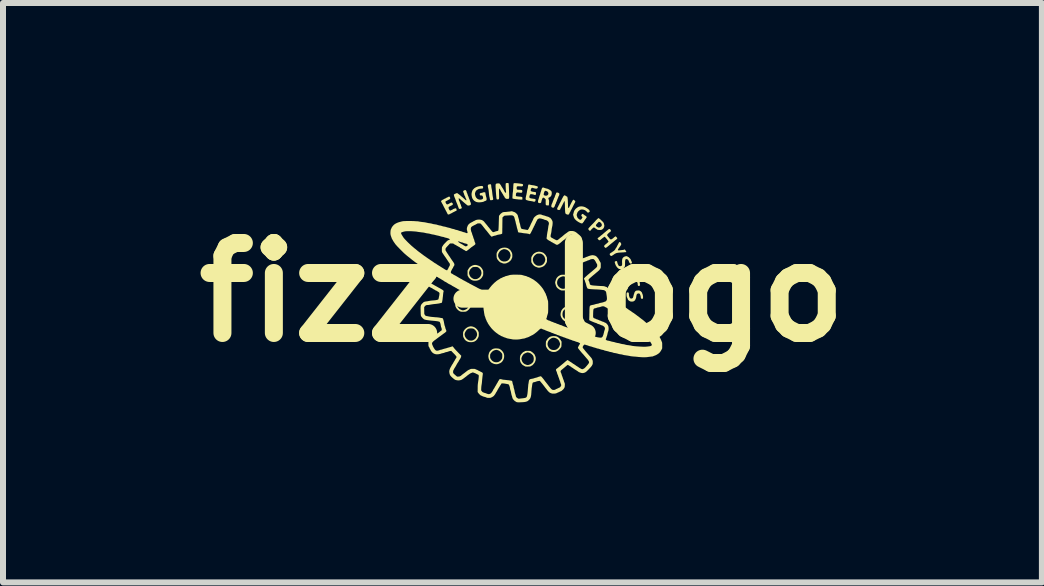
<source format=kicad_pcb>
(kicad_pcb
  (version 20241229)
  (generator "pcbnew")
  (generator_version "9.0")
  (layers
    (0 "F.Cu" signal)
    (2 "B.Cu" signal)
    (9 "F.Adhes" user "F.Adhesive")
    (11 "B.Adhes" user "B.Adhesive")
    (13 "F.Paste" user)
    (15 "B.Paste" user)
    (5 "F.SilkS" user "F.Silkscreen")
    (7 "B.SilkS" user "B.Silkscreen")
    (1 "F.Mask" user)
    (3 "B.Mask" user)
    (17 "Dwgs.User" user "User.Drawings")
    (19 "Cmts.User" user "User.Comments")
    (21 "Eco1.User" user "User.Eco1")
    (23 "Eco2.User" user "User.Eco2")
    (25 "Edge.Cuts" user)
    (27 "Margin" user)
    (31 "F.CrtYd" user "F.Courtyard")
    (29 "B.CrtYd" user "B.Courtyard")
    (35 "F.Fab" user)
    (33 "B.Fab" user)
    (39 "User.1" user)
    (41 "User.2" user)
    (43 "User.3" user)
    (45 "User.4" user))
  (footprint "fizz-logo"
    (layer "F.Cu")
    (at 5.657 1.821)
    (property "Reference" "fizz-logo" (at 0 0 0) (layer "F.SilkS") (effects (font (size 1.5 1.5) (thickness 0.3))))
    (attr board_only exclude_from_pos_files exclude_from_bom)
    (fp_poly (pts (xy -0.531 -1.8) (xy -0.525 -1.796) (xy -0.522 -1.787) (xy -0.52 -1.772) (xy -0.52 -1.768) (xy -0.518 -1.751) (xy -0.515 -1.734) (xy -0.512 -1.72) (xy -0.512 -1.72) (xy -0.51 -1.709) (xy -0.507 -1.692) (xy -0.505 -1.674) (xy -0.503 -1.657) (xy -0.501 -1.637) (xy -0.498 -1.616) (xy -0.495 -1.597) (xy -0.493 -1.585) (xy -0.489 -1.566) (xy -0.488 -1.553) (xy -0.489 -1.545) (xy -0.494 -1.54) (xy -0.499 -1.538) (xy -0.515 -1.535) (xy -0.525 -1.534) (xy -0.531 -1.534) (xy -0.535 -1.535) (xy -0.538 -1.537) (xy -0.54 -1.544) (xy -0.543 -1.554) (xy -0.545 -1.563) (xy -0.547 -1.576) (xy -0.55 -1.589) (xy -0.552 -1.595) (xy -0.553 -1.602) (xy -0.555 -1.615) (xy -0.557 -1.632) (xy -0.559 -1.651) (xy -0.56 -1.662) (xy -0.562 -1.681) (xy -0.564 -1.699) (xy -0.566 -1.714) (xy -0.568 -1.724) (xy -0.569 -1.727) (xy -0.574 -1.747) (xy -0.577 -1.764) (xy -0.577 -1.778) (xy -0.575 -1.784) (xy -0.572 -1.79) (xy -0.568 -1.794) (xy -0.559 -1.797) (xy -0.552 -1.798) (xy -0.539 -1.801)) (stroke (width 0) (type solid)) (fill yes) (layer "F.SilkS"))
    (fp_poly (pts (xy 1.866 -0.396) (xy 1.872 -0.387) (xy 1.876 -0.379) (xy 1.876 -0.376) (xy 1.873 -0.367) (xy 1.864 -0.358) (xy 1.851 -0.352) (xy 1.844 -0.35) (xy 1.834 -0.346) (xy 1.825 -0.342) (xy 1.824 -0.341) (xy 1.817 -0.337) (xy 1.807 -0.333) (xy 1.801 -0.331) (xy 1.788 -0.327) (xy 1.776 -0.321) (xy 1.772 -0.319) (xy 1.763 -0.315) (xy 1.755 -0.312) (xy 1.753 -0.312) (xy 1.746 -0.31) (xy 1.737 -0.306) (xy 1.736 -0.305) (xy 1.726 -0.3) (xy 1.713 -0.295) (xy 1.707 -0.293) (xy 1.695 -0.289) (xy 1.686 -0.285) (xy 1.683 -0.283) (xy 1.677 -0.28) (xy 1.667 -0.276) (xy 1.656 -0.272) (xy 1.648 -0.271) (xy 1.648 -0.271) (xy 1.645 -0.273) (xy 1.639 -0.279) (xy 1.637 -0.282) (xy 1.631 -0.291) (xy 1.627 -0.298) (xy 1.627 -0.299) (xy 1.627 -0.307) (xy 1.633 -0.315) (xy 1.642 -0.322) (xy 1.653 -0.326) (xy 1.665 -0.33) (xy 1.676 -0.335) (xy 1.678 -0.336) (xy 1.687 -0.34) (xy 1.7 -0.345) (xy 1.705 -0.346) (xy 1.717 -0.35) (xy 1.727 -0.355) (xy 1.73 -0.357) (xy 1.739 -0.362) (xy 1.746 -0.364) (xy 1.753 -0.365) (xy 1.763 -0.37) (xy 1.767 -0.372) (xy 1.778 -0.378) (xy 1.79 -0.382) (xy 1.793 -0.383) (xy 1.805 -0.386) (xy 1.816 -0.391) (xy 1.826 -0.397) (xy 1.838 -0.402) (xy 1.841 -0.403) (xy 1.855 -0.408)) (stroke (width 0) (type solid)) (fill yes) (layer "F.SilkS"))
    (fp_poly (pts (xy 0.59 -1.661) (xy 0.602 -1.656) (xy 0.61 -1.65) (xy 0.614 -1.645) (xy 0.615 -1.638) (xy 0.615 -1.633) (xy 0.613 -1.62) (xy 0.608 -1.609) (xy 0.607 -1.608) (xy 0.602 -1.599) (xy 0.597 -1.587) (xy 0.597 -1.584) (xy 0.592 -1.572) (xy 0.588 -1.561) (xy 0.586 -1.559) (xy 0.581 -1.547) (xy 0.578 -1.537) (xy 0.574 -1.526) (xy 0.569 -1.514) (xy 0.567 -1.509) (xy 0.562 -1.499) (xy 0.559 -1.491) (xy 0.559 -1.488) (xy 0.557 -1.482) (xy 0.553 -1.473) (xy 0.552 -1.472) (xy 0.547 -1.463) (xy 0.543 -1.45) (xy 0.54 -1.442) (xy 0.534 -1.427) (xy 0.525 -1.416) (xy 0.516 -1.409) (xy 0.511 -1.409) (xy 0.504 -1.41) (xy 0.495 -1.414) (xy 0.493 -1.415) (xy 0.486 -1.419) (xy 0.483 -1.423) (xy 0.481 -1.43) (xy 0.481 -1.439) (xy 0.484 -1.457) (xy 0.492 -1.478) (xy 0.493 -1.478) (xy 0.498 -1.49) (xy 0.502 -1.5) (xy 0.504 -1.505) (xy 0.504 -1.505) (xy 0.505 -1.511) (xy 0.509 -1.52) (xy 0.512 -1.528) (xy 0.517 -1.538) (xy 0.52 -1.546) (xy 0.521 -1.55) (xy 0.522 -1.555) (xy 0.526 -1.564) (xy 0.529 -1.569) (xy 0.535 -1.58) (xy 0.539 -1.592) (xy 0.54 -1.595) (xy 0.543 -1.607) (xy 0.548 -1.617) (xy 0.552 -1.627) (xy 0.557 -1.639) (xy 0.559 -1.645) (xy 0.562 -1.655) (xy 0.566 -1.66) (xy 0.571 -1.662) (xy 0.576 -1.663)) (stroke (width 0) (type solid)) (fill yes) (layer "F.SilkS"))
    (fp_poly (pts (xy 1.274 -1.234) (xy 1.284 -1.226) (xy 1.298 -1.215) (xy 1.314 -1.199) (xy 1.327 -1.187) (xy 1.339 -1.175) (xy 1.347 -1.166) (xy 1.352 -1.158) (xy 1.356 -1.15) (xy 1.359 -1.14) (xy 1.36 -1.134) (xy 1.363 -1.121) (xy 1.365 -1.112) (xy 1.364 -1.104) (xy 1.362 -1.094) (xy 1.361 -1.09) (xy 1.354 -1.072) (xy 1.344 -1.059) (xy 1.343 -1.058) (xy 1.332 -1.049) (xy 1.322 -1.043) (xy 1.311 -1.04) (xy 1.297 -1.038) (xy 1.288 -1.038) (xy 1.268 -1.039) (xy 1.252 -1.042) (xy 1.241 -1.047) (xy 1.237 -1.052) (xy 1.232 -1.056) (xy 1.229 -1.057) (xy 1.223 -1.059) (xy 1.216 -1.065) (xy 1.214 -1.067) (xy 1.205 -1.074) (xy 1.195 -1.079) (xy 1.194 -1.079) (xy 1.188 -1.079) (xy 1.183 -1.078) (xy 1.177 -1.074) (xy 1.169 -1.067) (xy 1.162 -1.059) (xy 1.151 -1.049) (xy 1.142 -1.039) (xy 1.136 -1.032) (xy 1.135 -1.03) (xy 1.13 -1.024) (xy 1.125 -1.023) (xy 1.118 -1.027) (xy 1.109 -1.035) (xy 1.102 -1.044) (xy 1.097 -1.053) (xy 1.097 -1.056) (xy 1.099 -1.061) (xy 1.105 -1.07) (xy 1.116 -1.083) (xy 1.132 -1.1) (xy 1.144 -1.112) (xy 1.224 -1.112) (xy 1.228 -1.103) (xy 1.237 -1.095) (xy 1.247 -1.088) (xy 1.261 -1.081) (xy 1.274 -1.078) (xy 1.286 -1.081) (xy 1.298 -1.087) (xy 1.313 -1.098) (xy 1.321 -1.11) (xy 1.323 -1.125) (xy 1.318 -1.141) (xy 1.31 -1.153) (xy 1.298 -1.165) (xy 1.286 -1.171) (xy 1.273 -1.175) (xy 1.248 -1.15) (xy 1.235 -1.135) (xy 1.226 -1.123) (xy 1.224 -1.112) (xy 1.144 -1.112) (xy 1.148 -1.117) (xy 1.164 -1.133) (xy 1.179 -1.148) (xy 1.192 -1.162) (xy 1.202 -1.173) (xy 1.209 -1.18) (xy 1.21 -1.181) (xy 1.221 -1.195) (xy 1.234 -1.208) (xy 1.246 -1.219) (xy 1.256 -1.229) (xy 1.264 -1.235) (xy 1.268 -1.236)) (stroke (width 0) (type solid)) (fill yes) (layer "F.SilkS"))
    (fp_poly (pts (xy -0.833 0.571) (xy -0.807 0.58) (xy -0.783 0.594) (xy -0.762 0.613) (xy -0.744 0.636) (xy -0.739 0.645) (xy -0.734 0.656) (xy -0.73 0.665) (xy -0.728 0.675) (xy -0.728 0.687) (xy -0.728 0.701) (xy -0.728 0.717) (xy -0.729 0.728) (xy -0.731 0.738) (xy -0.735 0.748) (xy -0.74 0.758) (xy -0.756 0.785) (xy -0.775 0.805) (xy -0.798 0.82) (xy -0.825 0.829) (xy -0.855 0.832) (xy -0.889 0.83) (xy -0.894 0.829) (xy -0.913 0.823) (xy -0.933 0.813) (xy -0.95 0.8) (xy -0.954 0.797) (xy -0.961 0.788) (xy -0.969 0.776) (xy -0.977 0.762) (xy -0.977 0.762) (xy -0.983 0.751) (xy -0.986 0.743) (xy -0.988 0.734) (xy -0.989 0.724) (xy -0.99 0.71) (xy -0.99 0.708) (xy -0.964 0.708) (xy -0.964 0.709) (xy -0.956 0.738) (xy -0.942 0.762) (xy -0.923 0.782) (xy -0.903 0.795) (xy -0.891 0.801) (xy -0.879 0.804) (xy -0.865 0.805) (xy -0.86 0.805) (xy -0.845 0.805) (xy -0.835 0.803) (xy -0.824 0.799) (xy -0.813 0.793) (xy -0.791 0.779) (xy -0.776 0.761) (xy -0.765 0.74) (xy -0.762 0.732) (xy -0.757 0.716) (xy -0.756 0.703) (xy -0.757 0.69) (xy -0.761 0.675) (xy -0.762 0.669) (xy -0.767 0.657) (xy -0.773 0.647) (xy -0.781 0.637) (xy -0.792 0.625) (xy -0.805 0.614) (xy -0.817 0.607) (xy -0.836 0.603) (xy -0.859 0.602) (xy -0.876 0.603) (xy -0.891 0.605) (xy -0.902 0.608) (xy -0.913 0.614) (xy -0.925 0.624) (xy -0.935 0.634) (xy -0.944 0.647) (xy -0.953 0.662) (xy -0.96 0.679) (xy -0.964 0.695) (xy -0.964 0.708) (xy -0.99 0.708) (xy -0.99 0.702) (xy -0.99 0.685) (xy -0.989 0.673) (xy -0.987 0.664) (xy -0.984 0.656) (xy -0.98 0.646) (xy -0.979 0.644) (xy -0.963 0.621) (xy -0.943 0.601) (xy -0.92 0.585) (xy -0.894 0.573) (xy -0.868 0.568) (xy -0.859 0.567)) (stroke (width 0) (type solid)) (fill yes) (layer "F.SilkS"))
    (fp_poly (pts (xy 1.629 -0.835) (xy 1.635 -0.828) (xy 1.635 -0.827) (xy 1.64 -0.818) (xy 1.644 -0.811) (xy 1.647 -0.807) (xy 1.647 -0.801) (xy 1.644 -0.793) (xy 1.643 -0.791) (xy 1.637 -0.779) (xy 1.629 -0.768) (xy 1.628 -0.766) (xy 1.621 -0.757) (xy 1.616 -0.75) (xy 1.616 -0.749) (xy 1.612 -0.744) (xy 1.605 -0.734) (xy 1.601 -0.728) (xy 1.593 -0.715) (xy 1.59 -0.707) (xy 1.592 -0.701) (xy 1.595 -0.699) (xy 1.602 -0.699) (xy 1.613 -0.699) (xy 1.628 -0.7) (xy 1.645 -0.702) (xy 1.661 -0.704) (xy 1.676 -0.706) (xy 1.688 -0.708) (xy 1.693 -0.71) (xy 1.705 -0.715) (xy 1.718 -0.697) (xy 1.726 -0.685) (xy 1.73 -0.677) (xy 1.73 -0.671) (xy 1.728 -0.669) (xy 1.724 -0.669) (xy 1.714 -0.668) (xy 1.699 -0.667) (xy 1.681 -0.665) (xy 1.66 -0.664) (xy 1.656 -0.664) (xy 1.626 -0.662) (xy 1.602 -0.66) (xy 1.582 -0.657) (xy 1.566 -0.653) (xy 1.552 -0.647) (xy 1.538 -0.64) (xy 1.524 -0.63) (xy 1.513 -0.622) (xy 1.502 -0.615) (xy 1.491 -0.609) (xy 1.491 -0.609) (xy 1.483 -0.605) (xy 1.478 -0.605) (xy 1.471 -0.608) (xy 1.47 -0.609) (xy 1.462 -0.616) (xy 1.456 -0.626) (xy 1.454 -0.633) (xy 1.454 -0.639) (xy 1.458 -0.644) (xy 1.463 -0.649) (xy 1.472 -0.657) (xy 1.482 -0.663) (xy 1.485 -0.664) (xy 1.493 -0.667) (xy 1.496 -0.67) (xy 1.497 -0.671) (xy 1.499 -0.674) (xy 1.506 -0.679) (xy 1.51 -0.681) (xy 1.521 -0.688) (xy 1.533 -0.699) (xy 1.543 -0.71) (xy 1.549 -0.721) (xy 1.55 -0.723) (xy 1.554 -0.732) (xy 1.559 -0.738) (xy 1.562 -0.742) (xy 1.565 -0.746) (xy 1.569 -0.753) (xy 1.574 -0.762) (xy 1.581 -0.777) (xy 1.584 -0.783) (xy 1.59 -0.794) (xy 1.596 -0.804) (xy 1.598 -0.809) (xy 1.603 -0.819) (xy 1.607 -0.827) (xy 1.611 -0.834) (xy 1.618 -0.836) (xy 1.621 -0.836)) (stroke (width 0) (type solid)) (fill yes) (layer "F.SilkS"))
    (fp_poly (pts (xy 0.767 0.231) (xy 0.783 0.232) (xy 0.795 0.234) (xy 0.807 0.238) (xy 0.821 0.244) (xy 0.833 0.251) (xy 0.847 0.26) (xy 0.859 0.269) (xy 0.869 0.278) (xy 0.875 0.285) (xy 0.876 0.288) (xy 0.878 0.292) (xy 0.883 0.299) (xy 0.884 0.301) (xy 0.891 0.313) (xy 0.895 0.33) (xy 0.898 0.35) (xy 0.898 0.371) (xy 0.896 0.392) (xy 0.892 0.411) (xy 0.886 0.426) (xy 0.884 0.429) (xy 0.879 0.438) (xy 0.876 0.444) (xy 0.876 0.445) (xy 0.873 0.45) (xy 0.866 0.458) (xy 0.855 0.467) (xy 0.842 0.475) (xy 0.829 0.483) (xy 0.817 0.489) (xy 0.811 0.491) (xy 0.801 0.493) (xy 0.786 0.494) (xy 0.768 0.494) (xy 0.751 0.494) (xy 0.736 0.493) (xy 0.725 0.492) (xy 0.712 0.486) (xy 0.696 0.477) (xy 0.681 0.465) (xy 0.668 0.452) (xy 0.668 0.452) (xy 0.66 0.44) (xy 0.651 0.426) (xy 0.644 0.412) (xy 0.639 0.398) (xy 0.636 0.387) (xy 0.635 0.375) (xy 0.635 0.367) (xy 0.667 0.367) (xy 0.669 0.388) (xy 0.672 0.401) (xy 0.675 0.41) (xy 0.681 0.419) (xy 0.69 0.43) (xy 0.691 0.43) (xy 0.712 0.45) (xy 0.734 0.463) (xy 0.756 0.469) (xy 0.779 0.469) (xy 0.803 0.462) (xy 0.807 0.46) (xy 0.828 0.448) (xy 0.844 0.434) (xy 0.857 0.417) (xy 0.862 0.406) (xy 0.871 0.384) (xy 0.873 0.362) (xy 0.869 0.341) (xy 0.861 0.323) (xy 0.848 0.302) (xy 0.831 0.284) (xy 0.812 0.272) (xy 0.797 0.267) (xy 0.767 0.264) (xy 0.742 0.267) (xy 0.719 0.275) (xy 0.699 0.29) (xy 0.683 0.306) (xy 0.674 0.323) (xy 0.669 0.344) (xy 0.667 0.367) (xy 0.635 0.367) (xy 0.635 0.361) (xy 0.64 0.331) (xy 0.649 0.305) (xy 0.665 0.282) (xy 0.676 0.27) (xy 0.687 0.26) (xy 0.697 0.253) (xy 0.705 0.248) (xy 0.706 0.248) (xy 0.715 0.245) (xy 0.726 0.239) (xy 0.728 0.238) (xy 0.735 0.234) (xy 0.744 0.232) (xy 0.757 0.231)) (stroke (width 0) (type solid)) (fill yes) (layer "F.SilkS"))
    (fp_poly (pts (xy 1.744 -0.6) (xy 1.747 -0.598) (xy 1.751 -0.595) (xy 1.759 -0.59) (xy 1.762 -0.589) (xy 1.77 -0.585) (xy 1.779 -0.576) (xy 1.789 -0.566) (xy 1.798 -0.556) (xy 1.804 -0.547) (xy 1.807 -0.541) (xy 1.808 -0.535) (xy 1.812 -0.527) (xy 1.816 -0.52) (xy 1.822 -0.504) (xy 1.824 -0.491) (xy 1.82 -0.483) (xy 1.811 -0.478) (xy 1.805 -0.478) (xy 1.794 -0.481) (xy 1.785 -0.49) (xy 1.777 -0.506) (xy 1.774 -0.514) (xy 1.767 -0.531) (xy 1.756 -0.544) (xy 1.744 -0.552) (xy 1.734 -0.553) (xy 1.726 -0.553) (xy 1.72 -0.549) (xy 1.715 -0.543) (xy 1.713 -0.533) (xy 1.711 -0.518) (xy 1.71 -0.497) (xy 1.71 -0.487) (xy 1.71 -0.469) (xy 1.709 -0.453) (xy 1.709 -0.44) (xy 1.707 -0.433) (xy 1.707 -0.432) (xy 1.703 -0.425) (xy 1.696 -0.416) (xy 1.687 -0.405) (xy 1.678 -0.396) (xy 1.672 -0.39) (xy 1.665 -0.388) (xy 1.655 -0.386) (xy 1.648 -0.386) (xy 1.634 -0.386) (xy 1.622 -0.387) (xy 1.614 -0.388) (xy 1.604 -0.392) (xy 1.593 -0.401) (xy 1.581 -0.412) (xy 1.571 -0.424) (xy 1.566 -0.431) (xy 1.562 -0.439) (xy 1.558 -0.443) (xy 1.558 -0.443) (xy 1.556 -0.447) (xy 1.552 -0.456) (xy 1.548 -0.468) (xy 1.545 -0.476) (xy 1.54 -0.492) (xy 1.538 -0.502) (xy 1.539 -0.509) (xy 1.544 -0.514) (xy 1.552 -0.517) (xy 1.558 -0.519) (xy 1.567 -0.52) (xy 1.573 -0.519) (xy 1.577 -0.513) (xy 1.58 -0.501) (xy 1.582 -0.493) (xy 1.586 -0.478) (xy 1.591 -0.465) (xy 1.595 -0.459) (xy 1.6 -0.45) (xy 1.603 -0.444) (xy 1.603 -0.443) (xy 1.607 -0.439) (xy 1.614 -0.437) (xy 1.625 -0.435) (xy 1.636 -0.435) (xy 1.643 -0.437) (xy 1.651 -0.441) (xy 1.657 -0.447) (xy 1.66 -0.456) (xy 1.661 -0.469) (xy 1.661 -0.487) (xy 1.66 -0.497) (xy 1.66 -0.524) (xy 1.662 -0.546) (xy 1.667 -0.564) (xy 1.676 -0.577) (xy 1.689 -0.588) (xy 1.7 -0.594) (xy 1.712 -0.598) (xy 1.724 -0.601) (xy 1.736 -0.602)) (stroke (width 0) (type solid)) (fill yes) (layer "F.SilkS"))
    (fp_poly (pts (xy -0.412 0.937) (xy -0.397 0.939) (xy -0.385 0.942) (xy -0.375 0.947) (xy -0.366 0.953) (xy -0.342 0.973) (xy -0.324 0.996) (xy -0.311 1.022) (xy -0.305 1.05) (xy -0.305 1.069) (xy -0.307 1.091) (xy -0.313 1.112) (xy -0.321 1.13) (xy -0.329 1.143) (xy -0.335 1.15) (xy -0.338 1.155) (xy -0.338 1.156) (xy -0.342 1.16) (xy -0.35 1.167) (xy -0.36 1.174) (xy -0.369 1.18) (xy -0.376 1.183) (xy -0.385 1.186) (xy -0.395 1.191) (xy -0.397 1.192) (xy -0.41 1.196) (xy -0.428 1.199) (xy -0.448 1.198) (xy -0.466 1.195) (xy -0.481 1.19) (xy -0.483 1.19) (xy -0.492 1.185) (xy -0.5 1.182) (xy -0.502 1.181) (xy -0.508 1.179) (xy -0.517 1.172) (xy -0.528 1.162) (xy -0.538 1.151) (xy -0.547 1.14) (xy -0.547 1.139) (xy -0.556 1.122) (xy -0.563 1.103) (xy -0.565 1.094) (xy -0.567 1.079) (xy -0.568 1.068) (xy -0.568 1.064) (xy -0.539 1.064) (xy -0.539 1.066) (xy -0.539 1.08) (xy -0.538 1.091) (xy -0.535 1.099) (xy -0.529 1.11) (xy -0.526 1.115) (xy -0.509 1.137) (xy -0.489 1.153) (xy -0.465 1.163) (xy -0.439 1.167) (xy -0.411 1.164) (xy -0.408 1.164) (xy -0.389 1.156) (xy -0.37 1.143) (xy -0.354 1.126) (xy -0.349 1.119) (xy -0.344 1.11) (xy -0.34 1.103) (xy -0.338 1.096) (xy -0.337 1.086) (xy -0.336 1.072) (xy -0.336 1.065) (xy -0.336 1.049) (xy -0.337 1.038) (xy -0.338 1.03) (xy -0.341 1.023) (xy -0.346 1.016) (xy -0.346 1.015) (xy -0.363 0.995) (xy -0.382 0.979) (xy -0.404 0.967) (xy -0.426 0.961) (xy -0.436 0.96) (xy -0.459 0.964) (xy -0.482 0.973) (xy -0.503 0.988) (xy -0.521 1.008) (xy -0.53 1.021) (xy -0.535 1.03) (xy -0.538 1.039) (xy -0.539 1.049) (xy -0.539 1.064) (xy -0.568 1.064) (xy -0.568 1.058) (xy -0.566 1.045) (xy -0.564 1.037) (xy -0.558 1.014) (xy -0.55 0.995) (xy -0.537 0.978) (xy -0.52 0.962) (xy -0.502 0.949) (xy -0.484 0.941) (xy -0.461 0.936) (xy -0.434 0.935)) (stroke (width 0) (type solid)) (fill yes) (layer "F.SilkS"))
    (fp_poly (pts (xy -0.268 -0.742) (xy -0.241 -0.733) (xy -0.218 -0.717) (xy -0.197 -0.696) (xy -0.181 -0.669) (xy -0.181 -0.669) (xy -0.175 -0.656) (xy -0.172 -0.646) (xy -0.17 -0.636) (xy -0.169 -0.623) (xy -0.169 -0.612) (xy -0.169 -0.596) (xy -0.17 -0.585) (xy -0.173 -0.575) (xy -0.176 -0.567) (xy -0.178 -0.565) (xy -0.182 -0.555) (xy -0.186 -0.547) (xy -0.186 -0.545) (xy -0.189 -0.54) (xy -0.196 -0.532) (xy -0.205 -0.522) (xy -0.216 -0.513) (xy -0.228 -0.504) (xy -0.237 -0.497) (xy -0.243 -0.495) (xy -0.254 -0.491) (xy -0.263 -0.486) (xy -0.265 -0.485) (xy -0.273 -0.482) (xy -0.286 -0.48) (xy -0.301 -0.479) (xy -0.315 -0.479) (xy -0.322 -0.481) (xy -0.333 -0.484) (xy -0.343 -0.489) (xy -0.353 -0.493) (xy -0.362 -0.496) (xy -0.37 -0.5) (xy -0.381 -0.508) (xy -0.393 -0.52) (xy -0.404 -0.532) (xy -0.415 -0.545) (xy -0.419 -0.552) (xy -0.423 -0.56) (xy -0.426 -0.567) (xy -0.428 -0.575) (xy -0.43 -0.586) (xy -0.43 -0.601) (xy -0.431 -0.61) (xy -0.431 -0.614) (xy -0.406 -0.614) (xy -0.404 -0.596) (xy -0.398 -0.58) (xy -0.384 -0.555) (xy -0.367 -0.535) (xy -0.346 -0.522) (xy -0.322 -0.514) (xy -0.295 -0.513) (xy -0.273 -0.516) (xy -0.252 -0.524) (xy -0.233 -0.537) (xy -0.218 -0.556) (xy -0.206 -0.579) (xy -0.203 -0.589) (xy -0.2 -0.602) (xy -0.198 -0.611) (xy -0.198 -0.62) (xy -0.2 -0.63) (xy -0.202 -0.636) (xy -0.206 -0.65) (xy -0.21 -0.662) (xy -0.214 -0.669) (xy -0.229 -0.687) (xy -0.248 -0.702) (xy -0.271 -0.713) (xy -0.294 -0.718) (xy -0.295 -0.718) (xy -0.307 -0.719) (xy -0.317 -0.718) (xy -0.327 -0.714) (xy -0.341 -0.709) (xy -0.361 -0.697) (xy -0.377 -0.683) (xy -0.39 -0.663) (xy -0.398 -0.649) (xy -0.404 -0.63) (xy -0.406 -0.614) (xy -0.431 -0.614) (xy -0.431 -0.627) (xy -0.431 -0.639) (xy -0.43 -0.648) (xy -0.428 -0.656) (xy -0.425 -0.664) (xy -0.421 -0.672) (xy -0.405 -0.698) (xy -0.386 -0.717) (xy -0.364 -0.731) (xy -0.337 -0.74) (xy -0.33 -0.742) (xy -0.297 -0.745)) (stroke (width 0) (type solid)) (fill yes) (layer "F.SilkS"))
    (fp_poly (pts (xy 0.542 0.731) (xy 0.558 0.733) (xy 0.57 0.736) (xy 0.581 0.741) (xy 0.587 0.745) (xy 0.608 0.76) (xy 0.624 0.777) (xy 0.638 0.798) (xy 0.64 0.801) (xy 0.652 0.823) (xy 0.651 0.865) (xy 0.65 0.883) (xy 0.65 0.896) (xy 0.648 0.905) (xy 0.646 0.912) (xy 0.643 0.918) (xy 0.641 0.92) (xy 0.621 0.947) (xy 0.598 0.968) (xy 0.574 0.983) (xy 0.56 0.989) (xy 0.549 0.993) (xy 0.537 0.994) (xy 0.522 0.995) (xy 0.506 0.994) (xy 0.493 0.992) (xy 0.482 0.989) (xy 0.478 0.986) (xy 0.467 0.982) (xy 0.459 0.978) (xy 0.456 0.978) (xy 0.451 0.975) (xy 0.442 0.969) (xy 0.433 0.96) (xy 0.422 0.949) (xy 0.414 0.939) (xy 0.408 0.931) (xy 0.407 0.929) (xy 0.399 0.915) (xy 0.394 0.904) (xy 0.391 0.894) (xy 0.39 0.883) (xy 0.39 0.869) (xy 0.39 0.862) (xy 0.418 0.862) (xy 0.42 0.879) (xy 0.424 0.893) (xy 0.435 0.916) (xy 0.45 0.935) (xy 0.469 0.95) (xy 0.49 0.959) (xy 0.491 0.959) (xy 0.511 0.962) (xy 0.534 0.962) (xy 0.556 0.958) (xy 0.559 0.957) (xy 0.567 0.953) (xy 0.578 0.945) (xy 0.59 0.936) (xy 0.591 0.935) (xy 0.602 0.923) (xy 0.611 0.911) (xy 0.617 0.897) (xy 0.619 0.892) (xy 0.624 0.877) (xy 0.627 0.866) (xy 0.627 0.857) (xy 0.624 0.846) (xy 0.619 0.832) (xy 0.619 0.831) (xy 0.609 0.809) (xy 0.596 0.791) (xy 0.58 0.778) (xy 0.564 0.769) (xy 0.541 0.76) (xy 0.521 0.757) (xy 0.5 0.759) (xy 0.481 0.767) (xy 0.458 0.782) (xy 0.44 0.8) (xy 0.427 0.822) (xy 0.426 0.826) (xy 0.42 0.845) (xy 0.418 0.862) (xy 0.39 0.862) (xy 0.39 0.855) (xy 0.391 0.836) (xy 0.392 0.823) (xy 0.394 0.815) (xy 0.397 0.81) (xy 0.397 0.81) (xy 0.402 0.803) (xy 0.408 0.793) (xy 0.41 0.789) (xy 0.42 0.775) (xy 0.436 0.759) (xy 0.455 0.745) (xy 0.457 0.744) (xy 0.473 0.737) (xy 0.494 0.732) (xy 0.518 0.73)) (stroke (width 0) (type solid)) (fill yes) (layer "F.SilkS"))
    (fp_poly (pts (xy -0.11 -1.818) (xy -0.092 -1.817) (xy -0.073 -1.815) (xy -0.053 -1.813) (xy -0.034 -1.81) (xy -0.018 -1.808) (xy -0.006 -1.805) (xy 0.001 -1.803) (xy 0.008 -1.798) (xy 0.01 -1.792) (xy 0.01 -1.785) (xy 0.008 -1.777) (xy 0.004 -1.771) (xy -0.002 -1.767) (xy -0.013 -1.765) (xy -0.029 -1.765) (xy -0.049 -1.766) (xy -0.068 -1.767) (xy -0.081 -1.766) (xy -0.089 -1.764) (xy -0.094 -1.759) (xy -0.096 -1.752) (xy -0.097 -1.74) (xy -0.097 -1.735) (xy -0.096 -1.723) (xy -0.093 -1.715) (xy -0.087 -1.711) (xy -0.076 -1.709) (xy -0.061 -1.708) (xy -0.046 -1.708) (xy -0.031 -1.707) (xy -0.023 -1.706) (xy -0.012 -1.704) (xy -0.007 -1.701) (xy -0.004 -1.696) (xy -0.003 -1.694) (xy -0.002 -1.681) (xy -0.004 -1.669) (xy -0.01 -1.661) (xy -0.012 -1.66) (xy -0.02 -1.659) (xy -0.035 -1.659) (xy -0.051 -1.661) (xy -0.067 -1.663) (xy -0.078 -1.664) (xy -0.085 -1.664) (xy -0.091 -1.662) (xy -0.093 -1.661) (xy -0.099 -1.658) (xy -0.103 -1.653) (xy -0.106 -1.647) (xy -0.108 -1.636) (xy -0.109 -1.627) (xy -0.11 -1.614) (xy -0.109 -1.606) (xy -0.106 -1.603) (xy -0.101 -1.601) (xy -0.091 -1.599) (xy -0.076 -1.597) (xy -0.059 -1.595) (xy -0.055 -1.595) (xy -0.034 -1.593) (xy -0.019 -1.591) (xy -0.01 -1.588) (xy -0.004 -1.584) (xy -0.001 -1.578) (xy -0.000402 -1.57) (xy -0.001 -1.562) (xy -0.002 -1.545) (xy -0.022 -1.544) (xy -0.033 -1.545) (xy -0.048 -1.546) (xy -0.068 -1.547) (xy -0.089 -1.55) (xy -0.103 -1.551) (xy -0.126 -1.554) (xy -0.142 -1.557) (xy -0.154 -1.559) (xy -0.161 -1.561) (xy -0.165 -1.563) (xy -0.166 -1.564) (xy -0.167 -1.57) (xy -0.167 -1.581) (xy -0.166 -1.596) (xy -0.165 -1.615) (xy -0.164 -1.635) (xy -0.162 -1.655) (xy -0.159 -1.674) (xy -0.158 -1.681) (xy -0.157 -1.693) (xy -0.156 -1.709) (xy -0.154 -1.729) (xy -0.153 -1.75) (xy -0.153 -1.757) (xy -0.152 -1.776) (xy -0.151 -1.792) (xy -0.149 -1.805) (xy -0.148 -1.813) (xy -0.147 -1.815) (xy -0.142 -1.817) (xy -0.131 -1.819) (xy -0.124 -1.819)) (stroke (width 0) (type solid)) (fill yes) (layer "F.SilkS"))
    (fp_poly (pts (xy 0.7 -0.292) (xy 0.712 -0.292) (xy 0.72 -0.29) (xy 0.726 -0.288) (xy 0.73 -0.285) (xy 0.74 -0.28) (xy 0.748 -0.276) (xy 0.755 -0.272) (xy 0.764 -0.264) (xy 0.775 -0.255) (xy 0.785 -0.244) (xy 0.793 -0.235) (xy 0.795 -0.232) (xy 0.799 -0.222) (xy 0.804 -0.208) (xy 0.808 -0.192) (xy 0.811 -0.176) (xy 0.813 -0.162) (xy 0.813 -0.154) (xy 0.806 -0.123) (xy 0.795 -0.096) (xy 0.78 -0.075) (xy 0.77 -0.064) (xy 0.761 -0.055) (xy 0.753 -0.05) (xy 0.753 -0.05) (xy 0.742 -0.044) (xy 0.732 -0.038) (xy 0.726 -0.035) (xy 0.717 -0.032) (xy 0.705 -0.031) (xy 0.688 -0.03) (xy 0.686 -0.03) (xy 0.671 -0.03) (xy 0.657 -0.03) (xy 0.648 -0.031) (xy 0.645 -0.031) (xy 0.615 -0.046) (xy 0.589 -0.065) (xy 0.582 -0.071) (xy 0.573 -0.082) (xy 0.566 -0.092) (xy 0.561 -0.102) (xy 0.556 -0.117) (xy 0.554 -0.122) (xy 0.55 -0.137) (xy 0.547 -0.149) (xy 0.545 -0.158) (xy 0.545 -0.16) (xy 0.577 -0.16) (xy 0.578 -0.145) (xy 0.584 -0.123) (xy 0.596 -0.103) (xy 0.612 -0.085) (xy 0.632 -0.071) (xy 0.644 -0.065) (xy 0.664 -0.059) (xy 0.682 -0.058) (xy 0.701 -0.061) (xy 0.711 -0.064) (xy 0.736 -0.076) (xy 0.757 -0.093) (xy 0.767 -0.106) (xy 0.777 -0.127) (xy 0.782 -0.151) (xy 0.782 -0.175) (xy 0.776 -0.198) (xy 0.769 -0.213) (xy 0.756 -0.23) (xy 0.743 -0.243) (xy 0.727 -0.252) (xy 0.712 -0.258) (xy 0.697 -0.264) (xy 0.686 -0.266) (xy 0.677 -0.266) (xy 0.665 -0.264) (xy 0.651 -0.259) (xy 0.649 -0.259) (xy 0.624 -0.247) (xy 0.604 -0.231) (xy 0.589 -0.21) (xy 0.58 -0.187) (xy 0.577 -0.16) (xy 0.545 -0.16) (xy 0.545 -0.16) (xy 0.546 -0.169) (xy 0.549 -0.183) (xy 0.554 -0.198) (xy 0.559 -0.214) (xy 0.565 -0.227) (xy 0.569 -0.236) (xy 0.57 -0.237) (xy 0.584 -0.254) (xy 0.598 -0.267) (xy 0.614 -0.277) (xy 0.621 -0.281) (xy 0.631 -0.286) (xy 0.639 -0.289) (xy 0.647 -0.291) (xy 0.658 -0.292) (xy 0.672 -0.292) (xy 0.682 -0.292)) (stroke (width 0) (type solid)) (fill yes) (layer "F.SilkS"))
    (fp_poly (pts (xy 1.842 -0.269) (xy 1.853 -0.268) (xy 1.861 -0.265) (xy 1.868 -0.262) (xy 1.869 -0.261) (xy 1.878 -0.256) (xy 1.886 -0.254) (xy 1.887 -0.253) (xy 1.892 -0.251) (xy 1.901 -0.245) (xy 1.91 -0.236) (xy 1.92 -0.226) (xy 1.929 -0.216) (xy 1.935 -0.208) (xy 1.936 -0.205) (xy 1.94 -0.196) (xy 1.946 -0.189) (xy 1.95 -0.182) (xy 1.953 -0.171) (xy 1.955 -0.155) (xy 1.955 -0.154) (xy 1.957 -0.141) (xy 1.958 -0.129) (xy 1.96 -0.123) (xy 1.96 -0.122) (xy 1.959 -0.116) (xy 1.954 -0.11) (xy 1.945 -0.106) (xy 1.937 -0.105) (xy 1.929 -0.107) (xy 1.924 -0.114) (xy 1.921 -0.125) (xy 1.921 -0.137) (xy 1.92 -0.148) (xy 1.917 -0.158) (xy 1.912 -0.168) (xy 1.908 -0.174) (xy 1.898 -0.186) (xy 1.885 -0.199) (xy 1.878 -0.205) (xy 1.868 -0.211) (xy 1.86 -0.215) (xy 1.852 -0.217) (xy 1.84 -0.217) (xy 1.834 -0.217) (xy 1.819 -0.217) (xy 1.807 -0.215) (xy 1.795 -0.211) (xy 1.788 -0.207) (xy 1.775 -0.2) (xy 1.762 -0.191) (xy 1.752 -0.182) (xy 1.746 -0.174) (xy 1.745 -0.17) (xy 1.743 -0.165) (xy 1.739 -0.159) (xy 1.735 -0.152) (xy 1.733 -0.139) (xy 1.732 -0.125) (xy 1.733 -0.111) (xy 1.735 -0.099) (xy 1.739 -0.092) (xy 1.744 -0.085) (xy 1.749 -0.075) (xy 1.75 -0.071) (xy 1.755 -0.057) (xy 1.744 -0.049) (xy 1.734 -0.042) (xy 1.728 -0.038) (xy 1.724 -0.038) (xy 1.721 -0.04) (xy 1.718 -0.046) (xy 1.717 -0.048) (xy 1.715 -0.054) (xy 1.711 -0.062) (xy 1.709 -0.065) (xy 1.702 -0.079) (xy 1.697 -0.098) (xy 1.694 -0.12) (xy 1.693 -0.142) (xy 1.693 -0.156) (xy 1.695 -0.172) (xy 1.697 -0.186) (xy 1.7 -0.198) (xy 1.702 -0.203) (xy 1.708 -0.211) (xy 1.715 -0.219) (xy 1.722 -0.227) (xy 1.727 -0.232) (xy 1.729 -0.233) (xy 1.733 -0.235) (xy 1.739 -0.241) (xy 1.74 -0.241) (xy 1.748 -0.247) (xy 1.759 -0.253) (xy 1.762 -0.253) (xy 1.774 -0.257) (xy 1.784 -0.262) (xy 1.786 -0.263) (xy 1.793 -0.266) (xy 1.803 -0.268) (xy 1.818 -0.269) (xy 1.826 -0.269)) (stroke (width 0) (type solid)) (fill yes) (layer "F.SilkS"))
    (fp_poly (pts (xy 1.953 -0.028) (xy 1.969 -0.019) (xy 1.976 -0.012) (xy 1.984 -0.005) (xy 1.989 0.001) (xy 1.99 0.003) (xy 1.991 0.007) (xy 1.994 0.015) (xy 1.998 0.024) (xy 2.005 0.043) (xy 2.009 0.064) (xy 2.01 0.085) (xy 2.009 0.096) (xy 2.007 0.104) (xy 2.003 0.108) (xy 1.996 0.109) (xy 1.993 0.109) (xy 1.982 0.107) (xy 1.976 0.102) (xy 1.973 0.091) (xy 1.972 0.082) (xy 1.971 0.07) (xy 1.968 0.057) (xy 1.963 0.043) (xy 1.958 0.031) (xy 1.953 0.024) (xy 1.952 0.023) (xy 1.943 0.02) (xy 1.932 0.019) (xy 1.921 0.022) (xy 1.915 0.025) (xy 1.908 0.032) (xy 1.903 0.041) (xy 1.9 0.053) (xy 1.897 0.07) (xy 1.897 0.071) (xy 1.895 0.086) (xy 1.891 0.1) (xy 1.887 0.11) (xy 1.882 0.119) (xy 1.88 0.126) (xy 1.879 0.128) (xy 1.877 0.132) (xy 1.87 0.138) (xy 1.866 0.142) (xy 1.856 0.149) (xy 1.845 0.153) (xy 1.832 0.155) (xy 1.817 0.155) (xy 1.802 0.154) (xy 1.798 0.152) (xy 1.784 0.146) (xy 1.771 0.137) (xy 1.76 0.125) (xy 1.754 0.113) (xy 1.753 0.111) (xy 1.75 0.1) (xy 1.744 0.089) (xy 1.744 0.089) (xy 1.74 0.079) (xy 1.737 0.066) (xy 1.735 0.048) (xy 1.735 0.047) (xy 1.735 0.028) (xy 1.736 0.015) (xy 1.739 0.007) (xy 1.745 0.003) (xy 1.753 0.002) (xy 1.753 0.002) (xy 1.763 0.003) (xy 1.769 0.008) (xy 1.773 0.017) (xy 1.774 0.032) (xy 1.774 0.036) (xy 1.776 0.059) (xy 1.783 0.079) (xy 1.788 0.091) (xy 1.792 0.097) (xy 1.798 0.101) (xy 1.805 0.103) (xy 1.815 0.105) (xy 1.825 0.103) (xy 1.831 0.1) (xy 1.837 0.096) (xy 1.841 0.091) (xy 1.844 0.084) (xy 1.847 0.073) (xy 1.849 0.067) (xy 1.852 0.053) (xy 1.855 0.041) (xy 1.858 0.033) (xy 1.858 0.033) (xy 1.861 0.024) (xy 1.865 0.012) (xy 1.865 0.01) (xy 1.87 -0.002) (xy 1.878 -0.013) (xy 1.879 -0.015) (xy 1.886 -0.022) (xy 1.894 -0.026) (xy 1.906 -0.029) (xy 1.91 -0.029) (xy 1.933 -0.031)) (stroke (width 0) (type solid)) (fill yes) (layer "F.SilkS"))
    (fp_poly (pts (xy -0.972 0.063) (xy -0.961 0.064) (xy -0.951 0.067) (xy -0.941 0.071) (xy -0.933 0.075) (xy -0.908 0.091) (xy -0.887 0.111) (xy -0.869 0.137) (xy -0.869 0.138) (xy -0.863 0.148) (xy -0.86 0.156) (xy -0.858 0.164) (xy -0.857 0.174) (xy -0.857 0.189) (xy -0.857 0.195) (xy -0.858 0.216) (xy -0.859 0.23) (xy -0.862 0.239) (xy -0.862 0.24) (xy -0.867 0.249) (xy -0.873 0.26) (xy -0.875 0.264) (xy -0.89 0.284) (xy -0.91 0.302) (xy -0.926 0.314) (xy -0.934 0.318) (xy -0.941 0.321) (xy -0.949 0.323) (xy -0.96 0.324) (xy -0.976 0.324) (xy -0.981 0.325) (xy -0.997 0.325) (xy -1.012 0.324) (xy -1.023 0.324) (xy -1.028 0.323) (xy -1.047 0.315) (xy -1.067 0.302) (xy -1.085 0.285) (xy -1.101 0.266) (xy -1.106 0.258) (xy -1.111 0.247) (xy -1.115 0.239) (xy -1.117 0.232) (xy -1.119 0.223) (xy -1.119 0.21) (xy -1.119 0.195) (xy -1.093 0.195) (xy -1.09 0.211) (xy -1.084 0.229) (xy -1.079 0.241) (xy -1.071 0.254) (xy -1.061 0.266) (xy -1.052 0.276) (xy -1.044 0.283) (xy -1.04 0.285) (xy -1.035 0.286) (xy -1.027 0.29) (xy -1.026 0.29) (xy -1.01 0.298) (xy -0.996 0.301) (xy -0.981 0.3) (xy -0.964 0.295) (xy -0.954 0.291) (xy -0.93 0.279) (xy -0.913 0.264) (xy -0.899 0.245) (xy -0.892 0.228) (xy -0.886 0.212) (xy -0.884 0.2) (xy -0.884 0.189) (xy -0.887 0.177) (xy -0.891 0.165) (xy -0.901 0.142) (xy -0.917 0.123) (xy -0.936 0.107) (xy -0.957 0.098) (xy -0.958 0.097) (xy -0.974 0.093) (xy -0.987 0.092) (xy -0.999 0.093) (xy -1.014 0.096) (xy -1.017 0.097) (xy -1.039 0.107) (xy -1.059 0.122) (xy -1.075 0.141) (xy -1.084 0.16) (xy -1.091 0.179) (xy -1.093 0.195) (xy -1.119 0.195) (xy -1.119 0.195) (xy -1.119 0.178) (xy -1.118 0.165) (xy -1.117 0.157) (xy -1.115 0.149) (xy -1.111 0.142) (xy -1.108 0.136) (xy -1.089 0.11) (xy -1.066 0.088) (xy -1.041 0.074) (xy -1.03 0.068) (xy -1.02 0.065) (xy -1.009 0.063) (xy -0.996 0.063) (xy -0.988 0.063)) (stroke (width 0) (type solid)) (fill yes) (layer "F.SilkS"))
    (fp_poly (pts (xy -0.773 -0.455) (xy -0.753 -0.45) (xy -0.741 -0.446) (xy -0.724 -0.44) (xy -0.712 -0.433) (xy -0.701 -0.426) (xy -0.693 -0.418) (xy -0.682 -0.405) (xy -0.671 -0.39) (xy -0.665 -0.378) (xy -0.659 -0.367) (xy -0.656 -0.358) (xy -0.654 -0.348) (xy -0.654 -0.336) (xy -0.654 -0.321) (xy -0.654 -0.304) (xy -0.655 -0.293) (xy -0.656 -0.284) (xy -0.66 -0.276) (xy -0.664 -0.267) (xy -0.677 -0.245) (xy -0.69 -0.23) (xy -0.704 -0.217) (xy -0.712 -0.212) (xy -0.734 -0.201) (xy -0.76 -0.194) (xy -0.788 -0.192) (xy -0.814 -0.194) (xy -0.834 -0.199) (xy -0.852 -0.207) (xy -0.857 -0.21) (xy -0.866 -0.217) (xy -0.876 -0.226) (xy -0.886 -0.235) (xy -0.893 -0.242) (xy -0.896 -0.247) (xy -0.897 -0.248) (xy -0.898 -0.253) (xy -0.903 -0.261) (xy -0.906 -0.265) (xy -0.91 -0.271) (xy -0.913 -0.277) (xy -0.914 -0.284) (xy -0.915 -0.293) (xy -0.915 -0.307) (xy -0.915 -0.32) (xy -0.915 -0.336) (xy -0.889 -0.336) (xy -0.889 -0.314) (xy -0.883 -0.29) (xy -0.881 -0.286) (xy -0.87 -0.264) (xy -0.855 -0.247) (xy -0.834 -0.233) (xy -0.829 -0.23) (xy -0.816 -0.223) (xy -0.804 -0.22) (xy -0.79 -0.219) (xy -0.785 -0.219) (xy -0.77 -0.22) (xy -0.759 -0.222) (xy -0.747 -0.227) (xy -0.741 -0.23) (xy -0.718 -0.246) (xy -0.701 -0.265) (xy -0.69 -0.288) (xy -0.688 -0.295) (xy -0.684 -0.31) (xy -0.683 -0.322) (xy -0.684 -0.333) (xy -0.687 -0.347) (xy -0.689 -0.356) (xy -0.694 -0.369) (xy -0.7 -0.379) (xy -0.709 -0.39) (xy -0.716 -0.397) (xy -0.729 -0.408) (xy -0.74 -0.416) (xy -0.752 -0.42) (xy -0.767 -0.422) (xy -0.786 -0.422) (xy -0.793 -0.422) (xy -0.809 -0.421) (xy -0.82 -0.42) (xy -0.828 -0.418) (xy -0.834 -0.414) (xy -0.838 -0.412) (xy -0.847 -0.404) (xy -0.857 -0.395) (xy -0.866 -0.385) (xy -0.873 -0.377) (xy -0.876 -0.373) (xy -0.876 -0.372) (xy -0.877 -0.367) (xy -0.881 -0.359) (xy -0.883 -0.355) (xy -0.889 -0.336) (xy -0.915 -0.336) (xy -0.915 -0.362) (xy -0.902 -0.385) (xy -0.885 -0.411) (xy -0.863 -0.43) (xy -0.837 -0.445) (xy -0.828 -0.448) (xy -0.808 -0.454) (xy -0.79 -0.456)) (stroke (width 0) (type solid)) (fill yes) (layer "F.SilkS"))
    (fp_poly (pts (xy 0.287 -0.676) (xy 0.305 -0.673) (xy 0.319 -0.669) (xy 0.334 -0.664) (xy 0.346 -0.659) (xy 0.355 -0.652) (xy 0.367 -0.642) (xy 0.368 -0.64) (xy 0.378 -0.63) (xy 0.386 -0.62) (xy 0.391 -0.613) (xy 0.391 -0.612) (xy 0.395 -0.603) (xy 0.401 -0.594) (xy 0.401 -0.593) (xy 0.405 -0.588) (xy 0.407 -0.581) (xy 0.408 -0.573) (xy 0.409 -0.56) (xy 0.409 -0.545) (xy 0.409 -0.528) (xy 0.408 -0.516) (xy 0.407 -0.507) (xy 0.404 -0.499) (xy 0.4 -0.491) (xy 0.398 -0.487) (xy 0.383 -0.464) (xy 0.367 -0.445) (xy 0.349 -0.432) (xy 0.328 -0.422) (xy 0.309 -0.416) (xy 0.293 -0.412) (xy 0.281 -0.41) (xy 0.271 -0.41) (xy 0.261 -0.411) (xy 0.247 -0.415) (xy 0.241 -0.417) (xy 0.215 -0.427) (xy 0.193 -0.441) (xy 0.175 -0.459) (xy 0.159 -0.482) (xy 0.159 -0.483) (xy 0.153 -0.492) (xy 0.15 -0.499) (xy 0.148 -0.507) (xy 0.147 -0.517) (xy 0.147 -0.53) (xy 0.147 -0.541) (xy 0.173 -0.541) (xy 0.176 -0.521) (xy 0.179 -0.514) (xy 0.184 -0.504) (xy 0.186 -0.497) (xy 0.186 -0.495) (xy 0.189 -0.489) (xy 0.196 -0.481) (xy 0.206 -0.471) (xy 0.217 -0.461) (xy 0.228 -0.453) (xy 0.245 -0.445) (xy 0.265 -0.442) (xy 0.287 -0.442) (xy 0.309 -0.446) (xy 0.326 -0.454) (xy 0.347 -0.469) (xy 0.363 -0.489) (xy 0.374 -0.513) (xy 0.376 -0.52) (xy 0.379 -0.533) (xy 0.381 -0.542) (xy 0.38 -0.55) (xy 0.378 -0.56) (xy 0.375 -0.571) (xy 0.368 -0.592) (xy 0.357 -0.608) (xy 0.343 -0.623) (xy 0.327 -0.634) (xy 0.317 -0.639) (xy 0.31 -0.642) (xy 0.301 -0.644) (xy 0.289 -0.645) (xy 0.278 -0.645) (xy 0.262 -0.645) (xy 0.251 -0.644) (xy 0.243 -0.641) (xy 0.234 -0.638) (xy 0.229 -0.635) (xy 0.21 -0.62) (xy 0.194 -0.603) (xy 0.182 -0.583) (xy 0.175 -0.562) (xy 0.173 -0.541) (xy 0.147 -0.541) (xy 0.147 -0.543) (xy 0.147 -0.56) (xy 0.147 -0.572) (xy 0.149 -0.581) (xy 0.151 -0.589) (xy 0.155 -0.597) (xy 0.16 -0.606) (xy 0.177 -0.631) (xy 0.198 -0.65) (xy 0.223 -0.664) (xy 0.237 -0.669) (xy 0.256 -0.674) (xy 0.272 -0.677)) (stroke (width 0) (type solid)) (fill yes) (layer "F.SilkS"))
    (fp_poly (pts (xy -0.667 -1.77) (xy -0.66 -1.765) (xy -0.656 -1.758) (xy -0.655 -1.748) (xy -0.656 -1.74) (xy -0.658 -1.734) (xy -0.664 -1.73) (xy -0.674 -1.728) (xy -0.69 -1.727) (xy -0.692 -1.727) (xy -0.709 -1.725) (xy -0.722 -1.723) (xy -0.733 -1.719) (xy -0.741 -1.715) (xy -0.759 -1.704) (xy -0.771 -1.694) (xy -0.779 -1.682) (xy -0.786 -1.666) (xy -0.786 -1.664) (xy -0.79 -1.652) (xy -0.791 -1.644) (xy -0.791 -1.636) (xy -0.789 -1.625) (xy -0.787 -1.615) (xy -0.78 -1.593) (xy -0.77 -1.576) (xy -0.755 -1.561) (xy -0.747 -1.555) (xy -0.732 -1.548) (xy -0.716 -1.544) (xy -0.699 -1.543) (xy -0.683 -1.546) (xy -0.669 -1.551) (xy -0.66 -1.56) (xy -0.657 -1.565) (xy -0.656 -1.578) (xy -0.659 -1.592) (xy -0.666 -1.605) (xy -0.667 -1.607) (xy -0.674 -1.612) (xy -0.681 -1.614) (xy -0.689 -1.613) (xy -0.699 -1.613) (xy -0.705 -1.616) (xy -0.709 -1.623) (xy -0.712 -1.633) (xy -0.712 -1.643) (xy -0.706 -1.649) (xy -0.695 -1.654) (xy -0.687 -1.655) (xy -0.675 -1.658) (xy -0.664 -1.661) (xy -0.661 -1.662) (xy -0.652 -1.666) (xy -0.641 -1.667) (xy -0.63 -1.667) (xy -0.622 -1.665) (xy -0.62 -1.663) (xy -0.618 -1.657) (xy -0.617 -1.647) (xy -0.615 -1.638) (xy -0.613 -1.624) (xy -0.609 -1.607) (xy -0.605 -1.592) (xy -0.599 -1.572) (xy -0.597 -1.554) (xy -0.598 -1.541) (xy -0.601 -1.532) (xy -0.602 -1.532) (xy -0.608 -1.527) (xy -0.618 -1.523) (xy -0.62 -1.522) (xy -0.632 -1.518) (xy -0.643 -1.512) (xy -0.643 -1.512) (xy -0.652 -1.508) (xy -0.665 -1.505) (xy -0.682 -1.502) (xy -0.699 -1.5) (xy -0.715 -1.499) (xy -0.724 -1.499) (xy -0.735 -1.499) (xy -0.748 -1.501) (xy -0.756 -1.502) (xy -0.773 -1.507) (xy -0.79 -1.516) (xy -0.806 -1.527) (xy -0.818 -1.54) (xy -0.82 -1.542) (xy -0.826 -1.552) (xy -0.831 -1.559) (xy -0.835 -1.566) (xy -0.839 -1.578) (xy -0.843 -1.593) (xy -0.846 -1.609) (xy -0.848 -1.624) (xy -0.848 -1.634) (xy -0.847 -1.652) (xy -0.842 -1.672) (xy -0.836 -1.691) (xy -0.828 -1.706) (xy -0.825 -1.71) (xy -0.803 -1.733) (xy -0.778 -1.749) (xy -0.749 -1.761) (xy -0.717 -1.768) (xy -0.694 -1.771) (xy -0.678 -1.772)) (stroke (width 0) (type solid)) (fill yes) (layer "F.SilkS"))
    (fp_poly (pts (xy 0.115 -1.795) (xy 0.119 -1.794) (xy 0.129 -1.792) (xy 0.136 -1.79) (xy 0.138 -1.79) (xy 0.143 -1.788) (xy 0.152 -1.787) (xy 0.165 -1.785) (xy 0.17 -1.784) (xy 0.188 -1.782) (xy 0.206 -1.778) (xy 0.223 -1.773) (xy 0.238 -1.769) (xy 0.249 -1.764) (xy 0.256 -1.76) (xy 0.257 -1.758) (xy 0.257 -1.752) (xy 0.254 -1.743) (xy 0.254 -1.742) (xy 0.248 -1.733) (xy 0.239 -1.728) (xy 0.227 -1.727) (xy 0.21 -1.729) (xy 0.187 -1.735) (xy 0.18 -1.737) (xy 0.167 -1.741) (xy 0.158 -1.741) (xy 0.152 -1.737) (xy 0.146 -1.729) (xy 0.142 -1.719) (xy 0.137 -1.705) (xy 0.137 -1.694) (xy 0.143 -1.686) (xy 0.154 -1.68) (xy 0.171 -1.676) (xy 0.182 -1.674) (xy 0.199 -1.672) (xy 0.211 -1.67) (xy 0.219 -1.668) (xy 0.223 -1.665) (xy 0.225 -1.662) (xy 0.226 -1.659) (xy 0.226 -1.651) (xy 0.225 -1.64) (xy 0.222 -1.63) (xy 0.219 -1.622) (xy 0.217 -1.621) (xy 0.212 -1.62) (xy 0.203 -1.622) (xy 0.199 -1.624) (xy 0.185 -1.628) (xy 0.169 -1.632) (xy 0.154 -1.634) (xy 0.141 -1.634) (xy 0.132 -1.633) (xy 0.131 -1.633) (xy 0.126 -1.627) (xy 0.122 -1.617) (xy 0.118 -1.605) (xy 0.115 -1.593) (xy 0.115 -1.584) (xy 0.115 -1.582) (xy 0.119 -1.576) (xy 0.126 -1.57) (xy 0.137 -1.566) (xy 0.154 -1.563) (xy 0.173 -1.56) (xy 0.188 -1.558) (xy 0.202 -1.556) (xy 0.211 -1.554) (xy 0.214 -1.553) (xy 0.217 -1.548) (xy 0.219 -1.538) (xy 0.217 -1.528) (xy 0.214 -1.519) (xy 0.212 -1.516) (xy 0.203 -1.51) (xy 0.19 -1.509) (xy 0.176 -1.513) (xy 0.169 -1.515) (xy 0.157 -1.517) (xy 0.142 -1.52) (xy 0.133 -1.521) (xy 0.107 -1.525) (xy 0.086 -1.531) (xy 0.069 -1.536) (xy 0.058 -1.542) (xy 0.058 -1.543) (xy 0.054 -1.549) (xy 0.053 -1.562) (xy 0.055 -1.578) (xy 0.059 -1.598) (xy 0.062 -1.612) (xy 0.066 -1.626) (xy 0.069 -1.644) (xy 0.073 -1.662) (xy 0.074 -1.671) (xy 0.077 -1.688) (xy 0.08 -1.703) (xy 0.083 -1.716) (xy 0.084 -1.721) (xy 0.087 -1.731) (xy 0.09 -1.746) (xy 0.091 -1.759) (xy 0.093 -1.772) (xy 0.096 -1.783) (xy 0.098 -1.79) (xy 0.102 -1.794) (xy 0.107 -1.796)) (stroke (width 0) (type solid)) (fill yes) (layer "F.SilkS"))
    (fp_poly (pts (xy 1.015 -1.428) (xy 1.04 -1.42) (xy 1.05 -1.415) (xy 1.077 -1.399) (xy 1.097 -1.385) (xy 1.111 -1.372) (xy 1.119 -1.36) (xy 1.121 -1.35) (xy 1.12 -1.343) (xy 1.116 -1.338) (xy 1.107 -1.333) (xy 1.106 -1.332) (xy 1.09 -1.325) (xy 1.075 -1.34) (xy 1.059 -1.355) (xy 1.046 -1.365) (xy 1.034 -1.371) (xy 1.02 -1.376) (xy 1.02 -1.376) (xy 0.996 -1.38) (xy 0.976 -1.379) (xy 0.958 -1.372) (xy 0.941 -1.359) (xy 0.935 -1.354) (xy 0.924 -1.342) (xy 0.917 -1.331) (xy 0.912 -1.317) (xy 0.91 -1.312) (xy 0.903 -1.288) (xy 0.91 -1.264) (xy 0.915 -1.25) (xy 0.92 -1.24) (xy 0.928 -1.232) (xy 0.936 -1.224) (xy 0.947 -1.215) (xy 0.955 -1.211) (xy 0.962 -1.209) (xy 0.966 -1.209) (xy 0.974 -1.211) (xy 0.98 -1.216) (xy 0.987 -1.225) (xy 0.989 -1.228) (xy 0.995 -1.238) (xy 0.999 -1.246) (xy 1 -1.25) (xy 0.998 -1.255) (xy 0.991 -1.262) (xy 0.99 -1.264) (xy 0.983 -1.27) (xy 0.981 -1.275) (xy 0.982 -1.283) (xy 0.983 -1.284) (xy 0.987 -1.294) (xy 0.991 -1.302) (xy 0.992 -1.302) (xy 0.995 -1.306) (xy 0.999 -1.306) (xy 1.006 -1.304) (xy 1.012 -1.301) (xy 1.021 -1.296) (xy 1.027 -1.292) (xy 1.028 -1.291) (xy 1.03 -1.288) (xy 1.037 -1.283) (xy 1.041 -1.281) (xy 1.052 -1.274) (xy 1.062 -1.266) (xy 1.063 -1.265) (xy 1.073 -1.254) (xy 1.065 -1.241) (xy 1.059 -1.232) (xy 1.054 -1.224) (xy 1.053 -1.222) (xy 1.045 -1.213) (xy 1.036 -1.2) (xy 1.027 -1.186) (xy 1.024 -1.18) (xy 1.019 -1.172) (xy 1.015 -1.168) (xy 1.015 -1.167) (xy 1.011 -1.165) (xy 1.007 -1.158) (xy 1.006 -1.157) (xy 1 -1.15) (xy 0.992 -1.147) (xy 0.98 -1.149) (xy 0.972 -1.151) (xy 0.954 -1.16) (xy 0.935 -1.17) (xy 0.915 -1.183) (xy 0.899 -1.195) (xy 0.889 -1.204) (xy 0.874 -1.22) (xy 0.864 -1.234) (xy 0.857 -1.249) (xy 0.852 -1.265) (xy 0.844 -1.292) (xy 0.852 -1.323) (xy 0.856 -1.338) (xy 0.86 -1.351) (xy 0.864 -1.36) (xy 0.865 -1.362) (xy 0.872 -1.371) (xy 0.876 -1.378) (xy 0.884 -1.388) (xy 0.897 -1.4) (xy 0.915 -1.413) (xy 0.922 -1.418) (xy 0.941 -1.427) (xy 0.964 -1.431) (xy 0.99 -1.432)) (stroke (width 0) (type solid)) (fill yes) (layer "F.SilkS"))
    (fp_poly (pts (xy 0.104 0.976) (xy 0.116 0.977) (xy 0.125 0.978) (xy 0.133 0.98) (xy 0.141 0.984) (xy 0.147 0.988) (xy 0.16 0.996) (xy 0.173 1.007) (xy 0.186 1.019) (xy 0.197 1.031) (xy 0.204 1.04) (xy 0.205 1.044) (xy 0.208 1.052) (xy 0.213 1.062) (xy 0.215 1.067) (xy 0.221 1.088) (xy 0.222 1.112) (xy 0.218 1.137) (xy 0.21 1.159) (xy 0.203 1.173) (xy 0.192 1.188) (xy 0.181 1.201) (xy 0.17 1.213) (xy 0.16 1.22) (xy 0.157 1.221) (xy 0.149 1.225) (xy 0.141 1.23) (xy 0.135 1.234) (xy 0.128 1.236) (xy 0.117 1.237) (xy 0.101 1.238) (xy 0.096 1.238) (xy 0.08 1.239) (xy 0.065 1.238) (xy 0.054 1.237) (xy 0.049 1.237) (xy 0.039 1.232) (xy 0.029 1.226) (xy 0.022 1.221) (xy 0.016 1.219) (xy 0.015 1.219) (xy 0.01 1.216) (xy 0.002 1.21) (xy -0.007 1.201) (xy -0.016 1.19) (xy -0.024 1.18) (xy -0.027 1.175) (xy -0.035 1.157) (xy -0.041 1.134) (xy -0.042 1.109) (xy -0.017 1.109) (xy -0.014 1.128) (xy -0.007 1.148) (xy 0.004 1.167) (xy 0.018 1.183) (xy 0.034 1.195) (xy 0.043 1.2) (xy 0.056 1.204) (xy 0.068 1.209) (xy 0.07 1.21) (xy 0.082 1.212) (xy 0.095 1.212) (xy 0.11 1.208) (xy 0.127 1.202) (xy 0.144 1.193) (xy 0.161 1.179) (xy 0.164 1.176) (xy 0.174 1.165) (xy 0.18 1.156) (xy 0.183 1.147) (xy 0.186 1.135) (xy 0.186 1.133) (xy 0.189 1.111) (xy 0.187 1.089) (xy 0.183 1.07) (xy 0.176 1.055) (xy 0.175 1.053) (xy 0.157 1.033) (xy 0.137 1.018) (xy 0.118 1.009) (xy 0.106 1.006) (xy 0.095 1.003) (xy 0.089 1.002) (xy 0.079 1.003) (xy 0.065 1.008) (xy 0.05 1.014) (xy 0.036 1.021) (xy 0.024 1.027) (xy 0.021 1.03) (xy 0.008 1.044) (xy -0.003 1.062) (xy -0.012 1.082) (xy -0.017 1.101) (xy -0.017 1.109) (xy -0.042 1.109) (xy -0.042 1.108) (xy -0.041 1.085) (xy -0.038 1.069) (xy -0.036 1.058) (xy -0.031 1.047) (xy -0.024 1.036) (xy -0.024 1.036) (xy -0.01 1.019) (xy 0.003 1.005) (xy 0.015 0.996) (xy 0.021 0.993) (xy 0.03 0.989) (xy 0.039 0.983) (xy 0.039 0.983) (xy 0.044 0.98) (xy 0.05 0.978) (xy 0.059 0.977) (xy 0.071 0.976) (xy 0.087 0.976)) (stroke (width 0) (type solid)) (fill yes) (layer "F.SilkS"))
    (fp_poly (pts (xy 0.368 -1.739) (xy 0.383 -1.734) (xy 0.396 -1.73) (xy 0.407 -1.728) (xy 0.408 -1.728) (xy 0.421 -1.724) (xy 0.438 -1.716) (xy 0.454 -1.707) (xy 0.469 -1.697) (xy 0.473 -1.693) (xy 0.481 -1.685) (xy 0.485 -1.677) (xy 0.488 -1.666) (xy 0.488 -1.663) (xy 0.488 -1.638) (xy 0.483 -1.617) (xy 0.473 -1.6) (xy 0.468 -1.595) (xy 0.458 -1.587) (xy 0.448 -1.581) (xy 0.444 -1.579) (xy 0.436 -1.575) (xy 0.432 -1.569) (xy 0.433 -1.56) (xy 0.437 -1.547) (xy 0.438 -1.545) (xy 0.441 -1.536) (xy 0.443 -1.529) (xy 0.444 -1.52) (xy 0.444 -1.509) (xy 0.443 -1.494) (xy 0.443 -1.487) (xy 0.44 -1.448) (xy 0.422 -1.448) (xy 0.411 -1.448) (xy 0.401 -1.449) (xy 0.398 -1.45) (xy 0.393 -1.453) (xy 0.39 -1.457) (xy 0.388 -1.464) (xy 0.387 -1.474) (xy 0.387 -1.49) (xy 0.387 -1.505) (xy 0.388 -1.545) (xy 0.376 -1.559) (xy 0.364 -1.571) (xy 0.352 -1.577) (xy 0.342 -1.576) (xy 0.337 -1.571) (xy 0.331 -1.562) (xy 0.326 -1.549) (xy 0.321 -1.534) (xy 0.317 -1.52) (xy 0.315 -1.508) (xy 0.312 -1.498) (xy 0.31 -1.495) (xy 0.303 -1.488) (xy 0.291 -1.485) (xy 0.277 -1.487) (xy 0.274 -1.488) (xy 0.266 -1.492) (xy 0.261 -1.496) (xy 0.26 -1.503) (xy 0.259 -1.509) (xy 0.26 -1.523) (xy 0.263 -1.538) (xy 0.264 -1.54) (xy 0.268 -1.551) (xy 0.272 -1.565) (xy 0.277 -1.581) (xy 0.278 -1.584) (xy 0.282 -1.599) (xy 0.286 -1.613) (xy 0.29 -1.622) (xy 0.291 -1.624) (xy 0.294 -1.632) (xy 0.354 -1.632) (xy 0.355 -1.623) (xy 0.355 -1.622) (xy 0.361 -1.618) (xy 0.371 -1.613) (xy 0.383 -1.61) (xy 0.395 -1.609) (xy 0.402 -1.611) (xy 0.412 -1.614) (xy 0.414 -1.615) (xy 0.424 -1.624) (xy 0.431 -1.636) (xy 0.432 -1.65) (xy 0.428 -1.664) (xy 0.419 -1.676) (xy 0.417 -1.678) (xy 0.406 -1.684) (xy 0.395 -1.689) (xy 0.384 -1.691) (xy 0.376 -1.69) (xy 0.376 -1.69) (xy 0.37 -1.683) (xy 0.364 -1.672) (xy 0.359 -1.658) (xy 0.356 -1.644) (xy 0.354 -1.632) (xy 0.294 -1.632) (xy 0.295 -1.634) (xy 0.297 -1.643) (xy 0.298 -1.65) (xy 0.301 -1.661) (xy 0.305 -1.672) (xy 0.31 -1.687) (xy 0.315 -1.704) (xy 0.318 -1.713) (xy 0.322 -1.727) (xy 0.327 -1.737) (xy 0.332 -1.741) (xy 0.342 -1.748)) (stroke (width 0) (type solid)) (fill yes) (layer "F.SilkS"))
    (fp_poly (pts (xy 1.455 -1.053) (xy 1.463 -1.047) (xy 1.469 -1.04) (xy 1.47 -1.038) (xy 1.474 -1.03) (xy 1.474 -1.024) (xy 1.471 -1.017) (xy 1.471 -1.016) (xy 1.466 -1.008) (xy 1.46 -1.004) (xy 1.459 -1.004) (xy 1.453 -1) (xy 1.443 -0.993) (xy 1.433 -0.983) (xy 1.423 -0.973) (xy 1.416 -0.964) (xy 1.411 -0.957) (xy 1.41 -0.955) (xy 1.413 -0.947) (xy 1.419 -0.937) (xy 1.428 -0.925) (xy 1.439 -0.912) (xy 1.443 -0.908) (xy 1.449 -0.902) (xy 1.452 -0.896) (xy 1.452 -0.896) (xy 1.455 -0.89) (xy 1.462 -0.885) (xy 1.471 -0.882) (xy 1.476 -0.881) (xy 1.486 -0.884) (xy 1.499 -0.892) (xy 1.516 -0.905) (xy 1.524 -0.913) (xy 1.534 -0.921) (xy 1.544 -0.927) (xy 1.555 -0.933) (xy 1.566 -0.92) (xy 1.575 -0.91) (xy 1.58 -0.903) (xy 1.58 -0.897) (xy 1.577 -0.892) (xy 1.572 -0.887) (xy 1.564 -0.879) (xy 1.557 -0.873) (xy 1.555 -0.872) (xy 1.549 -0.868) (xy 1.54 -0.861) (xy 1.532 -0.854) (xy 1.52 -0.844) (xy 1.507 -0.833) (xy 1.5 -0.828) (xy 1.456 -0.792) (xy 1.452 -0.788) (xy 1.429 -0.769) (xy 1.412 -0.755) (xy 1.399 -0.746) (xy 1.391 -0.741) (xy 1.388 -0.74) (xy 1.382 -0.741) (xy 1.379 -0.743) (xy 1.373 -0.748) (xy 1.366 -0.756) (xy 1.366 -0.757) (xy 1.361 -0.765) (xy 1.362 -0.773) (xy 1.367 -0.782) (xy 1.377 -0.792) (xy 1.388 -0.801) (xy 1.403 -0.813) (xy 1.416 -0.825) (xy 1.427 -0.834) (xy 1.433 -0.841) (xy 1.434 -0.844) (xy 1.432 -0.849) (xy 1.427 -0.858) (xy 1.419 -0.87) (xy 1.409 -0.883) (xy 1.399 -0.895) (xy 1.389 -0.907) (xy 1.389 -0.907) (xy 1.37 -0.927) (xy 1.355 -0.917) (xy 1.345 -0.91) (xy 1.336 -0.903) (xy 1.333 -0.901) (xy 1.315 -0.886) (xy 1.302 -0.875) (xy 1.292 -0.869) (xy 1.283 -0.867) (xy 1.277 -0.868) (xy 1.27 -0.873) (xy 1.263 -0.881) (xy 1.255 -0.891) (xy 1.252 -0.897) (xy 1.254 -0.902) (xy 1.259 -0.906) (xy 1.267 -0.911) (xy 1.272 -0.916) (xy 1.277 -0.921) (xy 1.28 -0.922) (xy 1.285 -0.925) (xy 1.292 -0.93) (xy 1.294 -0.932) (xy 1.302 -0.94) (xy 1.313 -0.949) (xy 1.317 -0.952) (xy 1.328 -0.96) (xy 1.339 -0.97) (xy 1.342 -0.972) (xy 1.356 -0.985) (xy 1.373 -0.999) (xy 1.391 -1.014) (xy 1.402 -1.023) (xy 1.414 -1.032) (xy 1.425 -1.042) (xy 1.435 -1.049) (xy 1.441 -1.054) (xy 1.443 -1.056) (xy 1.447 -1.056)) (stroke (width 0) (type solid)) (fill yes) (layer "F.SilkS"))
    (fp_poly (pts (xy -0.244 -1.821) (xy -0.235 -1.819) (xy -0.231 -1.816) (xy -0.23 -1.812) (xy -0.229 -1.802) (xy -0.228 -1.787) (xy -0.227 -1.767) (xy -0.226 -1.743) (xy -0.225 -1.717) (xy -0.224 -1.69) (xy -0.223 -1.656) (xy -0.222 -1.628) (xy -0.221 -1.606) (xy -0.221 -1.59) (xy -0.222 -1.577) (xy -0.224 -1.568) (xy -0.226 -1.562) (xy -0.23 -1.559) (xy -0.235 -1.557) (xy -0.241 -1.557) (xy -0.249 -1.557) (xy -0.254 -1.557) (xy -0.266 -1.557) (xy -0.274 -1.559) (xy -0.28 -1.563) (xy -0.287 -1.57) (xy -0.288 -1.571) (xy -0.295 -1.579) (xy -0.299 -1.586) (xy -0.3 -1.589) (xy -0.302 -1.595) (xy -0.306 -1.599) (xy -0.311 -1.605) (xy -0.316 -1.614) (xy -0.317 -1.617) (xy -0.322 -1.627) (xy -0.327 -1.634) (xy -0.329 -1.636) (xy -0.333 -1.641) (xy -0.334 -1.645) (xy -0.336 -1.65) (xy -0.341 -1.658) (xy -0.342 -1.659) (xy -0.353 -1.674) (xy -0.365 -1.697) (xy -0.373 -1.713) (xy -0.378 -1.722) (xy -0.382 -1.728) (xy -0.384 -1.728) (xy -0.387 -1.726) (xy -0.389 -1.721) (xy -0.39 -1.713) (xy -0.391 -1.7) (xy -0.391 -1.682) (xy -0.39 -1.659) (xy -0.39 -1.639) (xy -0.389 -1.612) (xy -0.389 -1.591) (xy -0.389 -1.575) (xy -0.39 -1.564) (xy -0.392 -1.556) (xy -0.395 -1.552) (xy -0.398 -1.549) (xy -0.405 -1.547) (xy -0.415 -1.547) (xy -0.424 -1.548) (xy -0.426 -1.549) (xy -0.43 -1.554) (xy -0.432 -1.559) (xy -0.433 -1.565) (xy -0.435 -1.577) (xy -0.436 -1.594) (xy -0.438 -1.614) (xy -0.44 -1.637) (xy -0.442 -1.662) (xy -0.444 -1.686) (xy -0.445 -1.71) (xy -0.446 -1.732) (xy -0.447 -1.74) (xy -0.448 -1.764) (xy -0.448 -1.782) (xy -0.447 -1.794) (xy -0.444 -1.803) (xy -0.44 -1.808) (xy -0.434 -1.811) (xy -0.425 -1.813) (xy -0.423 -1.813) (xy -0.406 -1.815) (xy -0.395 -1.815) (xy -0.387 -1.814) (xy -0.38 -1.81) (xy -0.374 -1.802) (xy -0.369 -1.796) (xy -0.362 -1.787) (xy -0.357 -1.779) (xy -0.355 -1.775) (xy -0.355 -1.775) (xy -0.354 -1.773) (xy -0.351 -1.767) (xy -0.346 -1.759) (xy -0.337 -1.745) (xy -0.332 -1.738) (xy -0.32 -1.719) (xy -0.308 -1.697) (xy -0.299 -1.679) (xy -0.292 -1.667) (xy -0.286 -1.661) (xy -0.281 -1.66) (xy -0.277 -1.659) (xy -0.274 -1.66) (xy -0.273 -1.665) (xy -0.273 -1.674) (xy -0.275 -1.687) (xy -0.276 -1.694) (xy -0.277 -1.706) (xy -0.278 -1.723) (xy -0.279 -1.742) (xy -0.28 -1.762) (xy -0.28 -1.765) (xy -0.28 -1.784) (xy -0.28 -1.798) (xy -0.279 -1.807) (xy -0.278 -1.813) (xy -0.276 -1.816) (xy -0.274 -1.818) (xy -0.267 -1.82) (xy -0.256 -1.821)) (stroke (width 0) (type solid)) (fill yes) (layer "F.SilkS"))
    (fp_poly (pts (xy 0.709 -1.614) (xy 0.717 -1.61) (xy 0.721 -1.607) (xy 0.729 -1.601) (xy 0.735 -1.598) (xy 0.736 -1.598) (xy 0.742 -1.596) (xy 0.746 -1.592) (xy 0.749 -1.585) (xy 0.752 -1.573) (xy 0.754 -1.555) (xy 0.756 -1.533) (xy 0.757 -1.508) (xy 0.758 -1.481) (xy 0.759 -1.458) (xy 0.759 -1.441) (xy 0.76 -1.427) (xy 0.761 -1.416) (xy 0.762 -1.412) (xy 0.768 -1.406) (xy 0.773 -1.406) (xy 0.778 -1.413) (xy 0.781 -1.421) (xy 0.786 -1.434) (xy 0.794 -1.449) (xy 0.802 -1.466) (xy 0.811 -1.484) (xy 0.82 -1.501) (xy 0.828 -1.516) (xy 0.835 -1.527) (xy 0.839 -1.534) (xy 0.84 -1.535) (xy 0.848 -1.544) (xy 0.86 -1.537) (xy 0.869 -1.53) (xy 0.877 -1.522) (xy 0.877 -1.522) (xy 0.88 -1.516) (xy 0.881 -1.512) (xy 0.879 -1.505) (xy 0.876 -1.498) (xy 0.871 -1.487) (xy 0.865 -1.477) (xy 0.864 -1.474) (xy 0.858 -1.464) (xy 0.854 -1.456) (xy 0.84 -1.427) (xy 0.828 -1.403) (xy 0.819 -1.386) (xy 0.813 -1.374) (xy 0.809 -1.367) (xy 0.807 -1.366) (xy 0.804 -1.361) (xy 0.802 -1.354) (xy 0.798 -1.344) (xy 0.792 -1.334) (xy 0.791 -1.333) (xy 0.785 -1.323) (xy 0.781 -1.313) (xy 0.781 -1.312) (xy 0.776 -1.301) (xy 0.766 -1.295) (xy 0.753 -1.294) (xy 0.738 -1.299) (xy 0.73 -1.302) (xy 0.724 -1.306) (xy 0.72 -1.31) (xy 0.716 -1.316) (xy 0.714 -1.325) (xy 0.712 -1.337) (xy 0.711 -1.353) (xy 0.71 -1.374) (xy 0.709 -1.401) (xy 0.708 -1.418) (xy 0.708 -1.443) (xy 0.707 -1.465) (xy 0.706 -1.485) (xy 0.705 -1.501) (xy 0.704 -1.511) (xy 0.703 -1.516) (xy 0.703 -1.516) (xy 0.699 -1.518) (xy 0.695 -1.514) (xy 0.69 -1.505) (xy 0.689 -1.503) (xy 0.685 -1.491) (xy 0.678 -1.48) (xy 0.677 -1.478) (xy 0.672 -1.469) (xy 0.669 -1.462) (xy 0.669 -1.46) (xy 0.666 -1.453) (xy 0.664 -1.45) (xy 0.66 -1.445) (xy 0.655 -1.435) (xy 0.653 -1.43) (xy 0.647 -1.417) (xy 0.641 -1.405) (xy 0.639 -1.402) (xy 0.634 -1.394) (xy 0.631 -1.387) (xy 0.631 -1.386) (xy 0.628 -1.378) (xy 0.62 -1.373) (xy 0.608 -1.371) (xy 0.594 -1.373) (xy 0.59 -1.374) (xy 0.583 -1.378) (xy 0.58 -1.382) (xy 0.579 -1.391) (xy 0.579 -1.393) (xy 0.581 -1.406) (xy 0.586 -1.414) (xy 0.592 -1.422) (xy 0.595 -1.429) (xy 0.598 -1.438) (xy 0.604 -1.449) (xy 0.605 -1.45) (xy 0.611 -1.46) (xy 0.615 -1.47) (xy 0.616 -1.471) (xy 0.618 -1.479) (xy 0.621 -1.483) (xy 0.623 -1.486) (xy 0.628 -1.495) (xy 0.635 -1.508) (xy 0.643 -1.524) (xy 0.65 -1.539) (xy 0.663 -1.564) (xy 0.674 -1.584) (xy 0.682 -1.599) (xy 0.69 -1.608) (xy 0.696 -1.614) (xy 0.703 -1.616)) (stroke (width 0) (type solid)) (fill yes) (layer "F.SilkS"))
    (fp_poly (pts (xy -0.95 -1.703) (xy -0.942 -1.698) (xy -0.935 -1.688) (xy -0.931 -1.677) (xy -0.931 -1.674) (xy -0.929 -1.666) (xy -0.925 -1.656) (xy -0.924 -1.656) (xy -0.92 -1.646) (xy -0.915 -1.633) (xy -0.914 -1.628) (xy -0.91 -1.615) (xy -0.905 -1.604) (xy -0.903 -1.6) (xy -0.898 -1.589) (xy -0.895 -1.578) (xy -0.892 -1.568) (xy -0.886 -1.555) (xy -0.884 -1.551) (xy -0.879 -1.54) (xy -0.876 -1.531) (xy -0.876 -1.528) (xy -0.874 -1.521) (xy -0.87 -1.51) (xy -0.867 -1.503) (xy -0.861 -1.487) (xy -0.859 -1.472) (xy -0.861 -1.461) (xy -0.865 -1.456) (xy -0.874 -1.451) (xy -0.887 -1.447) (xy -0.901 -1.445) (xy -0.912 -1.446) (xy -0.912 -1.447) (xy -0.919 -1.45) (xy -0.93 -1.459) (xy -0.945 -1.471) (xy -0.963 -1.486) (xy -0.984 -1.504) (xy -1.008 -1.525) (xy -1.024 -1.539) (xy -1.036 -1.55) (xy -1.047 -1.559) (xy -1.055 -1.565) (xy -1.059 -1.567) (xy -1.059 -1.567) (xy -1.061 -1.564) (xy -1.062 -1.557) (xy -1.061 -1.547) (xy -1.059 -1.536) (xy -1.057 -1.527) (xy -1.054 -1.523) (xy -1.05 -1.516) (xy -1.046 -1.506) (xy -1.044 -1.5) (xy -1.04 -1.486) (xy -1.034 -1.472) (xy -1.032 -1.468) (xy -1.027 -1.457) (xy -1.025 -1.449) (xy -1.024 -1.446) (xy -1.023 -1.439) (xy -1.019 -1.429) (xy -1.017 -1.427) (xy -1.012 -1.414) (xy -1.011 -1.406) (xy -1.015 -1.399) (xy -1.018 -1.397) (xy -1.028 -1.393) (xy -1.039 -1.39) (xy -1.049 -1.39) (xy -1.056 -1.391) (xy -1.058 -1.392) (xy -1.061 -1.398) (xy -1.065 -1.407) (xy -1.066 -1.412) (xy -1.074 -1.434) (xy -1.08 -1.45) (xy -1.084 -1.462) (xy -1.088 -1.471) (xy -1.091 -1.478) (xy -1.093 -1.483) (xy -1.098 -1.495) (xy -1.103 -1.509) (xy -1.105 -1.513) (xy -1.11 -1.527) (xy -1.115 -1.542) (xy -1.116 -1.546) (xy -1.121 -1.558) (xy -1.125 -1.57) (xy -1.071 -1.57) (xy -1.071 -1.567) (xy -1.069 -1.567) (xy -1.066 -1.569) (xy -1.067 -1.57) (xy -1.071 -1.57) (xy -1.071 -1.57) (xy -1.125 -1.57) (xy -1.126 -1.571) (xy -1.128 -1.574) (xy -1.132 -1.585) (xy -1.137 -1.598) (xy -1.14 -1.611) (xy -1.143 -1.621) (xy -1.143 -1.628) (xy -1.142 -1.629) (xy -1.138 -1.632) (xy -1.13 -1.637) (xy -1.118 -1.643) (xy -1.118 -1.643) (xy -1.103 -1.65) (xy -1.092 -1.652) (xy -1.088 -1.652) (xy -1.081 -1.649) (xy -1.071 -1.641) (xy -1.056 -1.63) (xy -1.039 -1.617) (xy -1.02 -1.6) (xy -0.999 -1.583) (xy -0.978 -1.564) (xy -0.959 -1.547) (xy -0.95 -1.539) (xy -0.942 -1.533) (xy -0.938 -1.531) (xy -0.937 -1.531) (xy -0.935 -1.537) (xy -0.935 -1.545) (xy -0.938 -1.554) (xy -0.941 -1.56) (xy -0.946 -1.568) (xy -0.95 -1.579) (xy -0.952 -1.583) (xy -0.955 -1.595) (xy -0.96 -1.605) (xy -0.962 -1.607) (xy -0.967 -1.616) (xy -0.97 -1.627) (xy -0.971 -1.628) (xy -0.974 -1.639) (xy -0.978 -1.652) (xy -0.982 -1.659) (xy -0.986 -1.67) (xy -0.988 -1.68) (xy -0.988 -1.684) (xy -0.983 -1.691) (xy -0.974 -1.697) (xy -0.963 -1.702) (xy -0.953 -1.704)) (stroke (width 0) (type solid)) (fill yes) (layer "F.SilkS"))
    (fp_poly (pts (xy -1.22 -1.596) (xy -1.216 -1.592) (xy -1.21 -1.585) (xy -1.208 -1.581) (xy -1.204 -1.573) (xy -1.203 -1.567) (xy -1.205 -1.562) (xy -1.208 -1.557) (xy -1.217 -1.548) (xy -1.227 -1.543) (xy -1.237 -1.539) (xy -1.244 -1.535) (xy -1.245 -1.534) (xy -1.251 -1.53) (xy -1.261 -1.525) (xy -1.266 -1.523) (xy -1.276 -1.518) (xy -1.281 -1.514) (xy -1.283 -1.508) (xy -1.283 -1.505) (xy -1.281 -1.496) (xy -1.276 -1.485) (xy -1.272 -1.479) (xy -1.265 -1.47) (xy -1.261 -1.466) (xy -1.255 -1.465) (xy -1.249 -1.465) (xy -1.237 -1.469) (xy -1.226 -1.475) (xy -1.224 -1.476) (xy -1.214 -1.482) (xy -1.205 -1.487) (xy -1.203 -1.488) (xy -1.195 -1.492) (xy -1.189 -1.495) (xy -1.185 -1.497) (xy -1.179 -1.495) (xy -1.171 -1.49) (xy -1.162 -1.48) (xy -1.159 -1.47) (xy -1.163 -1.46) (xy -1.164 -1.458) (xy -1.171 -1.452) (xy -1.178 -1.448) (xy -1.188 -1.445) (xy -1.196 -1.44) (xy -1.206 -1.434) (xy -1.217 -1.429) (xy -1.218 -1.428) (xy -1.226 -1.424) (xy -1.23 -1.419) (xy -1.231 -1.411) (xy -1.231 -1.408) (xy -1.229 -1.396) (xy -1.224 -1.383) (xy -1.22 -1.377) (xy -1.213 -1.368) (xy -1.208 -1.362) (xy -1.206 -1.36) (xy -1.201 -1.362) (xy -1.192 -1.366) (xy -1.181 -1.371) (xy -1.17 -1.376) (xy -1.162 -1.381) (xy -1.157 -1.384) (xy -1.157 -1.385) (xy -1.153 -1.387) (xy -1.144 -1.391) (xy -1.132 -1.395) (xy -1.132 -1.395) (xy -1.12 -1.398) (xy -1.113 -1.4) (xy -1.109 -1.399) (xy -1.106 -1.397) (xy -1.105 -1.396) (xy -1.101 -1.388) (xy -1.098 -1.378) (xy -1.098 -1.376) (xy -1.098 -1.364) (xy -1.103 -1.356) (xy -1.113 -1.353) (xy -1.114 -1.353) (xy -1.121 -1.351) (xy -1.129 -1.347) (xy -1.129 -1.346) (xy -1.139 -1.34) (xy -1.149 -1.336) (xy -1.159 -1.331) (xy -1.17 -1.324) (xy -1.172 -1.324) (xy -1.18 -1.318) (xy -1.186 -1.316) (xy -1.187 -1.316) (xy -1.192 -1.314) (xy -1.2 -1.309) (xy -1.203 -1.307) (xy -1.215 -1.301) (xy -1.227 -1.297) (xy -1.237 -1.296) (xy -1.244 -1.299) (xy -1.244 -1.299) (xy -1.248 -1.305) (xy -1.252 -1.314) (xy -1.253 -1.316) (xy -1.258 -1.326) (xy -1.264 -1.337) (xy -1.264 -1.337) (xy -1.272 -1.353) (xy -1.279 -1.365) (xy -1.285 -1.378) (xy -1.288 -1.383) (xy -1.293 -1.393) (xy -1.298 -1.402) (xy -1.3 -1.405) (xy -1.302 -1.409) (xy -1.305 -1.415) (xy -1.31 -1.425) (xy -1.317 -1.438) (xy -1.321 -1.448) (xy -1.326 -1.458) (xy -1.33 -1.466) (xy -1.331 -1.467) (xy -1.335 -1.473) (xy -1.34 -1.483) (xy -1.342 -1.486) (xy -1.347 -1.496) (xy -1.352 -1.505) (xy -1.353 -1.507) (xy -1.356 -1.512) (xy -1.356 -1.518) (xy -1.352 -1.525) (xy -1.342 -1.535) (xy -1.332 -1.54) (xy -1.321 -1.545) (xy -1.31 -1.552) (xy -1.309 -1.552) (xy -1.301 -1.558) (xy -1.294 -1.56) (xy -1.294 -1.56) (xy -1.288 -1.562) (xy -1.279 -1.567) (xy -1.273 -1.571) (xy -1.263 -1.577) (xy -1.256 -1.58) (xy -1.253 -1.581) (xy -1.248 -1.583) (xy -1.239 -1.587) (xy -1.236 -1.589) (xy -1.228 -1.594) (xy -1.221 -1.596)) (stroke (width 0) (type solid)) (fill yes) (layer "F.SilkS"))
    (fp_poly (pts (xy -0.149 -1.341) (xy -0.133 -1.336) (xy -0.122 -1.33) (xy -0.111 -1.322) (xy -0.1 -1.312) (xy -0.09 -1.301) (xy -0.083 -1.292) (xy -0.079 -1.283) (xy -0.076 -1.273) (xy -0.076 -1.272) (xy -0.072 -1.256) (xy -0.067 -1.24) (xy -0.065 -1.233) (xy -0.061 -1.219) (xy -0.057 -1.203) (xy -0.055 -1.191) (xy -0.053 -1.177) (xy -0.05 -1.165) (xy -0.047 -1.157) (xy -0.044 -1.149) (xy -0.041 -1.137) (xy -0.037 -1.123) (xy -0.037 -1.119) (xy -0.032 -1.095) (xy -0.026 -1.076) (xy -0.019 -1.063) (xy -0.012 -1.056) (xy -0.01 -1.056) (xy -0.002 -1.054) (xy 0.01 -1.052) (xy 0.017 -1.05) (xy 0.031 -1.048) (xy 0.047 -1.045) (xy 0.062 -1.042) (xy 0.087 -1.038) (xy 0.097 -1.05) (xy 0.104 -1.061) (xy 0.11 -1.072) (xy 0.111 -1.074) (xy 0.115 -1.085) (xy 0.121 -1.094) (xy 0.121 -1.094) (xy 0.126 -1.102) (xy 0.128 -1.107) (xy 0.129 -1.111) (xy 0.133 -1.12) (xy 0.138 -1.132) (xy 0.144 -1.145) (xy 0.151 -1.158) (xy 0.154 -1.164) (xy 0.158 -1.173) (xy 0.164 -1.184) (xy 0.164 -1.184) (xy 0.169 -1.195) (xy 0.175 -1.207) (xy 0.178 -1.214) (xy 0.182 -1.224) (xy 0.186 -1.232) (xy 0.186 -1.235) (xy 0.189 -1.239) (xy 0.195 -1.246) (xy 0.203 -1.256) (xy 0.206 -1.258) (xy 0.227 -1.276) (xy 0.249 -1.288) (xy 0.271 -1.296) (xy 0.293 -1.298) (xy 0.313 -1.295) (xy 0.32 -1.292) (xy 0.331 -1.287) (xy 0.345 -1.283) (xy 0.353 -1.281) (xy 0.366 -1.278) (xy 0.379 -1.274) (xy 0.385 -1.271) (xy 0.397 -1.267) (xy 0.411 -1.263) (xy 0.414 -1.262) (xy 0.427 -1.259) (xy 0.439 -1.253) (xy 0.442 -1.252) (xy 0.45 -1.246) (xy 0.456 -1.243) (xy 0.457 -1.243) (xy 0.462 -1.241) (xy 0.469 -1.234) (xy 0.477 -1.225) (xy 0.484 -1.215) (xy 0.487 -1.21) (xy 0.495 -1.196) (xy 0.5 -1.185) (xy 0.502 -1.174) (xy 0.503 -1.162) (xy 0.503 -1.146) (xy 0.502 -1.141) (xy 0.501 -1.125) (xy 0.499 -1.109) (xy 0.496 -1.096) (xy 0.495 -1.092) (xy 0.493 -1.082) (xy 0.49 -1.068) (xy 0.487 -1.051) (xy 0.486 -1.039) (xy 0.484 -1.02) (xy 0.481 -1) (xy 0.478 -0.984) (xy 0.476 -0.976) (xy 0.472 -0.961) (xy 0.47 -0.947) (xy 0.469 -0.937) (xy 0.469 -0.93) (xy 0.471 -0.924) (xy 0.475 -0.918) (xy 0.482 -0.912) (xy 0.493 -0.906) (xy 0.509 -0.897) (xy 0.522 -0.89) (xy 0.535 -0.883) (xy 0.547 -0.877) (xy 0.552 -0.874) (xy 0.566 -0.868) (xy 0.579 -0.868) (xy 0.586 -0.871) (xy 0.594 -0.876) (xy 0.604 -0.884) (xy 0.613 -0.891) (xy 0.617 -0.895) (xy 0.622 -0.899) (xy 0.632 -0.907) (xy 0.642 -0.915) (xy 0.643 -0.915) (xy 0.655 -0.924) (xy 0.665 -0.932) (xy 0.671 -0.938) (xy 0.671 -0.938) (xy 0.683 -0.948) (xy 0.698 -0.961) (xy 0.716 -0.975) (xy 0.735 -0.988) (xy 0.752 -1.001) (xy 0.764 -1.01) (xy 0.774 -1.015) (xy 0.784 -1.019) (xy 0.796 -1.021) (xy 0.806 -1.021) (xy 0.834 -1.021) (xy 0.858 -1.017) (xy 0.879 -1.008) (xy 0.884 -1.005) (xy 0.902 -0.993) (xy 0.92 -0.978) (xy 0.938 -0.963) (xy 0.954 -0.949) (xy 0.967 -0.936) (xy 0.975 -0.926) (xy 0.977 -0.924) (xy 0.981 -0.917) (xy 0.985 -0.91) (xy 0.987 -0.904) (xy 0.988 -0.895) (xy 0.988 -0.882) (xy 0.988 -0.866) (xy 0.988 -0.824) (xy 0.976 -0.807) (xy 0.966 -0.792) (xy 0.959 -0.782) (xy 0.955 -0.775) (xy 0.952 -0.771) (xy 0.952 -0.768) (xy 0.952 -0.768) (xy 0.95 -0.763) (xy 0.945 -0.756) (xy 0.942 -0.753) (xy 0.934 -0.742) (xy 0.927 -0.731) (xy 0.926 -0.729) (xy 0.911 -0.705) (xy 0.899 -0.686) (xy 0.892 -0.676) (xy 0.885 -0.665) (xy 0.885 -0.664) (xy 0.878 -0.653) (xy 0.87 -0.641) (xy 0.868 -0.638) (xy 0.862 -0.628) (xy 0.859 -0.62) (xy 0.859 -0.618) (xy 0.861 -0.613) (xy 0.866 -0.605) (xy 0.875 -0.594) (xy 0.885 -0.581) (xy 0.895 -0.569) (xy 0.905 -0.557) (xy 0.914 -0.547) (xy 0.921 -0.54) (xy 0.922 -0.539) (xy 0.931 -0.536) (xy 0.943 -0.539) (xy 0.957 -0.545) (xy 0.966 -0.55) (xy 0.974 -0.553) (xy 0.976 -0.553) (xy 0.982 -0.555) (xy 0.992 -0.559) (xy 0.997 -0.562) (xy 1.009 -0.567) (xy 1.02 -0.571) (xy 1.024 -0.572) (xy 1.034 -0.575) (xy 1.047 -0.58) (xy 1.053 -0.583) (xy 1.063 -0.588) (xy 1.072 -0.591) (xy 1.075 -0.591) (xy 1.08 -0.593) (xy 1.089 -0.597) (xy 1.096 -0.6) (xy 1.107 -0.604) (xy 1.122 -0.609) (xy 1.138 -0.614) (xy 1.141 -0.614) (xy 1.155 -0.617) (xy 1.165 -0.618) (xy 1.175 -0.618) (xy 1.185 -0.616) (xy 1.196 -0.614) (xy 1.21 -0.61) (xy 1.221 -0.605) (xy 1.23 -0.599) (xy 1.24 -0.59) (xy 1.242 -0.588) (xy 1.252 -0.576) (xy 1.262 -0.564) (xy 1.268 -0.554) (xy 1.269 -0.553) (xy 1.279 -0.533) (xy 1.29 -0.514) (xy 1.296 -0.504) (xy 1.3 -0.497) (xy 1.303 -0.491) (xy 1.304 -0.484) (xy 1.305 -0.473) (xy 1.305 -0.458) (xy 1.305 -0.449) (xy 1.305 -0.431) (xy 1.305 -0.418) (xy 1.304 -0.41) (xy 1.302 -0.403) (xy 1.299 -0.397) (xy 1.294 -0.39) (xy 1.288 -0.381) (xy 1.284 -0.374) (xy 1.282 -0.371) (xy 1.279 -0.368) (xy 1.272 -0.361) (xy 1.261 -0.352) (xy 1.248 -0.34) (xy 1.236 -0.331) (xy 1.206 -0.305) (xy 1.18 -0.284) (xy 1.159 -0.266) (xy 1.142 -0.251) (xy 1.128 -0.239) (xy 1.118 -0.23) (xy 1.111 -0.223) (xy 1.106 -0.217) (xy 1.103 -0.212) (xy 1.101 -0.209) (xy 1.101 -0.206) (xy 1.101 -0.203) (xy 1.101 -0.2) (xy 1.105 -0.191) (xy 1.109 -0.185) (xy 1.112 -0.178) (xy 1.116 -0.168) (xy 1.117 -0.16) (xy 1.121 -0.145) (xy 1.124 -0.134) (xy 1.129 -0.128) (xy 1.135 -0.123) (xy 1.138 -0.122) (xy 1.149 -0.118) (xy 1.166 -0.115) (xy 1.191 -0.112) (xy 1.222 -0.11) (xy 1.26 -0.107) (xy 1.297 -0.105) (xy 1.321 -0.104) (xy 1.34 -0.103) (xy 1.354 -0.102) (xy 1.364 -0.1) (xy 1.372 -0.098) (xy 1.379 -0.095) (xy 1.379 -0.095) (xy 1.39 -0.091) (xy 1.398 -0.088) (xy 1.401 -0.088) (xy 1.407 -0.085) (xy 1.415 -0.079) (xy 1.425 -0.069) (xy 1.435 -0.058) (xy 1.444 -0.048) (xy 1.45 -0.039) (xy 1.451 -0.035) (xy 1.454 -0.026) (xy 1.456 -0.013) (xy 1.46 0.004) (xy 1.463 0.023) (xy 1.466 0.043) (xy 1.469 0.06) (xy 1.471 0.075) (xy 1.471 0.075) (xy 1.473 0.088) (xy 1.477 0.097) (xy 1.483 0.105) (xy 1.484 0.105) (xy 1.492 0.112) (xy 1.5 0.117) (xy 1.502 0.118) (xy 1.509 0.121) (xy 1.518 0.127) (xy 1.519 0.128) (xy 1.527 0.133) (xy 1.532 0.136) (xy 1.533 0.136) (xy 1.537 0.138) (xy 1.546 0.143) (xy 1.557 0.15) (xy 1.568 0.157) (xy 1.578 0.165) (xy 1.587 0.17) (xy 1.593 0.174) (xy 1.595 0.174) (xy 1.6 0.177) (xy 1.604 0.18) (xy 1.609 0.184) (xy 1.619 0.19) (xy 1.622 0.192) (xy 1.631 0.197) (xy 1.638 0.201) (xy 1.639 0.202) (xy 1.646 0.207) (xy 1.657 0.215) (xy 1.671 0.223) (xy 1.681 0.229) (xy 1.692 0.236) (xy 1.706 0.245) (xy 1.723 0.257) (xy 1.74 0.268) (xy 1.756 0.28) (xy 1.767 0.288) (xy 1.778 0.296) (xy 1.79 0.303) (xy 1.793 0.305) (xy 1.803 0.311) (xy 1.815 0.32) (xy 1.821 0.324) (xy 1.831 0.332) (xy 1.842 0.339) (xy 1.847 0.342) (xy 1.857 0.348) (xy 1.867 0.355) (xy 1.867 0.356) (xy 1.875 0.362) (xy 1.883 0.367) (xy 1.892 0.374) (xy 1.904 0.383) (xy 1.91 0.388) (xy 1.923 0.397) (xy 1.933 0.404) (xy 1.942 0.411) (xy 1.954 0.421) (xy 1.957 0.423) (xy 1.967 0.431) (xy 1.98 0.441) (xy 1.993 0.451) (xy 1.997 0.453) (xy 2.009 0.463) (xy 2.021 0.472) (xy 2.029 0.479) (xy 2.031 0.481) (xy 2.039 0.488) (xy 2.047 0.495) (xy 2.047 0.495) (xy 2.086 0.528) (xy 2.12 0.558) (xy 2.149 0.586) (xy 2.176 0.612) (xy 2.2 0.638) (xy 2.223 0.665) (xy 2.227 0.669) (xy 2.241 0.685) (xy 2.251 0.698) (xy 2.258 0.707) (xy 2.264 0.715) (xy 2.27 0.722) (xy 2.275 0.73) (xy 2.277 0.733) (xy 2.283 0.742) (xy 2.29 0.754) (xy 2.297 0.767) (xy 2.304 0.781) (xy 2.309 0.793) (xy 2.313 0.801) (xy 2.314 0.804) (xy 2.315 0.81) (xy 2.319 0.818) (xy 2.322 0.823) (xy 2.325 0.83) (xy 2.327 0.837) (xy 2.328 0.845) (xy 2.329 0.856) (xy 2.329 0.872) (xy 2.329 0.886) (xy 2.329 0.934) (xy 2.318 0.957) (xy 2.304 0.981) (xy 2.291 0.999) (xy 2.28 1.011) (xy 2.268 1.021) (xy 2.253 1.031) (xy 2.237 1.041) (xy 2.222 1.049) (xy 2.211 1.053) (xy 2.198 1.058) (xy 2.185 1.063) (xy 2.183 1.064) (xy 2.171 1.069) (xy 2.159 1.071) (xy 2.158 1.071) (xy 2.15 1.071) (xy 2.137 1.073) (xy 2.12 1.075) (xy 2.102 1.077) (xy 2.098 1.078) (xy 2.068 1.082) (xy 2.037 1.083) (xy 2.005 1.083) (xy 1.97 1.081) (xy 1.933 1.078) (xy 1.917 1.076) (xy 1.897 1.074) (xy 1.875 1.072) (xy 1.855 1.071) (xy 1.836 1.069) (xy 1.817 1.067) (xy 1.801 1.065) (xy 1.79 1.062) (xy 1.79 1.062) (xy 1.778 1.06) (xy 1.763 1.057) (xy 1.744 1.054) (xy 1.729 1.052) (xy 1.711 1.049) (xy 1.695 1.047) (xy 1.683 1.044) (xy 1.675 1.042) (xy 1.666 1.039) (xy 1.653 1.036) (xy 1.638 1.034) (xy 1.638 1.034) (xy 1.621 1.032) (xy 1.604 1.028) (xy 1.591 1.024) (xy 1.576 1.02) (xy 1.559 1.016) (xy 1.547 1.014) (xy 1.532 1.012) (xy 1.518 1.009) (xy 1.509 1.006) (xy 1.496 1.001) (xy 1.481 0.998) (xy 1.473 0.996) (xy 1.459 0.994) (xy 1.444 0.99) (xy 1.437 0.987) (xy 1.425 0.984) (xy 1.409 0.98) (xy 1.396 0.977) (xy 1.382 0.974) (xy 1.369 0.971) (xy 1.36 0.967) (xy 1.351 0.963) (xy 1.338 0.96) (xy 1.331 0.959) (xy 1.317 0.956) (xy 1.303 0.952) (xy 1.297 0.95) (xy 1.285 0.946) (xy 1.271 0.941) (xy 1.261 0.939) (xy 1.248 0.937) (xy 1.236 0.933) (xy 1.23 0.931) (xy 1.222 0.928) (xy 1.21 0.924) (xy 1.196 0.921) (xy 1.196 0.921) (xy 1.183 0.917) (xy 1.173 0.914) (xy 1.167 0.912) (xy 1.166 0.911) (xy 1.161 0.909) (xy 1.151 0.906) (xy 1.14 0.903) (xy 1.125 0.9) (xy 1.11 0.895) (xy 1.102 0.892) (xy 1.089 0.887) (xy 1.076 0.883) (xy 1.071 0.882) (xy 1.058 0.878) (xy 1.047 0.874) (xy 1.046 0.874) (xy 1.038 0.871) (xy 1.033 0.872) (xy 1.027 0.877) (xy 1.024 0.879) (xy 1.011 0.894) (xy 1.005 0.909) (xy 1.003 0.917) (xy 1.005 0.922) (xy 1.01 0.931) (xy 1.019 0.943) (xy 1.033 0.96) (xy 1.05 0.981) (xy 1.052 0.984) (xy 1.067 1.001) (xy 1.081 1.017) (xy 1.093 1.031) (xy 1.103 1.042) (xy 1.109 1.049) (xy 1.11 1.051) (xy 1.119 1.06) (xy 1.127 1.07) (xy 1.128 1.071) (xy 1.136 1.08) (xy 1.143 1.089) (xy 1.144 1.089) (xy 1.151 1.098) (xy 1.157 1.109) (xy 1.157 1.109) (xy 1.162 1.12) (xy 1.167 1.129) (xy 1.167 1.129) (xy 1.17 1.139) (xy 1.172 1.154) (xy 1.172 1.166) (xy 1.172 1.181) (xy 1.171 1.193) (xy 1.168 1.202) (xy 1.162 1.213) (xy 1.159 1.22) (xy 1.155 1.226) (xy 1.15 1.233) (xy 1.143 1.242) (xy 1.134 1.252) (xy 1.122 1.265) (xy 1.106 1.282) (xy 1.091 1.297) (xy 1.07 1.318) (xy 1.05 1.333) (xy 1.03 1.342) (xy 1.01 1.346) (xy 0.999 1.347) (xy 0.98 1.344) (xy 0.96 1.338) (xy 0.94 1.33) (xy 0.927 1.321) (xy 0.918 1.314) (xy 0.907 1.307) (xy 0.907 1.307) (xy 0.889 1.296) (xy 0.872 1.285) (xy 0.857 1.276) (xy 0.846 1.267) (xy 0.839 1.262) (xy 0.839 1.262) (xy 0.833 1.258) (xy 0.83 1.257) (xy 0.824 1.255) (xy 0.819 1.25) (xy 0.811 1.243) (xy 0.802 1.237) (xy 0.792 1.232) (xy 0.784 1.226) (xy 0.777 1.221) (xy 0.767 1.215) (xy 0.765 1.215) (xy 0.753 1.209) (xy 0.71 1.245) (xy 0.694 1.259) (xy 0.679 1.271) (xy 0.666 1.282) (xy 0.656 1.29) (xy 0.653 1.292) (xy 0.641 1.303) (xy 0.636 1.315) (xy 0.636 1.328) (xy 0.642 1.342) (xy 0.648 1.355) (xy 0.652 1.367) (xy 0.653 1.372) (xy 0.657 1.385) (xy 0.661 1.397) (xy 0.662 1.398) (xy 0.667 1.41) (xy 0.671 1.423) (xy 0.672 1.426) (xy 0.676 1.439) (xy 0.681 1.453) (xy 0.683 1.455) (xy 0.687 1.465) (xy 0.689 1.473) (xy 0.69 1.475) (xy 0.691 1.482) (xy 0.695 1.492) (xy 0.699 1.502) (xy 0.703 1.513) (xy 0.706 1.522) (xy 0.707 1.533) (xy 0.706 1.547) (xy 0.706 1.552) (xy 0.705 1.569) (xy 0.703 1.58) (xy 0.7 1.589) (xy 0.696 1.596) (xy 0.688 1.608) (xy 0.677 1.621) (xy 0.664 1.632) (xy 0.653 1.642) (xy 0.643 1.648) (xy 0.64 1.649) (xy 0.629 1.653) (xy 0.621 1.657) (xy 0.612 1.662) (xy 0.601 1.667) (xy 0.599 1.667) (xy 0.588 1.672) (xy 0.578 1.677) (xy 0.576 1.678) (xy 0.565 1.683) (xy 0.549 1.687) (xy 0.531 1.689) (xy 0.511 1.689) (xy 0.494 1.688) (xy 0.469 1.68) (xy 0.446 1.667) (xy 0.426 1.647) (xy 0.422 1.643) (xy 0.413 1.631) (xy 0.402 1.617) (xy 0.391 1.603) (xy 0.39 1.602) (xy 0.378 1.587) (xy 0.367 1.572) (xy 0.356 1.558) (xy 0.356 1.557) (xy 0.346 1.545) (xy 0.337 1.533) (xy 0.33 1.524) (xy 0.322 1.515) (xy 0.312 1.503) (xy 0.304 1.493) (xy 0.294 1.482) (xy 0.287 1.476) (xy 0.283 1.476) (xy 0.277 1.477) (xy 0.266 1.479) (xy 0.26 1.48) (xy 0.247 1.482) (xy 0.232 1.487) (xy 0.224 1.49) (xy 0.21 1.495) (xy 0.196 1.498) (xy 0.189 1.5) (xy 0.181 1.501) (xy 0.176 1.504) (xy 0.171 1.509) (xy 0.168 1.516) (xy 0.165 1.529) (xy 0.162 1.546) (xy 0.161 1.555) (xy 0.158 1.576) (xy 0.155 1.594) (xy 0.153 1.61) (xy 0.152 1.626) (xy 0.15 1.645) (xy 0.149 1.669) (xy 0.148 1.676) (xy 0.146 1.706) (xy 0.142 1.73) (xy 0.137 1.749) (xy 0.131 1.766) (xy 0.122 1.78) (xy 0.11 1.793) (xy 0.107 1.796) (xy 0.097 1.805) (xy 0.087 1.813) (xy 0.075 1.819) (xy 0.062 1.823) (xy 0.046 1.827) (xy 0.026 1.83) (xy 0.001 1.832) (xy -0.029 1.833) (xy -0.041 1.834) (xy -0.056 1.834) (xy -0.071 1.834) (xy -0.083 1.833) (xy -0.083 1.833) (xy -0.095 1.831) (xy -0.104 1.827) (xy -0.106 1.825) (xy -0.114 1.82) (xy -0.12 1.817) (xy -0.126 1.814) (xy -0.134 1.806) (xy -0.144 1.797) (xy -0.146 1.794) (xy -0.157 1.781) (xy -0.163 1.771) (xy -0.167 1.761) (xy -0.169 1.753) (xy -0.172 1.74) (xy -0.176 1.728) (xy -0.178 1.723) (xy -0.181 1.714) (xy -0.184 1.701) (xy -0.187 1.686) (xy -0.188 1.682) (xy -0.191 1.665) (xy -0.195 1.648) (xy -0.199 1.635) (xy -0.2 1.633) (xy -0.204 1.62) (xy -0.206 1.608) (xy -0.207 1.603) (xy -0.208 1.594) (xy -0.211 1.581) (xy -0.215 1.567) (xy -0.22 1.554) (xy -0.225 1.543) (xy -0.229 1.537) (xy -0.234 1.534) (xy -0.245 1.531) (xy -0.26 1.528) (xy -0.277 1.525) (xy -0.294 1.522) (xy -0.31 1.52) (xy -0.324 1.519) (xy -0.326 1.519) (xy -0.348 1.519) (xy -0.358 1.535) (xy -0.366 1.547) (xy -0.373 1.558) (xy -0.376 1.563) (xy -0.382 1.574) (xy -0.39 1.586) (xy -0.393 1.591) (xy -0.401 1.604) (xy -0.408 1.616) (xy -0.411 1.621) (xy -0.421 1.64) (xy -0.429 1.655) (xy -0.436 1.665) (xy -0.441 1.673) (xy -0.446 1.68) (xy -0.448 1.686) (xy -0.448 1.686) (xy -0.45 1.692) (xy -0.457 1.701) (xy -0.466 1.713) (xy -0.477 1.727) (xy -0.484 1.733) (xy -0.495 1.74) (xy -0.507 1.748) (xy -0.508 1.748) (xy -0.521 1.754) (xy -0.531 1.758) (xy -0.541 1.76) (xy -0.555 1.76) (xy -0.56 1.76) (xy -0.577 1.76) (xy -0.59 1.758) (xy -0.601 1.754) (xy -0.605 1.752) (xy -0.618 1.747) (xy -0.632 1.743) (xy -0.637 1.742) (xy -0.649 1.739) (xy -0.662 1.734) (xy -0.668 1.731) (xy -0.678 1.726) (xy -0.685 1.723) (xy -0.688 1.722) (xy -0.694 1.72) (xy -0.703 1.713) (xy -0.714 1.703) (xy -0.725 1.692) (xy -0.734 1.68) (xy -0.734 1.68) (xy -0.747 1.662) (xy -0.746 1.598) (xy -0.746 1.569) (xy -0.745 1.545) (xy -0.743 1.524) (xy -0.74 1.505) (xy -0.739 1.495) (xy -0.735 1.471) (xy -0.732 1.448) (xy -0.73 1.426) (xy -0.728 1.407) (xy -0.728 1.392) (xy -0.729 1.384) (xy -0.734 1.376) (xy -0.743 1.371) (xy -0.744 1.37) (xy -0.756 1.366) (xy -0.768 1.359) (xy -0.769 1.359) (xy -0.779 1.353) (xy -0.792 1.348) (xy -0.804 1.343) (xy -0.827 1.335) (xy -0.848 1.343) (xy -0.862 1.349) (xy -0.874 1.355) (xy -0.881 1.36) (xy -0.892 1.368) (xy -0.904 1.376) (xy -0.905 1.378) (xy -0.916 1.385) (xy -0.926 1.393) (xy -0.928 1.395) (xy -0.937 1.403) (xy -0.948 1.411) (xy -0.951 1.413) (xy -0.96 1.42) (xy -0.972 1.429) (xy -0.985 1.439) (xy -0.988 1.441) (xy -1.003 1.451) (xy -1.015 1.458) (xy -1.028 1.463) (xy -1.039 1.465) (xy -1.054 1.468) (xy -1.066 1.469) (xy -1.079 1.468) (xy -1.088 1.467) (xy -1.104 1.464) (xy -1.115 1.461) (xy -1.125 1.457) (xy -1.135 1.45) (xy -1.147 1.441) (xy -1.155 1.434) (xy -1.175 1.417) (xy -1.19 1.402) (xy -1.201 1.389) (xy -1.208 1.376) (xy -1.214 1.362) (xy -1.216 1.35) (xy -1.22 1.326) (xy -1.218 1.304) (xy -1.212 1.282) (xy -1.201 1.258) (xy -1.199 1.254) (xy -1.191 1.241) (xy -1.184 1.227) (xy -1.178 1.217) (xy -1.178 1.216) (xy -1.172 1.206) (xy -1.166 1.198) (xy -1.165 1.196) (xy -1.16 1.189) (xy -1.154 1.179) (xy -1.154 1.178) (xy -1.148 1.167) (xy -1.141 1.155) (xy -1.138 1.15) (xy -1.13 1.138) (xy -1.123 1.125) (xy -1.121 1.12) (xy -1.115 1.111) (xy -1.11 1.103) (xy -1.109 1.102) (xy -1.102 1.092) (xy -1.099 1.08) (xy -1.101 1.07) (xy -1.105 1.064) (xy -1.113 1.055) (xy -1.123 1.043) (xy -1.136 1.029) (xy -1.146 1.019) (xy -1.187 0.977) (xy -1.203 0.979) (xy -1.217 0.981) (xy -1.231 0.986) (xy -1.234 0.987) (xy -1.248 0.992) (xy -1.263 0.996) (xy -1.267 0.996) (xy -1.28 0.999) (xy -1.293 1.004) (xy -1.297 1.005) (xy -1.308 1.01) (xy -1.321 1.013) (xy -1.326 1.014) (xy -1.34 1.017) (xy -1.355 1.021) (xy -1.358 1.023) (xy -1.379 1.029) (xy -1.403 1.033) (xy -1.427 1.034) (xy -1.442 1.033) (xy -1.465 1.027) (xy -1.487 1.016) (xy -1.507 0.999) (xy -1.522 0.979) (xy -1.53 0.965) (xy -1.535 0.954) (xy -1.541 0.944) (xy -1.542 0.944) (xy -1.546 0.936) (xy -1.548 0.93) (xy -1.55 0.924) (xy -1.555 0.915) (xy -1.558 0.911) (xy -1.562 0.905) (xy -1.565 0.899) (xy -1.566 0.892) (xy -1.567 0.882) (xy -1.567 0.868) (xy -1.567 0.857) (xy -1.567 0.839) (xy -1.566 0.826) (xy -1.565 0.817) (xy -1.563 0.811) (xy -1.561 0.808) (xy -1.555 0.799) (xy -1.548 0.79) (xy -1.542 0.782) (xy -1.532 0.772) (xy -1.526 0.767) (xy -1.514 0.758) (xy -1.502 0.749) (xy -1.497 0.745) (xy -1.488 0.738) (xy -1.475 0.729) (xy -1.462 0.719) (xy -1.457 0.716) (xy -1.444 0.706) (xy -1.431 0.697) (xy -1.422 0.689) (xy -1.419 0.687) (xy -1.412 0.681) (xy -1.406 0.678) (xy -1.405 0.678) (xy -1.401 0.676) (xy -1.394 0.671) (xy -1.392 0.669) (xy -1.375 0.655) (xy -1.363 0.646) (xy -1.354 0.639) (xy -1.349 0.637) (xy -1.348 0.636) (xy -1.346 0.633) (xy -1.345 0.625) (xy -1.345 0.615) (xy -1.347 0.603) (xy -1.35 0.592) (xy -1.352 0.588) (xy -1.356 0.577) (xy -1.36 0.562) (xy -1.362 0.547) (xy -1.366 0.527) (xy -1.371 0.511) (xy -1.377 0.498) (xy -1.384 0.491) (xy -1.385 0.49) (xy -1.399 0.487) (xy -1.417 0.483) (xy -1.44 0.48) (xy -1.465 0.477) (xy -1.49 0.475) (xy -1.5 0.474) (xy -1.523 0.472) (xy -1.548 0.469) (xy -1.572 0.466) (xy -1.594 0.463) (xy -1.613 0.459) (xy -1.628 0.455) (xy -1.638 0.452) (xy -1.647 0.445) (xy -1.659 0.435) (xy -1.671 0.422) (xy -1.681 0.41) (xy -1.686 0.403) (xy -1.689 0.398) (xy -1.691 0.393) (xy -1.693 0.387) (xy -1.694 0.378) (xy -1.695 0.366) (xy -1.696 0.35) (xy -1.696 0.328) (xy -1.697 0.323) (xy -1.697 0.293) (xy -1.698 0.268) (xy -1.697 0.249) (xy -1.697 0.248) (xy -1.638 0.248) (xy -1.637 0.306) (xy -1.636 0.363) (xy -1.625 0.378) (xy -1.622 0.383) (xy -1.619 0.387) (xy -1.616 0.39) (xy -1.611 0.392) (xy -1.605 0.394) (xy -1.595 0.397) (xy -1.581 0.399) (xy -1.562 0.403) (xy -1.538 0.407) (xy -1.524 0.409) (xy -1.505 0.411) (xy -1.483 0.413) (xy -1.461 0.415) (xy -1.452 0.416) (xy -1.431 0.417) (xy -1.411 0.419) (xy -1.394 0.421) (xy -1.38 0.423) (xy -1.376 0.424) (xy -1.363 0.427) (xy -1.351 0.429) (xy -1.346 0.429) (xy -1.336 0.431) (xy -1.33 0.434) (xy -1.325 0.44) (xy -1.32 0.453) (xy -1.315 0.47) (xy -1.31 0.49) (xy -1.306 0.513) (xy -1.305 0.517) (xy -1.302 0.533) (xy -1.299 0.547) (xy -1.296 0.557) (xy -1.295 0.561) (xy -1.291 0.57) (xy -1.287 0.583) (xy -1.286 0.59) (xy -1.283 0.603) (xy -1.279 0.613) (xy -1.277 0.618) (xy -1.273 0.627) (xy -1.269 0.638) (xy -1.269 0.638) (xy -1.268 0.646) (xy -1.269 0.651) (xy -1.273 0.657) (xy -1.28 0.664) (xy -1.289 0.671) (xy -1.295 0.676) (xy -1.297 0.678) (xy -1.3 0.68) (xy -1.308 0.685) (xy -1.319 0.693) (xy -1.332 0.703) (xy -1.346 0.713) (xy -1.36 0.724) (xy -1.367 0.729) (xy -1.377 0.736) (xy -1.386 0.742) (xy -1.398 0.751) (xy -1.412 0.762) (xy -1.426 0.772) (xy -1.438 0.782) (xy -1.451 0.791) (xy -1.46 0.798) (xy -1.461 0.798) (xy -1.47 0.805) (xy -1.482 0.815) (xy -1.49 0.823) (xy -1.499 0.833) (xy -1.505 0.842) (xy -1.507 0.852) (xy -1.506 0.863) (xy -1.501 0.878) (xy -1.493 0.896) (xy -1.487 0.91) (xy -1.473 0.934) (xy -1.46 0.953) (xy -1.448 0.966) (xy -1.434 0.973) (xy -1.42 0.974) (xy -1.403 0.971) (xy -1.386 0.966) (xy -1.374 0.961) (xy -1.363 0.958) (xy -1.357 0.957) (xy -1.349 0.956) (xy -1.338 0.952) (xy -1.328 0.949) (xy -1.314 0.944) (xy -1.299 0.94) (xy -1.291 0.938) (xy -1.278 0.935) (xy -1.266 0.932) (xy -1.262 0.93) (xy -1.253 0.927) (xy -1.239 0.923) (xy -1.225 0.919) (xy -1.224 0.919) (xy -1.209 0.915) (xy -1.193 0.91) (xy -1.182 0.906) (xy -1.165 0.9) (xy -1.154 0.912) (xy -1.146 0.922) (xy -1.138 0.932) (xy -1.137 0.934) (xy -1.132 0.94) (xy -1.124 0.949) (xy -1.112 0.962) (xy -1.098 0.977) (xy -1.082 0.993) (xy -1.075 1.001) (xy -1.02 1.057) (xy -1.022 1.071) (xy -1.026 1.084) (xy -1.031 1.096) (xy -1.033 1.1) (xy -1.04 1.111) (xy -1.048 1.124) (xy -1.054 1.133) (xy -1.06 1.143) (xy -1.064 1.151) (xy -1.066 1.155) (xy -1.068 1.161) (xy -1.071 1.164) (xy -1.076 1.17) (xy -1.082 1.179) (xy -1.084 1.182) (xy -1.09 1.193) (xy -1.098 1.207) (xy -1.101 1.212) (xy -1.107 1.224) (xy -1.114 1.235) (xy -1.116 1.24) (xy -1.123 1.251) (xy -1.13 1.261) (xy -1.13 1.261) (xy -1.135 1.269) (xy -1.138 1.275) (xy -1.138 1.275) (xy -1.14 1.28) (xy -1.144 1.288) (xy -1.147 1.292) (xy -1.154 1.307) (xy -1.156 1.324) (xy -1.155 1.342) (xy -1.154 1.346) (xy -1.15 1.351) (xy -1.142 1.36) (xy -1.131 1.37) (xy -1.12 1.38) (xy -1.089 1.406) (xy -1.066 1.405) (xy -1.054 1.404) (xy -1.044 1.401) (xy -1.036 1.397) (xy -1.026 1.391) (xy -1.013 1.38) (xy -1.011 1.378) (xy -1.003 1.372) (xy -0.992 1.363) (xy -0.979 1.354) (xy -0.974 1.35) (xy -0.959 1.339) (xy -0.943 1.326) (xy -0.928 1.315) (xy -0.926 1.313) (xy -0.914 1.304) (xy -0.901 1.296) (xy -0.892 1.292) (xy -0.891 1.291) (xy -0.88 1.287) (xy -0.87 1.282) (xy -0.869 1.281) (xy -0.863 1.279) (xy -0.853 1.277) (xy -0.838 1.276) (xy -0.826 1.276) (xy -0.809 1.276) (xy -0.798 1.277) (xy -0.789 1.279) (xy -0.783 1.282) (xy -0.779 1.284) (xy -0.77 1.288) (xy -0.763 1.291) (xy -0.761 1.291) (xy -0.755 1.293) (xy -0.747 1.298) (xy -0.744 1.299) (xy -0.733 1.306) (xy -0.722 1.311) (xy -0.721 1.312) (xy -0.711 1.316) (xy -0.704 1.32) (xy -0.704 1.32) (xy -0.697 1.324) (xy -0.687 1.329) (xy -0.682 1.331) (xy -0.669 1.338) (xy -0.662 1.347) (xy -0.66 1.36) (xy -0.662 1.373) (xy -0.663 1.382) (xy -0.665 1.396) (xy -0.667 1.414) (xy -0.669 1.434) (xy -0.671 1.451) (xy -0.673 1.474) (xy -0.675 1.497) (xy -0.677 1.517) (xy -0.68 1.535) (xy -0.681 1.543) (xy -0.684 1.561) (xy -0.686 1.582) (xy -0.687 1.602) (xy -0.687 1.606) (xy -0.688 1.621) (xy -0.687 1.631) (xy -0.686 1.638) (xy -0.683 1.643) (xy -0.679 1.648) (xy -0.678 1.648) (xy -0.672 1.655) (xy -0.669 1.66) (xy -0.669 1.66) (xy -0.668 1.662) (xy -0.664 1.664) (xy -0.657 1.667) (xy -0.645 1.672) (xy -0.628 1.678) (xy -0.622 1.679) (xy -0.608 1.684) (xy -0.593 1.69) (xy -0.588 1.692) (xy -0.569 1.697) (xy -0.554 1.697) (xy -0.54 1.693) (xy -0.535 1.69) (xy -0.524 1.682) (xy -0.515 1.672) (xy -0.505 1.658) (xy -0.494 1.64) (xy -0.486 1.623) (xy -0.481 1.614) (xy -0.477 1.608) (xy -0.475 1.607) (xy -0.472 1.602) (xy -0.467 1.594) (xy -0.465 1.59) (xy -0.459 1.578) (xy -0.451 1.565) (xy -0.448 1.56) (xy -0.441 1.549) (xy -0.435 1.537) (xy -0.432 1.533) (xy -0.427 1.523) (xy -0.421 1.514) (xy -0.421 1.514) (xy -0.415 1.505) (xy -0.412 1.498) (xy -0.408 1.489) (xy -0.404 1.483) (xy -0.399 1.476) (xy -0.393 1.466) (xy -0.391 1.463) (xy -0.386 1.454) (xy -0.381 1.449) (xy -0.373 1.447) (xy -0.371 1.447) (xy -0.359 1.448) (xy -0.346 1.451) (xy -0.345 1.451) (xy -0.335 1.454) (xy -0.321 1.457) (xy -0.307 1.458) (xy -0.28 1.461) (xy -0.255 1.464) (xy -0.232 1.466) (xy -0.211 1.469) (xy -0.194 1.472) (xy -0.183 1.474) (xy -0.177 1.476) (xy -0.172 1.482) (xy -0.168 1.492) (xy -0.167 1.499) (xy -0.165 1.512) (xy -0.161 1.528) (xy -0.157 1.541) (xy -0.152 1.555) (xy -0.149 1.567) (xy -0.148 1.576) (xy -0.148 1.576) (xy -0.147 1.585) (xy -0.144 1.597) (xy -0.141 1.605) (xy -0.137 1.619) (xy -0.133 1.635) (xy -0.131 1.65) (xy -0.128 1.665) (xy -0.125 1.679) (xy -0.121 1.69) (xy -0.117 1.702) (xy -0.113 1.717) (xy -0.112 1.721) (xy -0.11 1.733) (xy -0.106 1.743) (xy -0.105 1.746) (xy -0.099 1.751) (xy -0.091 1.759) (xy -0.081 1.766) (xy -0.071 1.771) (xy -0.064 1.774) (xy -0.064 1.774) (xy -0.059 1.774) (xy -0.049 1.773) (xy -0.035 1.771) (xy -0.018 1.769) (xy -0.014 1.769) (xy 0.011 1.766) (xy 0.031 1.763) (xy 0.045 1.76) (xy 0.056 1.756) (xy 0.063 1.752) (xy 0.068 1.746) (xy 0.072 1.74) (xy 0.076 1.729) (xy 0.08 1.711) (xy 0.084 1.687) (xy 0.087 1.658) (xy 0.09 1.623) (xy 0.091 1.61) (xy 0.093 1.588) (xy 0.095 1.568) (xy 0.096 1.552) (xy 0.097 1.54) (xy 0.098 1.534) (xy 0.098 1.533) (xy 0.099 1.529) (xy 0.101 1.519) (xy 0.103 1.506) (xy 0.104 1.5) (xy 0.106 1.485) (xy 0.109 1.472) (xy 0.112 1.463) (xy 0.113 1.461) (xy 0.121 1.452) (xy 0.136 1.446) (xy 0.156 1.442) (xy 0.16 1.441) (xy 0.174 1.439) (xy 0.188 1.435) (xy 0.195 1.433) (xy 0.206 1.428) (xy 0.221 1.425) (xy 0.228 1.423) (xy 0.241 1.42) (xy 0.251 1.416) (xy 0.256 1.414) (xy 0.263 1.411) (xy 0.275 1.407) (xy 0.286 1.404) (xy 0.308 1.399) (xy 0.321 1.412) (xy 0.328 1.42) (xy 0.336 1.429) (xy 0.345 1.44) (xy 0.356 1.454) (xy 0.369 1.471) (xy 0.372 1.476) (xy 0.382 1.489) (xy 0.391 1.5) (xy 0.398 1.509) (xy 0.4 1.512) (xy 0.413 1.528) (xy 0.426 1.545) (xy 0.439 1.562) (xy 0.45 1.576) (xy 0.455 1.582) (xy 0.472 1.603) (xy 0.486 1.617) (xy 0.5 1.625) (xy 0.509 1.628) (xy 0.522 1.628) (xy 0.536 1.626) (xy 0.548 1.622) (xy 0.555 1.617) (xy 0.561 1.613) (xy 0.564 1.612) (xy 0.568 1.611) (xy 0.578 1.607) (xy 0.589 1.601) (xy 0.592 1.6) (xy 0.603 1.594) (xy 0.613 1.59) (xy 0.618 1.588) (xy 0.619 1.588) (xy 0.623 1.585) (xy 0.63 1.579) (xy 0.637 1.57) (xy 0.642 1.56) (xy 0.645 1.555) (xy 0.646 1.548) (xy 0.645 1.54) (xy 0.641 1.528) (xy 0.64 1.526) (xy 0.635 1.514) (xy 0.632 1.504) (xy 0.631 1.499) (xy 0.63 1.493) (xy 0.626 1.483) (xy 0.623 1.476) (xy 0.618 1.463) (xy 0.614 1.45) (xy 0.612 1.445) (xy 0.609 1.434) (xy 0.606 1.425) (xy 0.605 1.424) (xy 0.602 1.417) (xy 0.598 1.406) (xy 0.596 1.4) (xy 0.593 1.388) (xy 0.588 1.376) (xy 0.586 1.372) (xy 0.582 1.363) (xy 0.578 1.35) (xy 0.576 1.344) (xy 0.573 1.331) (xy 0.568 1.319) (xy 0.565 1.314) (xy 0.56 1.302) (xy 0.559 1.29) (xy 0.563 1.28) (xy 0.567 1.276) (xy 0.576 1.271) (xy 0.588 1.261) (xy 0.605 1.248) (xy 0.626 1.231) (xy 0.65 1.211) (xy 0.677 1.189) (xy 0.706 1.164) (xy 0.715 1.156) (xy 0.728 1.146) (xy 0.739 1.137) (xy 0.747 1.131) (xy 0.752 1.129) (xy 0.758 1.132) (xy 0.764 1.136) (xy 0.77 1.141) (xy 0.774 1.143) (xy 0.78 1.146) (xy 0.783 1.149) (xy 0.789 1.153) (xy 0.798 1.159) (xy 0.803 1.162) (xy 0.816 1.17) (xy 0.829 1.179) (xy 0.834 1.183) (xy 0.845 1.191) (xy 0.856 1.197) (xy 0.86 1.2) (xy 0.869 1.205) (xy 0.88 1.213) (xy 0.886 1.217) (xy 0.898 1.226) (xy 0.91 1.234) (xy 0.916 1.237) (xy 0.924 1.242) (xy 0.93 1.245) (xy 0.931 1.246) (xy 0.936 1.251) (xy 0.945 1.257) (xy 0.957 1.264) (xy 0.969 1.271) (xy 0.98 1.277) (xy 0.985 1.279) (xy 0.994 1.282) (xy 1.001 1.282) (xy 1.009 1.279) (xy 1.016 1.276) (xy 1.035 1.265) (xy 1.05 1.25) (xy 1.069 1.229) (xy 1.083 1.212) (xy 1.094 1.199) (xy 1.101 1.189) (xy 1.106 1.181) (xy 1.109 1.174) (xy 1.11 1.169) (xy 1.11 1.166) (xy 1.108 1.155) (xy 1.101 1.142) (xy 1.091 1.126) (xy 1.08 1.113) (xy 1.071 1.103) (xy 1.06 1.09) (xy 1.048 1.076) (xy 1.041 1.067) (xy 1.03 1.055) (xy 1.021 1.044) (xy 1.014 1.036) (xy 1.011 1.032) (xy 1.001 1.022) (xy 0.989 1.009) (xy 0.977 0.994) (xy 0.964 0.979) (xy 0.952 0.964) (xy 0.941 0.95) (xy 0.932 0.938) (xy 0.926 0.93) (xy 0.924 0.926) (xy 0.926 0.919) (xy 0.931 0.907) (xy 0.938 0.892) (xy 0.948 0.876) (xy 0.956 0.863) (xy 0.962 0.854) (xy 0.947 0.843) (xy 0.934 0.836) (xy 0.919 0.83) (xy 0.913 0.829) (xy 0.9 0.825) (xy 0.887 0.821) (xy 0.883 0.819) (xy 0.872 0.815) (xy 0.859 0.81) (xy 0.853 0.809) (xy 0.84 0.806) (xy 0.828 0.801) (xy 0.824 0.799) (xy 0.812 0.794) (xy 0.799 0.79) (xy 0.798 0.79) (xy 0.786 0.786) (xy 0.775 0.782) (xy 0.774 0.781) (xy 0.764 0.776) (xy 0.751 0.773) (xy 0.75 0.772) (xy 0.738 0.769) (xy 0.725 0.764) (xy 0.721 0.762) (xy 0.71 0.757) (xy 0.701 0.754) (xy 0.698 0.753) (xy 0.691 0.752) (xy 0.681 0.748) (xy 0.675 0.745) (xy 0.663 0.74) (xy 0.65 0.736) (xy 0.647 0.735) (xy 0.634 0.731) (xy 0.623 0.726) (xy 0.622 0.726) (xy 0.612 0.721) (xy 0.6 0.717) (xy 0.595 0.716) (xy 0.584 0.712) (xy 0.575 0.709) (xy 0.572 0.707) (xy 0.566 0.703) (xy 0.556 0.7) (xy 0.55 0.698) (xy 0.538 0.694) (xy 0.526 0.69) (xy 0.522 0.688) (xy 0.511 0.683) (xy 0.5 0.679) (xy 0.489 0.676) (xy 0.48 0.672) (xy 0.48 0.672) (xy 0.473 0.668) (xy 0.461 0.663) (xy 0.449 0.659) (xy 0.427 0.651) (xy 0.41 0.645) (xy 0.398 0.64) (xy 0.388 0.636) (xy 0.381 0.633) (xy 0.374 0.63) (xy 0.365 0.625) (xy 0.357 0.623) (xy 0.355 0.622) (xy 0.349 0.621) (xy 0.339 0.617) (xy 0.333 0.614) (xy 0.322 0.608) (xy 0.313 0.606) (xy 0.304 0.607) (xy 0.295 0.611) (xy 0.284 0.62) (xy 0.271 0.632) (xy 0.257 0.646) (xy 0.245 0.656) (xy 0.236 0.664) (xy 0.226 0.672) (xy 0.215 0.68) (xy 0.212 0.683) (xy 0.193 0.697) (xy 0.177 0.707) (xy 0.163 0.715) (xy 0.16 0.716) (xy 0.149 0.721) (xy 0.14 0.726) (xy 0.138 0.727) (xy 0.119 0.737) (xy 0.101 0.746) (xy 0.085 0.752) (xy 0.074 0.755) (xy 0.064 0.758) (xy 0.054 0.762) (xy 0.053 0.763) (xy 0.046 0.765) (xy 0.035 0.769) (xy 0.02 0.772) (xy 0.015 0.772) (xy -0.003 0.775) (xy -0.022 0.779) (xy -0.038 0.782) (xy -0.04 0.783) (xy -0.058 0.785) (xy -0.082 0.787) (xy -0.108 0.788) (xy -0.133 0.787) (xy -0.157 0.786) (xy -0.176 0.783) (xy -0.178 0.782) (xy -0.194 0.779) (xy -0.213 0.776) (xy -0.229 0.773) (xy -0.244 0.77) (xy -0.257 0.767) (xy -0.267 0.763) (xy -0.268 0.763) (xy -0.278 0.759) (xy -0.29 0.754) (xy -0.295 0.753) (xy -0.306 0.75) (xy -0.315 0.746) (xy -0.318 0.744) (xy -0.324 0.741) (xy -0.334 0.737) (xy -0.341 0.734) (xy -0.351 0.731) (xy -0.358 0.727) (xy -0.361 0.725) (xy -0.365 0.722) (xy -0.373 0.717) (xy -0.377 0.715) (xy -0.389 0.709) (xy -0.402 0.701) (xy -0.405 0.698) (xy -0.416 0.69) (xy -0.426 0.683) (xy -0.429 0.681) (xy -0.445 0.669) (xy -0.464 0.653) (xy -0.484 0.634) (xy -0.504 0.614) (xy -0.521 0.595) (xy -0.53 0.583) (xy -0.54 0.57) (xy -0.551 0.555) (xy -0.561 0.541) (xy -0.569 0.528) (xy -0.576 0.518) (xy -0.579 0.511) (xy -0.579 0.51) (xy -0.581 0.505) (xy -0.586 0.498) (xy -0.588 0.495) (xy -0.594 0.485) (xy -0.598 0.474) (xy -0.599 0.473) (xy -0.602 0.462) (xy -0.607 0.454) (xy -0.611 0.445) (xy -0.615 0.433) (xy -0.617 0.427) (xy -0.62 0.415) (xy -0.624 0.404) (xy -0.626 0.401) (xy -0.629 0.393) (xy -0.632 0.382) (xy -0.634 0.369) (xy -0.637 0.353) (xy -0.64 0.335) (xy -0.642 0.317) (xy -0.643 0.316) (xy -0.647 0.289) (xy -0.649 0.267) (xy -0.65 0.248) (xy -0.65 0.23) (xy -0.648 0.214) (xy -0.647 0.199) (xy -0.646 0.189) (xy -0.647 0.183) (xy -0.65 0.178) (xy -0.654 0.172) (xy -0.654 0.172) (xy -0.662 0.164) (xy -0.671 0.159) (xy -0.672 0.159) (xy -0.682 0.155) (xy -0.693 0.149) (xy -0.694 0.149) (xy -0.705 0.142) (xy -0.716 0.137) (xy -0.717 0.137) (xy -0.728 0.132) (xy -0.737 0.126) (xy -0.745 0.121) (xy -0.752 0.119) (xy -0.752 0.119) (xy -0.759 0.117) (xy -0.767 0.112) (xy -0.768 0.111) (xy -0.778 0.104) (xy -0.789 0.099) (xy -0.8 0.094) (xy -0.809 0.088) (xy -0.817 0.083) (xy -0.824 0.081) (xy -0.824 0.081) (xy -0.831 0.079) (xy -0.838 0.075) (xy -0.847 0.069) (xy -0.858 0.063) (xy -0.862 0.061) (xy -0.872 0.056) (xy -0.88 0.052) (xy -0.883 0.05) (xy -0.889 0.046) (xy -0.899 0.042) (xy -0.9 0.041) (xy -0.91 0.036) (xy -0.922 0.03) (xy -0.929 0.026) (xy -0.943 0.018) (xy -0.958 0.01) (xy -0.964 0.007) (xy -0.977 -0.000038) (xy -0.992 -0.008) (xy -1 -0.013) (xy -1.013 -0.02) (xy -1.026 -0.027) (xy -1.033 -0.03) (xy -1.042 -0.035) (xy -1.05 -0.04) (xy -1.052 -0.041) (xy -1.059 -0.046) (xy -1.066 -0.048) (xy -1.074 -0.052) (xy -1.084 -0.058) (xy -1.084 -0.058) (xy -1.094 -0.065) (xy -1.103 -0.07) (xy -1.103 -0.07) (xy -1.111 -0.074) (xy -1.122 -0.081) (xy -1.129 -0.085) (xy -1.142 -0.092) (xy -1.155 -0.099) (xy -1.161 -0.102) (xy -1.17 -0.107) (xy -1.176 -0.111) (xy -1.178 -0.112) (xy -1.182 -0.116) (xy -1.19 -0.121) (xy -1.198 -0.125) (xy -1.221 -0.136) (xy -1.238 -0.145) (xy -1.248 -0.152) (xy -1.25 -0.153) (xy -1.26 -0.16) (xy -1.275 -0.169) (xy -1.292 -0.177) (xy -1.301 -0.182) (xy -1.307 -0.186) (xy -1.308 -0.188) (xy -1.313 -0.191) (xy -1.321 -0.197) (xy -1.325 -0.199) (xy -1.334 -0.204) (xy -1.341 -0.208) (xy -1.343 -0.209) (xy -1.35 -0.214) (xy -1.361 -0.221) (xy -1.373 -0.228) (xy -1.386 -0.235) (xy -1.388 -0.236) (xy -1.398 -0.241) (xy -1.405 -0.246) (xy -1.407 -0.248) (xy -1.412 -0.252) (xy -1.415 -0.253) (xy -1.421 -0.255) (xy -1.428 -0.26) (xy -1.429 -0.261) (xy -1.439 -0.268) (xy -1.448 -0.274) (xy -1.467 -0.285) (xy -1.481 -0.294) (xy -1.489 -0.301) (xy -1.499 -0.306) (xy -1.511 -0.31) (xy -1.511 -0.31) (xy -1.52 -0.311) (xy -1.525 -0.31) (xy -1.528 -0.303) (xy -1.528 -0.303) (xy -1.533 -0.294) (xy -1.537 -0.287) (xy -1.54 -0.281) (xy -1.544 -0.271) (xy -1.547 -0.262) (xy -1.551 -0.248) (xy -1.556 -0.234) (xy -1.558 -0.228) (xy -1.565 -0.21) (xy -1.564 -0.193) (xy -1.561 -0.181) (xy -1.553 -0.171) (xy -1.541 -0.16) (xy -1.527 -0.15) (xy -1.511 -0.141) (xy -1.51 -0.14) (xy -1.498 -0.134) (xy -1.484 -0.126) (xy -1.478 -0.123) (xy -1.465 -0.115) (xy -1.452 -0.108) (xy -1.447 -0.105) (xy -1.435 -0.099) (xy -1.422 -0.091) (xy -1.417 -0.089) (xy -1.407 -0.083) (xy -1.393 -0.075) (xy -1.377 -0.067) (xy -1.367 -0.061) (xy -1.352 -0.052) (xy -1.338 -0.044) (xy -1.327 -0.036) (xy -1.322 -0.032) (xy -1.315 -0.025) (xy -1.313 -0.02) (xy -1.314 -0.013) (xy -1.316 -0.009) (xy -1.318 0.001) (xy -1.32 0.015) (xy -1.322 0.031) (xy -1.322 0.033) (xy -1.324 0.051) (xy -1.326 0.071) (xy -1.329 0.092) (xy -1.331 0.113) (xy -1.334 0.133) (xy -1.337 0.15) (xy -1.34 0.163) (xy -1.342 0.171) (xy -1.343 0.173) (xy -1.348 0.176) (xy -1.36 0.179) (xy -1.376 0.183) (xy -1.394 0.187) (xy -1.415 0.19) (xy -1.437 0.193) (xy -1.456 0.195) (xy -1.477 0.197) (xy -1.498 0.2) (xy -1.518 0.203) (xy -1.529 0.205) (xy -1.546 0.208) (xy -1.562 0.211) (xy -1.575 0.212) (xy -1.578 0.212) (xy -1.596 0.213) (xy -1.61 0.218) (xy -1.621 0.227) (xy -1.627 0.234) (xy -1.638 0.248) (xy -1.697 0.248) (xy -1.696 0.234) (xy -1.693 0.222) (xy -1.69 0.212) (xy -1.684 0.203) (xy -1.677 0.194) (xy -1.668 0.184) (xy -1.664 0.181) (xy -1.653 0.17) (xy -1.643 0.162) (xy -1.632 0.158) (xy -1.619 0.155) (xy -1.607 0.153) (xy -1.59 0.151) (xy -1.573 0.148) (xy -1.56 0.145) (xy -1.559 0.145) (xy -1.548 0.143) (xy -1.532 0.14) (xy -1.514 0.138) (xy -1.494 0.136) (xy -1.491 0.136) (xy -1.465 0.134) (xy -1.442 0.131) (xy -1.424 0.127) (xy -1.41 0.123) (xy -1.403 0.12) (xy -1.403 0.119) (xy -1.4 0.114) (xy -1.397 0.104) (xy -1.394 0.09) (xy -1.391 0.074) (xy -1.387 0.058) (xy -1.385 0.042) (xy -1.384 0.034) (xy -1.383 0.022) (xy -1.383 0.014) (xy -1.386 0.008) (xy -1.39 0.003) (xy -1.398 -0.004) (xy -1.409 -0.011) (xy -1.414 -0.014) (xy -1.424 -0.019) (xy -1.431 -0.024) (xy -1.433 -0.026) (xy -1.438 -0.029) (xy -1.441 -0.029) (xy -1.448 -0.031) (xy -1.456 -0.037) (xy -1.457 -0.037) (xy -1.467 -0.044) (xy -1.475 -0.048) (xy -1.476 -0.048) (xy -1.485 -0.053) (xy -1.491 -0.057) (xy -1.499 -0.063) (xy -1.509 -0.068) (xy -1.51 -0.069) (xy -1.529 -0.078) (xy -1.548 -0.089) (xy -1.566 -0.1) (xy -1.581 -0.109) (xy -1.591 -0.117) (xy -1.592 -0.118) (xy -1.608 -0.136) (xy -1.618 -0.155) (xy -1.623 -0.176) (xy -1.624 -0.181) (xy -1.625 -0.204) (xy -1.623 -0.225) (xy -1.62 -0.244) (xy -1.614 -0.258) (xy -1.614 -0.258) (xy -1.609 -0.268) (xy -1.605 -0.281) (xy -1.604 -0.286) (xy -1.6 -0.3) (xy -1.594 -0.315) (xy -1.591 -0.32) (xy -1.584 -0.337) (xy -1.583 -0.35) (xy -1.587 -0.36) (xy -1.594 -0.367) (xy -1.604 -0.374) (xy -1.613 -0.38) (xy -1.614 -0.38) (xy -1.623 -0.387) (xy -1.635 -0.396) (xy -1.65 -0.405) (xy -1.664 -0.414) (xy -1.674 -0.421) (xy -1.684 -0.427) (xy -1.692 -0.433) (xy -1.692 -0.434) (xy -1.698 -0.438) (xy -1.702 -0.44) (xy -1.706 -0.442) (xy -1.712 -0.446) (xy -1.719 -0.453) (xy -1.729 -0.46) (xy -1.731 -0.462) (xy -1.747 -0.473) (xy -1.762 -0.484) (xy -1.773 -0.492) (xy -1.778 -0.495) (xy -1.787 -0.501) (xy -1.801 -0.512) (xy -1.818 -0.525) (xy -1.838 -0.54) (xy -1.859 -0.557) (xy -1.881 -0.575) (xy -1.903 -0.592) (xy -1.924 -0.609) (xy -1.942 -0.624) (xy -1.953 -0.634) (xy -1.965 -0.644) (xy -1.979 -0.657) (xy -1.996 -0.674) (xy -2.014 -0.692) (xy -2.033 -0.711) (xy -2.052 -0.73) (xy -2.07 -0.749) (xy -2.087 -0.766) (xy -2.1 -0.781) (xy -2.11 -0.792) (xy -2.115 -0.798) (xy -2.123 -0.809) (xy -2.129 -0.818) (xy -2.133 -0.824) (xy -2.134 -0.824) (xy -2.139 -0.832) (xy -2.146 -0.842) (xy -2.153 -0.853) (xy -2.159 -0.864) (xy -2.164 -0.872) (xy -2.166 -0.876) (xy -2.168 -0.882) (xy -2.171 -0.884) (xy -2.174 -0.89) (xy -2.179 -0.9) (xy -2.182 -0.91) (xy -2.187 -0.924) (xy -2.192 -0.939) (xy -2.195 -0.947) (xy -2.198 -0.96) (xy -2.2 -0.977) (xy -2.2 -0.989) (xy -2.024 -0.989) (xy -2.024 -0.989) (xy -2.022 -0.981) (xy -2.017 -0.968) (xy -2.008 -0.953) (xy -1.998 -0.936) (xy -1.987 -0.919) (xy -1.976 -0.903) (xy -1.964 -0.89) (xy -1.964 -0.889) (xy -1.91 -0.833) (xy -1.853 -0.779) (xy -1.797 -0.731) (xy -1.782 -0.72) (xy -1.769 -0.709) (xy -1.758 -0.7) (xy -1.751 -0.694) (xy -1.75 -0.693) (xy -1.743 -0.687) (xy -1.732 -0.679) (xy -1.719 -0.669) (xy -1.712 -0.664) (xy -1.698 -0.654) (xy -1.684 -0.643) (xy -1.673 -0.635) (xy -1.669 -0.632) (xy -1.648 -0.616) (xy -1.621 -0.597) (xy -1.61 -0.59) (xy -1.6 -0.582) (xy -1.588 -0.574) (xy -1.584 -0.571) (xy -1.574 -0.564) (xy -1.565 -0.558) (xy -1.562 -0.556) (xy -1.554 -0.551) (xy -1.544 -0.544) (xy -1.543 -0.543) (xy -1.532 -0.535) (xy -1.521 -0.528) (xy -1.52 -0.528) (xy -1.504 -0.517) (xy -1.486 -0.505) (xy -1.486 -0.504) (xy -1.474 -0.496) (xy -1.463 -0.488) (xy -1.452 -0.482) (xy -1.445 -0.478) (xy -1.443 -0.478) (xy -1.438 -0.475) (xy -1.432 -0.47) (xy -1.431 -0.469) (xy -1.424 -0.463) (xy -1.419 -0.46) (xy -1.419 -0.46) (xy -1.414 -0.458) (xy -1.406 -0.453) (xy -1.402 -0.45) (xy -1.393 -0.444) (xy -1.387 -0.44) (xy -1.385 -0.44) (xy -1.381 -0.438) (xy -1.374 -0.433) (xy -1.373 -0.432) (xy -1.362 -0.425) (xy -1.345 -0.414) (xy -1.322 -0.4) (xy -1.314 -0.395) (xy -1.302 -0.387) (xy -1.289 -0.379) (xy -1.285 -0.377) (xy -1.275 -0.371) (xy -1.265 -0.368) (xy -1.257 -0.367) (xy -1.252 -0.369) (xy -1.252 -0.37) (xy -1.25 -0.375) (xy -1.245 -0.382) (xy -1.244 -0.385) (xy -1.237 -0.395) (xy -1.233 -0.406) (xy -1.232 -0.407) (xy -1.228 -0.417) (xy -1.222 -0.427) (xy -1.22 -0.43) (xy -1.211 -0.447) (xy -1.209 -0.463) (xy -1.212 -0.478) (xy -1.214 -0.481) (xy -1.219 -0.489) (xy -1.223 -0.494) (xy -1.224 -0.495) (xy -1.227 -0.498) (xy -1.229 -0.501) (xy -1.233 -0.508) (xy -1.239 -0.517) (xy -1.241 -0.52) (xy -1.248 -0.531) (xy -1.256 -0.542) (xy -1.257 -0.544) (xy -1.263 -0.553) (xy -1.269 -0.562) (xy -1.269 -0.562) (xy -1.274 -0.569) (xy -1.28 -0.579) (xy -1.288 -0.59) (xy -1.296 -0.601) (xy -1.303 -0.611) (xy -1.307 -0.617) (xy -1.313 -0.626) (xy -1.319 -0.635) (xy -1.325 -0.644) (xy -1.332 -0.655) (xy -1.334 -0.658) (xy -1.338 -0.665) (xy -1.341 -0.671) (xy -1.342 -0.678) (xy -1.343 -0.689) (xy -1.343 -0.704) (xy -1.343 -0.712) (xy -1.343 -0.713) (xy -1.283 -0.713) (xy -1.282 -0.701) (xy -1.279 -0.692) (xy -1.278 -0.691) (xy -1.273 -0.685) (xy -1.268 -0.675) (xy -1.266 -0.672) (xy -1.259 -0.661) (xy -1.251 -0.648) (xy -1.248 -0.645) (xy -1.241 -0.634) (xy -1.234 -0.624) (xy -1.232 -0.621) (xy -1.227 -0.611) (xy -1.221 -0.604) (xy -1.216 -0.597) (xy -1.209 -0.588) (xy -1.209 -0.586) (xy -1.203 -0.578) (xy -1.195 -0.565) (xy -1.185 -0.55) (xy -1.173 -0.533) (xy -1.162 -0.517) (xy -1.152 -0.503) (xy -1.152 -0.503) (xy -1.141 -0.485) (xy -1.135 -0.471) (xy -1.134 -0.458) (xy -1.137 -0.446) (xy -1.146 -0.432) (xy -1.146 -0.432) (xy -1.152 -0.423) (xy -1.155 -0.416) (xy -1.155 -0.415) (xy -1.157 -0.408) (xy -1.162 -0.401) (xy -1.163 -0.399) (xy -1.17 -0.39) (xy -1.174 -0.382) (xy -1.174 -0.382) (xy -1.178 -0.373) (xy -1.183 -0.364) (xy -1.185 -0.361) (xy -1.192 -0.345) (xy -1.193 -0.334) (xy -1.193 -0.324) (xy -1.19 -0.319) (xy -1.185 -0.315) (xy -1.178 -0.312) (xy -1.168 -0.307) (xy -1.162 -0.303) (xy -1.16 -0.302) (xy -1.156 -0.298) (xy -1.148 -0.294) (xy -1.144 -0.291) (xy -1.132 -0.285) (xy -1.118 -0.278) (xy -1.113 -0.275) (xy -1.101 -0.268) (xy -1.086 -0.259) (xy -1.079 -0.255) (xy -1.066 -0.247) (xy -1.052 -0.239) (xy -1.045 -0.235) (xy -1.033 -0.228) (xy -1.02 -0.221) (xy -1.015 -0.219) (xy -1.006 -0.214) (xy -0.998 -0.209) (xy -0.997 -0.207) (xy -0.991 -0.203) (xy -0.984 -0.2) (xy -0.975 -0.197) (xy -0.965 -0.191) (xy -0.963 -0.189) (xy -0.954 -0.184) (xy -0.947 -0.181) (xy -0.946 -0.181) (xy -0.941 -0.179) (xy -0.933 -0.174) (xy -0.932 -0.173) (xy -0.922 -0.166) (xy -0.91 -0.161) (xy -0.91 -0.161) (xy -0.901 -0.157) (xy -0.895 -0.154) (xy -0.895 -0.153) (xy -0.89 -0.15) (xy -0.882 -0.145) (xy -0.875 -0.141) (xy -0.861 -0.134) (xy -0.846 -0.126) (xy -0.84 -0.123) (xy -0.829 -0.117) (xy -0.814 -0.109) (xy -0.798 -0.101) (xy -0.791 -0.097) (xy -0.777 -0.09) (xy -0.764 -0.083) (xy -0.755 -0.078) (xy -0.752 -0.076) (xy -0.743 -0.071) (xy -0.732 -0.066) (xy -0.731 -0.065) (xy -0.712 -0.056) (xy -0.698 -0.049) (xy -0.688 -0.044) (xy -0.682 -0.04) (xy -0.679 -0.038) (xy -0.678 -0.036) (xy -0.673 -0.033) (xy -0.669 -0.033) (xy -0.663 -0.031) (xy -0.654 -0.026) (xy -0.651 -0.024) (xy -0.641 -0.019) (xy -0.632 -0.014) (xy -0.631 -0.014) (xy -0.622 -0.009) (xy -0.615 -0.004) (xy -0.605 0.001) (xy -0.595 -0.000052) (xy -0.586 -0.007) (xy -0.58 -0.018) (xy -0.575 -0.028) (xy -0.569 -0.038) (xy -0.562 -0.049) (xy -0.552 -0.063) (xy -0.547 -0.071) (xy -0.509 -0.117) (xy -0.467 -0.159) (xy -0.451 -0.172) (xy -0.436 -0.185) (xy -0.423 -0.195) (xy -0.411 -0.203) (xy -0.398 -0.211) (xy -0.389 -0.216) (xy -0.38 -0.222) (xy -0.373 -0.227) (xy -0.367 -0.232) (xy -0.364 -0.233) (xy -0.359 -0.234) (xy -0.35 -0.238) (xy -0.339 -0.244) (xy -0.336 -0.245) (xy -0.324 -0.251) (xy -0.314 -0.255) (xy -0.308 -0.257) (xy -0.307 -0.257) (xy -0.301 -0.259) (xy -0.292 -0.263) (xy -0.291 -0.264) (xy -0.28 -0.269) (xy -0.267 -0.272) (xy -0.267 -0.272) (xy -0.257 -0.274) (xy -0.244 -0.278) (xy -0.228 -0.282) (xy -0.222 -0.284) (xy -0.213 -0.287) (xy -0.204 -0.289) (xy -0.195 -0.29) (xy -0.185 -0.291) (xy -0.173 -0.292) (xy -0.158 -0.293) (xy -0.139 -0.293) (xy -0.113 -0.293) (xy -0.105 -0.293) (xy -0.078 -0.293) (xy -0.057 -0.292) (xy -0.04 -0.292) (xy -0.028 -0.291) (xy -0.018 -0.29) (xy -0.01 -0.289) (xy -0.003 -0.287) (xy 0.002 -0.285) (xy 0.017 -0.281) (xy 0.034 -0.276) (xy 0.043 -0.274) (xy 0.056 -0.271) (xy 0.069 -0.267) (xy 0.075 -0.264) (xy 0.084 -0.259) (xy 0.091 -0.257) (xy 0.092 -0.257) (xy 0.098 -0.255) (xy 0.109 -0.251) (xy 0.123 -0.244) (xy 0.138 -0.236) (xy 0.155 -0.227) (xy 0.171 -0.218) (xy 0.185 -0.21) (xy 0.195 -0.203) (xy 0.238 -0.171) (xy 0.277 -0.135) (xy 0.312 -0.096) (xy 0.342 -0.057) (xy 0.365 -0.017) (xy 0.369 -0.009) (xy 0.375 0.003) (xy 0.381 0.013) (xy 0.383 0.016) (xy 0.388 0.025) (xy 0.391 0.036) (xy 0.391 0.036) (xy 0.395 0.048) (xy 0.4 0.059) (xy 0.404 0.068) (xy 0.408 0.08) (xy 0.41 0.09) (xy 0.414 0.105) (xy 0.419 0.122) (xy 0.422 0.131) (xy 0.424 0.138) (xy 0.426 0.144) (xy 0.427 0.152) (xy 0.428 0.161) (xy 0.428 0.174) (xy 0.429 0.19) (xy 0.429 0.211) (xy 0.429 0.237) (xy 0.429 0.247) (xy 0.429 0.275) (xy 0.429 0.297) (xy 0.428 0.315) (xy 0.428 0.328) (xy 0.427 0.338) (xy 0.426 0.346) (xy 0.424 0.353) (xy 0.422 0.359) (xy 0.421 0.362) (xy 0.417 0.377) (xy 0.412 0.393) (xy 0.41 0.401) (xy 0.407 0.414) (xy 0.404 0.426) (xy 0.402 0.43) (xy 0.398 0.439) (xy 0.397 0.444) (xy 0.397 0.444) (xy 0.4 0.449) (xy 0.407 0.454) (xy 0.418 0.461) (xy 0.429 0.467) (xy 0.44 0.471) (xy 0.446 0.472) (xy 0.457 0.476) (xy 0.466 0.48) (xy 0.466 0.481) (xy 0.474 0.485) (xy 0.486 0.49) (xy 0.491 0.491) (xy 0.503 0.495) (xy 0.515 0.5) (xy 0.518 0.502) (xy 0.527 0.506) (xy 0.536 0.509) (xy 0.537 0.509) (xy 0.544 0.51) (xy 0.554 0.514) (xy 0.559 0.517) (xy 0.571 0.522) (xy 0.583 0.527) (xy 0.587 0.528) (xy 0.597 0.531) (xy 0.609 0.536) (xy 0.614 0.538) (xy 0.624 0.543) (xy 0.634 0.546) (xy 0.637 0.547) (xy 0.645 0.548) (xy 0.655 0.552) (xy 0.661 0.555) (xy 0.674 0.561) (xy 0.688 0.567) (xy 0.693 0.569) (xy 0.704 0.572) (xy 0.718 0.577) (xy 0.734 0.583) (xy 0.736 0.584) (xy 0.751 0.589) (xy 0.764 0.594) (xy 0.774 0.598) (xy 0.776 0.598) (xy 0.786 0.602) (xy 0.799 0.607) (xy 0.805 0.609) (xy 0.819 0.615) (xy 0.835 0.619) (xy 0.84 0.621) (xy 0.853 0.625) (xy 0.866 0.631) (xy 0.871 0.633) (xy 0.881 0.637) (xy 0.891 0.639) (xy 0.893 0.64) (xy 0.902 0.641) (xy 0.913 0.645) (xy 0.918 0.648) (xy 0.93 0.653) (xy 0.943 0.657) (xy 0.946 0.658) (xy 0.959 0.662) (xy 0.972 0.667) (xy 0.972 0.667) (xy 0.983 0.671) (xy 0.996 0.676) (xy 1.003 0.677) (xy 1.016 0.68) (xy 1.026 0.684) (xy 1.03 0.686) (xy 1.038 0.69) (xy 1.049 0.694) (xy 1.056 0.695) (xy 1.068 0.698) (xy 1.078 0.702) (xy 1.082 0.704) (xy 1.089 0.707) (xy 1.101 0.711) (xy 1.115 0.714) (xy 1.115 0.714) (xy 1.127 0.717) (xy 1.138 0.72) (xy 1.143 0.723) (xy 1.143 0.723) (xy 1.148 0.725) (xy 1.158 0.728) (xy 1.172 0.731) (xy 1.181 0.733) (xy 1.197 0.736) (xy 1.211 0.739) (xy 1.221 0.742) (xy 1.224 0.743) (xy 1.233 0.746) (xy 1.246 0.749) (xy 1.262 0.752) (xy 1.278 0.754) (xy 1.293 0.756) (xy 1.302 0.756) (xy 1.314 0.755) (xy 1.325 0.751) (xy 1.325 0.751) (xy 1.333 0.743) (xy 1.341 0.727) (xy 1.349 0.706) (xy 1.356 0.677) (xy 1.359 0.667) (xy 1.362 0.652) (xy 1.366 0.639) (xy 1.37 0.629) (xy 1.37 0.628) (xy 1.375 0.611) (xy 1.374 0.595) (xy 1.367 0.58) (xy 1.367 0.58) (xy 1.36 0.572) (xy 1.349 0.564) (xy 1.338 0.557) (xy 1.327 0.552) (xy 1.319 0.55) (xy 1.314 0.549) (xy 1.305 0.545) (xy 1.298 0.541) (xy 1.285 0.535) (xy 1.271 0.531) (xy 1.266 0.529) (xy 1.255 0.526) (xy 1.247 0.522) (xy 1.245 0.521) (xy 1.239 0.517) (xy 1.229 0.513) (xy 1.222 0.511) (xy 1.198 0.503) (xy 1.169 0.491) (xy 1.148 0.482) (xy 1.133 0.475) (xy 1.122 0.47) (xy 1.116 0.466) (xy 1.113 0.463) (xy 1.113 0.458) (xy 1.113 0.452) (xy 1.113 0.452) (xy 1.113 0.445) (xy 1.114 0.432) (xy 1.114 0.414) (xy 1.115 0.395) (xy 1.177 0.395) (xy 1.178 0.408) (xy 1.18 0.418) (xy 1.184 0.425) (xy 1.189 0.429) (xy 1.195 0.433) (xy 1.201 0.435) (xy 1.213 0.439) (xy 1.222 0.443) (xy 1.226 0.445) (xy 1.233 0.449) (xy 1.244 0.452) (xy 1.248 0.453) (xy 1.261 0.458) (xy 1.272 0.463) (xy 1.275 0.464) (xy 1.283 0.469) (xy 1.29 0.471) (xy 1.29 0.471) (xy 1.296 0.472) (xy 1.305 0.476) (xy 1.316 0.481) (xy 1.327 0.486) (xy 1.337 0.49) (xy 1.343 0.491) (xy 1.35 0.493) (xy 1.36 0.498) (xy 1.364 0.5) (xy 1.373 0.505) (xy 1.381 0.508) (xy 1.383 0.509) (xy 1.389 0.511) (xy 1.398 0.518) (xy 1.408 0.529) (xy 1.418 0.541) (xy 1.423 0.548) (xy 1.431 0.565) (xy 1.435 0.587) (xy 1.436 0.61) (xy 1.434 0.634) (xy 1.428 0.655) (xy 1.427 0.656) (xy 1.423 0.668) (xy 1.419 0.683) (xy 1.417 0.694) (xy 1.414 0.707) (xy 1.411 0.719) (xy 1.409 0.726) (xy 1.405 0.735) (xy 1.401 0.747) (xy 1.4 0.752) (xy 1.397 0.763) (xy 1.393 0.772) (xy 1.391 0.775) (xy 1.388 0.782) (xy 1.39 0.79) (xy 1.398 0.797) (xy 1.411 0.803) (xy 1.428 0.807) (xy 1.431 0.807) (xy 1.446 0.81) (xy 1.462 0.814) (xy 1.467 0.816) (xy 1.48 0.82) (xy 1.496 0.824) (xy 1.508 0.826) (xy 1.523 0.829) (xy 1.538 0.833) (xy 1.547 0.836) (xy 1.561 0.84) (xy 1.576 0.843) (xy 1.584 0.845) (xy 1.6 0.847) (xy 1.617 0.851) (xy 1.624 0.853) (xy 1.637 0.857) (xy 1.654 0.861) (xy 1.67 0.864) (xy 1.672 0.864) (xy 1.687 0.866) (xy 1.702 0.869) (xy 1.714 0.872) (xy 1.715 0.873) (xy 1.725 0.876) (xy 1.739 0.878) (xy 1.756 0.881) (xy 1.762 0.881) (xy 1.781 0.884) (xy 1.802 0.887) (xy 1.821 0.891) (xy 1.824 0.892) (xy 1.843 0.895) (xy 1.868 0.898) (xy 1.9 0.901) (xy 1.931 0.903) (xy 1.96 0.905) (xy 1.984 0.906) (xy 2.002 0.907) (xy 2.018 0.908) (xy 2.03 0.908) (xy 2.041 0.908) (xy 2.052 0.907) (xy 2.063 0.906) (xy 2.077 0.905) (xy 2.087 0.904) (xy 2.109 0.901) (xy 2.124 0.899) (xy 2.136 0.896) (xy 2.143 0.893) (xy 2.149 0.889) (xy 2.153 0.884) (xy 2.154 0.883) (xy 2.156 0.878) (xy 2.156 0.874) (xy 2.154 0.867) (xy 2.149 0.857) (xy 2.148 0.855) (xy 2.141 0.844) (xy 2.135 0.833) (xy 2.128 0.822) (xy 2.118 0.808) (xy 2.108 0.795) (xy 2.1 0.784) (xy 2.087 0.77) (xy 2.072 0.754) (xy 2.055 0.736) (xy 2.037 0.718) (xy 2.02 0.701) (xy 2.005 0.687) (xy 2 0.683) (xy 1.987 0.671) (xy 1.975 0.661) (xy 1.966 0.653) (xy 1.96 0.648) (xy 1.953 0.642) (xy 1.943 0.634) (xy 1.94 0.631) (xy 1.93 0.622) (xy 1.92 0.614) (xy 1.917 0.612) (xy 1.893 0.592) (xy 1.872 0.576) (xy 1.854 0.562) (xy 1.846 0.557) (xy 1.836 0.549) (xy 1.826 0.541) (xy 1.824 0.54) (xy 1.815 0.532) (xy 1.804 0.524) (xy 1.794 0.516) (xy 1.786 0.511) (xy 1.781 0.509) (xy 1.781 0.509) (xy 1.778 0.507) (xy 1.77 0.501) (xy 1.763 0.495) (xy 1.752 0.486) (xy 1.738 0.476) (xy 1.723 0.466) (xy 1.722 0.466) (xy 1.71 0.458) (xy 1.7 0.451) (xy 1.692 0.446) (xy 1.691 0.445) (xy 1.677 0.434) (xy 1.663 0.425) (xy 1.653 0.419) (xy 1.652 0.419) (xy 1.642 0.413) (xy 1.636 0.408) (xy 1.63 0.403) (xy 1.619 0.396) (xy 1.61 0.39) (xy 1.598 0.382) (xy 1.587 0.375) (xy 1.581 0.371) (xy 1.565 0.36) (xy 1.552 0.351) (xy 1.542 0.346) (xy 1.537 0.343) (xy 1.537 0.343) (xy 1.532 0.341) (xy 1.525 0.336) (xy 1.524 0.335) (xy 1.514 0.328) (xy 1.505 0.322) (xy 1.496 0.316) (xy 1.485 0.309) (xy 1.479 0.305) (xy 1.468 0.298) (xy 1.456 0.291) (xy 1.452 0.289) (xy 1.441 0.283) (xy 1.432 0.277) (xy 1.431 0.277) (xy 1.417 0.267) (xy 1.405 0.259) (xy 1.395 0.253) (xy 1.389 0.25) (xy 1.388 0.25) (xy 1.383 0.248) (xy 1.375 0.243) (xy 1.372 0.241) (xy 1.358 0.235) (xy 1.34 0.233) (xy 1.322 0.236) (xy 1.312 0.239) (xy 1.301 0.243) (xy 1.286 0.247) (xy 1.272 0.25) (xy 1.259 0.252) (xy 1.246 0.255) (xy 1.238 0.258) (xy 1.23 0.262) (xy 1.218 0.265) (xy 1.209 0.267) (xy 1.2 0.269) (xy 1.193 0.272) (xy 1.188 0.277) (xy 1.184 0.284) (xy 1.182 0.295) (xy 1.18 0.31) (xy 1.179 0.331) (xy 1.178 0.351) (xy 1.178 0.376) (xy 1.177 0.395) (xy 1.115 0.395) (xy 1.115 0.393) (xy 1.115 0.368) (xy 1.116 0.342) (xy 1.116 0.338) (xy 1.116 0.307) (xy 1.117 0.283) (xy 1.118 0.263) (xy 1.119 0.249) (xy 1.121 0.238) (xy 1.123 0.231) (xy 1.126 0.226) (xy 1.13 0.222) (xy 1.134 0.22) (xy 1.137 0.219) (xy 1.145 0.216) (xy 1.157 0.213) (xy 1.171 0.21) (xy 1.172 0.21) (xy 1.188 0.207) (xy 1.205 0.202) (xy 1.217 0.198) (xy 1.23 0.195) (xy 1.242 0.192) (xy 1.248 0.191) (xy 1.259 0.19) (xy 1.271 0.186) (xy 1.275 0.184) (xy 1.287 0.18) (xy 1.302 0.176) (xy 1.315 0.174) (xy 1.33 0.171) (xy 1.344 0.167) (xy 1.354 0.164) (xy 1.365 0.159) (xy 1.376 0.156) (xy 1.379 0.155) (xy 1.389 0.15) (xy 1.399 0.139) (xy 1.403 0.131) (xy 1.406 0.123) (xy 1.408 0.114) (xy 1.408 0.102) (xy 1.407 0.086) (xy 1.405 0.066) (xy 1.401 0.04) (xy 1.401 0.039) (xy 1.398 0.02) (xy 1.396 0.006) (xy 1.394 -0.003) (xy 1.391 -0.01) (xy 1.388 -0.015) (xy 1.383 -0.02) (xy 1.368 -0.031) (xy 1.356 -0.036) (xy 1.341 -0.038) (xy 1.319 -0.041) (xy 1.293 -0.044) (xy 1.262 -0.046) (xy 1.228 -0.048) (xy 1.214 -0.048) (xy 1.178 -0.05) (xy 1.147 -0.052) (xy 1.122 -0.054) (xy 1.104 -0.057) (xy 1.091 -0.06) (xy 1.085 -0.063) (xy 1.08 -0.072) (xy 1.074 -0.084) (xy 1.068 -0.1) (xy 1.064 -0.116) (xy 1.061 -0.126) (xy 1.058 -0.139) (xy 1.054 -0.152) (xy 1.052 -0.157) (xy 1.047 -0.169) (xy 1.043 -0.182) (xy 1.043 -0.183) (xy 1.04 -0.195) (xy 1.034 -0.207) (xy 1.032 -0.211) (xy 1.027 -0.221) (xy 1.026 -0.228) (xy 1.027 -0.232) (xy 1.031 -0.236) (xy 1.038 -0.244) (xy 1.05 -0.256) (xy 1.067 -0.271) (xy 1.079 -0.282) (xy 1.084 -0.286) (xy 1.092 -0.294) (xy 1.104 -0.303) (xy 1.118 -0.315) (xy 1.122 -0.319) (xy 1.137 -0.331) (xy 1.149 -0.341) (xy 1.16 -0.35) (xy 1.166 -0.356) (xy 1.167 -0.356) (xy 1.173 -0.361) (xy 1.182 -0.369) (xy 1.194 -0.379) (xy 1.201 -0.385) (xy 1.218 -0.4) (xy 1.23 -0.411) (xy 1.238 -0.42) (xy 1.243 -0.428) (xy 1.245 -0.437) (xy 1.246 -0.446) (xy 1.246 -0.449) (xy 1.245 -0.464) (xy 1.241 -0.473) (xy 1.24 -0.473) (xy 1.236 -0.48) (xy 1.23 -0.49) (xy 1.228 -0.495) (xy 1.216 -0.518) (xy 1.204 -0.536) (xy 1.194 -0.546) (xy 1.189 -0.55) (xy 1.183 -0.553) (xy 1.174 -0.553) (xy 1.161 -0.553) (xy 1.16 -0.553) (xy 1.143 -0.551) (xy 1.131 -0.547) (xy 1.125 -0.544) (xy 1.115 -0.538) (xy 1.103 -0.534) (xy 1.1 -0.533) (xy 1.089 -0.53) (xy 1.079 -0.526) (xy 1.078 -0.525) (xy 1.069 -0.521) (xy 1.058 -0.516) (xy 1.053 -0.515) (xy 1.041 -0.511) (xy 1.029 -0.506) (xy 1.026 -0.505) (xy 1.017 -0.5) (xy 1.011 -0.498) (xy 1.01 -0.498) (xy 1.005 -0.497) (xy 0.995 -0.493) (xy 0.983 -0.488) (xy 0.983 -0.488) (xy 0.972 -0.483) (xy 0.962 -0.479) (xy 0.956 -0.478) (xy 0.956 -0.478) (xy 0.949 -0.476) (xy 0.94 -0.472) (xy 0.934 -0.469) (xy 0.918 -0.462) (xy 0.906 -0.461) (xy 0.899 -0.465) (xy 0.896 -0.468) (xy 0.893 -0.473) (xy 0.886 -0.482) (xy 0.876 -0.494) (xy 0.865 -0.508) (xy 0.853 -0.522) (xy 0.842 -0.534) (xy 0.832 -0.545) (xy 0.826 -0.552) (xy 0.809 -0.57) (xy 0.796 -0.584) (xy 0.787 -0.595) (xy 0.783 -0.605) (xy 0.781 -0.613) (xy 0.783 -0.621) (xy 0.788 -0.631) (xy 0.791 -0.637) (xy 0.799 -0.648) (xy 0.806 -0.66) (xy 0.81 -0.666) (xy 0.821 -0.681) (xy 0.83 -0.695) (xy 0.835 -0.704) (xy 0.838 -0.71) (xy 0.838 -0.71) (xy 0.84 -0.714) (xy 0.845 -0.721) (xy 0.846 -0.722) (xy 0.852 -0.731) (xy 0.859 -0.742) (xy 0.864 -0.75) (xy 0.871 -0.762) (xy 0.879 -0.774) (xy 0.883 -0.779) (xy 0.89 -0.79) (xy 0.898 -0.801) (xy 0.898 -0.802) (xy 0.905 -0.813) (xy 0.912 -0.825) (xy 0.913 -0.826) (xy 0.923 -0.843) (xy 0.929 -0.858) (xy 0.93 -0.87) (xy 0.927 -0.881) (xy 0.919 -0.893) (xy 0.905 -0.907) (xy 0.892 -0.918) (xy 0.874 -0.933) (xy 0.86 -0.944) (xy 0.848 -0.952) (xy 0.839 -0.957) (xy 0.831 -0.959) (xy 0.823 -0.96) (xy 0.821 -0.96) (xy 0.81 -0.959) (xy 0.798 -0.955) (xy 0.786 -0.947) (xy 0.77 -0.935) (xy 0.766 -0.932) (xy 0.756 -0.924) (xy 0.747 -0.917) (xy 0.745 -0.915) (xy 0.738 -0.91) (xy 0.728 -0.902) (xy 0.716 -0.892) (xy 0.714 -0.89) (xy 0.703 -0.881) (xy 0.693 -0.874) (xy 0.686 -0.869) (xy 0.685 -0.869) (xy 0.68 -0.865) (xy 0.671 -0.858) (xy 0.661 -0.849) (xy 0.65 -0.839) (xy 0.636 -0.827) (xy 0.621 -0.815) (xy 0.617 -0.812) (xy 0.6 -0.8) (xy 0.587 -0.793) (xy 0.574 -0.791) (xy 0.562 -0.794) (xy 0.55 -0.801) (xy 0.549 -0.802) (xy 0.54 -0.808) (xy 0.534 -0.811) (xy 0.532 -0.812) (xy 0.527 -0.814) (xy 0.519 -0.818) (xy 0.516 -0.82) (xy 0.507 -0.826) (xy 0.498 -0.831) (xy 0.496 -0.831) (xy 0.487 -0.836) (xy 0.482 -0.839) (xy 0.474 -0.844) (xy 0.465 -0.85) (xy 0.462 -0.852) (xy 0.444 -0.861) (xy 0.431 -0.869) (xy 0.421 -0.876) (xy 0.413 -0.883) (xy 0.411 -0.885) (xy 0.404 -0.893) (xy 0.401 -0.899) (xy 0.402 -0.906) (xy 0.403 -0.911) (xy 0.405 -0.921) (xy 0.407 -0.935) (xy 0.408 -0.95) (xy 0.408 -0.952) (xy 0.411 -0.969) (xy 0.414 -0.99) (xy 0.417 -1.008) (xy 0.417 -1.008) (xy 0.421 -1.025) (xy 0.424 -1.045) (xy 0.427 -1.065) (xy 0.428 -1.07) (xy 0.43 -1.087) (xy 0.432 -1.103) (xy 0.435 -1.116) (xy 0.436 -1.12) (xy 0.441 -1.14) (xy 0.44 -1.155) (xy 0.436 -1.169) (xy 0.433 -1.174) (xy 0.419 -1.189) (xy 0.401 -1.2) (xy 0.383 -1.205) (xy 0.371 -1.208) (xy 0.36 -1.212) (xy 0.357 -1.214) (xy 0.35 -1.217) (xy 0.339 -1.22) (xy 0.325 -1.224) (xy 0.319 -1.226) (xy 0.303 -1.229) (xy 0.292 -1.231) (xy 0.284 -1.231) (xy 0.277 -1.229) (xy 0.276 -1.229) (xy 0.261 -1.223) (xy 0.251 -1.215) (xy 0.244 -1.204) (xy 0.243 -1.201) (xy 0.238 -1.19) (xy 0.232 -1.18) (xy 0.231 -1.178) (xy 0.226 -1.17) (xy 0.224 -1.164) (xy 0.222 -1.157) (xy 0.218 -1.148) (xy 0.216 -1.146) (xy 0.21 -1.136) (xy 0.206 -1.126) (xy 0.206 -1.124) (xy 0.202 -1.115) (xy 0.196 -1.105) (xy 0.195 -1.102) (xy 0.189 -1.093) (xy 0.186 -1.086) (xy 0.186 -1.084) (xy 0.184 -1.078) (xy 0.179 -1.07) (xy 0.178 -1.067) (xy 0.172 -1.059) (xy 0.169 -1.051) (xy 0.169 -1.05) (xy 0.167 -1.043) (xy 0.163 -1.035) (xy 0.161 -1.032) (xy 0.155 -1.022) (xy 0.149 -1.009) (xy 0.147 -1.005) (xy 0.141 -0.993) (xy 0.134 -0.981) (xy 0.131 -0.978) (xy 0.122 -0.966) (xy 0.107 -0.972) (xy 0.098 -0.975) (xy 0.084 -0.977) (xy 0.067 -0.98) (xy 0.054 -0.981) (xy 0.035 -0.983) (xy 0.016 -0.985) (xy -0.001 -0.988) (xy -0.009 -0.99) (xy -0.024 -0.992) (xy -0.038 -0.994) (xy -0.049 -0.995) (xy -0.061 -0.996) (xy -0.07 -1.001) (xy -0.075 -1.011) (xy -0.077 -1.024) (xy -0.08 -1.038) (xy -0.085 -1.053) (xy -0.086 -1.057) (xy -0.09 -1.07) (xy -0.094 -1.085) (xy -0.095 -1.091) (xy -0.098 -1.106) (xy -0.102 -1.12) (xy -0.103 -1.126) (xy -0.107 -1.138) (xy -0.111 -1.153) (xy -0.113 -1.166) (xy -0.116 -1.18) (xy -0.12 -1.194) (xy -0.123 -1.203) (xy -0.126 -1.215) (xy -0.13 -1.229) (xy -0.131 -1.235) (xy -0.137 -1.254) (xy -0.147 -1.269) (xy -0.16 -1.278) (xy -0.167 -1.28) (xy -0.178 -1.282) (xy -0.194 -1.282) (xy -0.215 -1.282) (xy -0.228 -1.281) (xy -0.246 -1.28) (xy -0.263 -1.279) (xy -0.277 -1.278) (xy -0.286 -1.278) (xy -0.287 -1.278) (xy -0.296 -1.277) (xy -0.304 -1.273) (xy -0.314 -1.265) (xy -0.317 -1.262) (xy -0.333 -1.247) (xy -0.335 -1.113) (xy -0.335 -1.084) (xy -0.336 -1.056) (xy -0.336 -1.032) (xy -0.336 -1.011) (xy -0.337 -0.995) (xy -0.337 -0.984) (xy -0.337 -0.979) (xy -0.337 -0.979) (xy -0.346 -0.973) (xy -0.362 -0.967) (xy -0.384 -0.963) (xy -0.387 -0.963) (xy -0.402 -0.96) (xy -0.416 -0.957) (xy -0.427 -0.954) (xy -0.43 -0.952) (xy -0.439 -0.949) (xy -0.452 -0.945) (xy -0.461 -0.944) (xy -0.475 -0.94) (xy -0.489 -0.936) (xy -0.496 -0.933) (xy -0.505 -0.929) (xy -0.513 -0.927) (xy -0.515 -0.927) (xy -0.52 -0.931) (xy -0.528 -0.939) (xy -0.54 -0.952) (xy -0.554 -0.969) (xy -0.57 -0.99) (xy -0.579 -1.001) (xy -0.589 -1.014) (xy -0.599 -1.026) (xy -0.607 -1.036) (xy -0.609 -1.037) (xy -0.617 -1.047) (xy -0.624 -1.055) (xy -0.625 -1.057) (xy -0.644 -1.081) (xy -0.66 -1.102) (xy -0.674 -1.119) (xy -0.685 -1.132) (xy -0.688 -1.135) (xy -0.695 -1.142) (xy -0.701 -1.146) (xy -0.708 -1.148) (xy -0.719 -1.148) (xy -0.726 -1.148) (xy -0.741 -1.148) (xy -0.751 -1.146) (xy -0.757 -1.142) (xy -0.757 -1.142) (xy -0.764 -1.138) (xy -0.775 -1.132) (xy -0.779 -1.129) (xy -0.791 -1.124) (xy -0.801 -1.119) (xy -0.804 -1.117) (xy -0.814 -1.112) (xy -0.822 -1.108) (xy -0.838 -1.099) (xy -0.848 -1.091) (xy -0.855 -1.083) (xy -0.859 -1.074) (xy -0.859 -1.073) (xy -0.861 -1.059) (xy -0.86 -1.042) (xy -0.856 -1.024) (xy -0.852 -1.008) (xy -0.848 -1) (xy -0.844 -0.991) (xy -0.84 -0.978) (xy -0.838 -0.971) (xy -0.835 -0.959) (xy -0.831 -0.948) (xy -0.829 -0.944) (xy -0.826 -0.936) (xy -0.822 -0.925) (xy -0.82 -0.918) (xy -0.817 -0.905) (xy -0.812 -0.893) (xy -0.81 -0.888) (xy -0.805 -0.877) (xy -0.802 -0.864) (xy -0.801 -0.861) (xy -0.799 -0.848) (xy -0.794 -0.837) (xy -0.793 -0.834) (xy -0.788 -0.824) (xy -0.785 -0.813) (xy -0.784 -0.806) (xy -0.786 -0.8) (xy -0.793 -0.793) (xy -0.794 -0.791) (xy -0.803 -0.784) (xy -0.816 -0.775) (xy -0.828 -0.766) (xy -0.84 -0.758) (xy -0.85 -0.751) (xy -0.857 -0.746) (xy -0.857 -0.746) (xy -0.879 -0.727) (xy -0.897 -0.713) (xy -0.911 -0.702) (xy -0.922 -0.694) (xy -0.93 -0.689) (xy -0.936 -0.687) (xy -0.94 -0.686) (xy -0.944 -0.688) (xy -0.948 -0.69) (xy -0.949 -0.691) (xy -0.958 -0.697) (xy -0.968 -0.703) (xy -0.969 -0.703) (xy -0.979 -0.708) (xy -0.991 -0.716) (xy -0.997 -0.719) (xy -1.009 -0.727) (xy -1.022 -0.734) (xy -1.027 -0.736) (xy -1.036 -0.741) (xy -1.042 -0.746) (xy -1.043 -0.747) (xy -1.048 -0.751) (xy -1.056 -0.756) (xy -1.06 -0.758) (xy -1.071 -0.763) (xy -1.084 -0.771) (xy -1.093 -0.776) (xy -1.105 -0.783) (xy -1.117 -0.79) (xy -1.124 -0.793) (xy -1.135 -0.799) (xy -1.144 -0.806) (xy -1.144 -0.806) (xy -1.149 -0.81) (xy -1.156 -0.812) (xy -1.166 -0.814) (xy -1.18 -0.814) (xy -1.207 -0.814) (xy -1.237 -0.782) (xy -1.253 -0.765) (xy -1.265 -0.752) (xy -1.273 -0.742) (xy -1.278 -0.735) (xy -1.281 -0.729) (xy -1.282 -0.723) (xy -1.283 -0.716) (xy -1.283 -0.713) (xy -1.343 -0.713) (xy -1.343 -0.731) (xy -1.342 -0.743) (xy -1.341 -0.752) (xy -1.339 -0.757) (xy -1.337 -0.759) (xy -1.332 -0.767) (xy -1.326 -0.776) (xy -1.326 -0.777) (xy -1.321 -0.785) (xy -1.314 -0.794) (xy -1.303 -0.807) (xy -1.288 -0.822) (xy -1.269 -0.842) (xy -1.268 -0.843) (xy -1.076 -0.843) (xy -1.073 -0.839) (xy -1.066 -0.836) (xy -1.056 -0.831) (xy -1.05 -0.825) (xy -1.042 -0.819) (xy -1.031 -0.813) (xy -1.016 -0.804) (xy -1.007 -0.8) (xy -0.997 -0.794) (xy -0.989 -0.789) (xy -0.989 -0.788) (xy -0.982 -0.784) (xy -0.972 -0.778) (xy -0.961 -0.772) (xy -0.95 -0.767) (xy -0.943 -0.764) (xy -0.943 -0.764) (xy -0.938 -0.766) (xy -0.929 -0.77) (xy -0.924 -0.773) (xy -0.915 -0.78) (xy -0.911 -0.786) (xy -0.912 -0.792) (xy -0.916 -0.797) (xy -0.923 -0.804) (xy -0.935 -0.809) (xy -0.953 -0.813) (xy -0.957 -0.814) (xy -0.97 -0.817) (xy -0.982 -0.822) (xy -0.983 -0.822) (xy -0.993 -0.827) (xy -1.007 -0.831) (xy -1.015 -0.832) (xy -1.027 -0.835) (xy -1.037 -0.839) (xy -1.041 -0.841) (xy -1.047 -0.844) (xy -1.056 -0.846) (xy -1.065 -0.846) (xy -1.073 -0.846) (xy -1.076 -0.843) (xy -1.076 -0.843) (xy -1.268 -0.843) (xy -1.264 -0.847) (xy -1.252 -0.858) (xy -1.242 -0.865) (xy -1.232 -0.87) (xy -1.227 -0.871) (xy -1.216 -0.874) (xy -1.212 -0.878) (xy -1.211 -0.881) (xy -1.215 -0.887) (xy -1.225 -0.893) (xy -1.239 -0.899) (xy -1.257 -0.904) (xy -1.266 -0.907) (xy -1.281 -0.91) (xy -1.293 -0.913) (xy -1.302 -0.916) (xy -1.302 -0.917) (xy -1.311 -0.92) (xy -1.323 -0.923) (xy -1.337 -0.925) (xy -1.351 -0.928) (xy -1.365 -0.932) (xy -1.374 -0.935) (xy -1.385 -0.938) (xy -1.399 -0.942) (xy -1.408 -0.944) (xy -1.424 -0.947) (xy -1.44 -0.951) (xy -1.448 -0.953) (xy -1.463 -0.957) (xy -1.479 -0.961) (xy -1.49 -0.962) (xy -1.505 -0.965) (xy -1.52 -0.968) (xy -1.529 -0.971) (xy -1.541 -0.974) (xy -1.557 -0.978) (xy -1.573 -0.98) (xy -1.578 -0.981) (xy -1.594 -0.983) (xy -1.609 -0.986) (xy -1.621 -0.989) (xy -1.624 -0.99) (xy -1.634 -0.992) (xy -1.648 -0.995) (xy -1.665 -0.997) (xy -1.677 -0.998) (xy -1.698 -1.001) (xy -1.722 -1.004) (xy -1.744 -1.007) (xy -1.753 -1.009) (xy -1.774 -1.012) (xy -1.8 -1.014) (xy -1.829 -1.016) (xy -1.86 -1.018) (xy -1.889 -1.018) (xy -1.917 -1.018) (xy -1.94 -1.017) (xy -1.95 -1.016) (xy -1.967 -1.013) (xy -1.984 -1.009) (xy -1.999 -1.004) (xy -2.012 -0.999) (xy -2.021 -0.994) (xy -2.024 -0.989) (xy -2.2 -0.989) (xy -2.2 -0.996) (xy -2.199 -1.016) (xy -2.197 -1.033) (xy -2.193 -1.047) (xy -2.191 -1.053) (xy -2.185 -1.064) (xy -2.181 -1.073) (xy -2.181 -1.074) (xy -2.176 -1.084) (xy -2.167 -1.097) (xy -2.155 -1.111) (xy -2.143 -1.124) (xy -2.13 -1.134) (xy -2.129 -1.135) (xy -2.113 -1.145) (xy -2.095 -1.154) (xy -2.074 -1.163) (xy -2.051 -1.17) (xy -2.022 -1.178) (xy -2 -1.183) (xy -1.988 -1.185) (xy -1.97 -1.186) (xy -1.947 -1.187) (xy -1.921 -1.188) (xy -1.893 -1.188) (xy -1.863 -1.188) (xy -1.833 -1.187) (xy -1.803 -1.186) (xy -1.776 -1.184) (xy -1.752 -1.183) (xy -1.732 -1.181) (xy -1.719 -1.178) (xy -1.699 -1.175) (xy -1.678 -1.172) (xy -1.657 -1.169) (xy -1.652 -1.169) (xy -1.635 -1.167) (xy -1.617 -1.164) (xy -1.602 -1.161) (xy -1.599 -1.16) (xy -1.585 -1.157) (xy -1.568 -1.153) (xy -1.55 -1.151) (xy -1.546 -1.15) (xy -1.53 -1.148) (xy -1.516 -1.145) (xy -1.504 -1.142) (xy -1.502 -1.141) (xy -1.492 -1.138) (xy -1.479 -1.135) (xy -1.463 -1.133) (xy -1.459 -1.132) (xy -1.443 -1.13) (xy -1.428 -1.127) (xy -1.416 -1.123) (xy -1.414 -1.122) (xy -1.4 -1.118) (xy -1.385 -1.114) (xy -1.381 -1.114) (xy -1.369 -1.112) (xy -1.353 -1.108) (xy -1.339 -1.103) (xy -1.325 -1.099) (xy -1.312 -1.096) (xy -1.303 -1.095) (xy -1.303 -1.095) (xy -1.293 -1.093) (xy -1.28 -1.09) (xy -1.272 -1.088) (xy -1.259 -1.083) (xy -1.242 -1.079) (xy -1.229 -1.076) (xy -1.215 -1.073) (xy -1.202 -1.069) (xy -1.194 -1.066) (xy -1.185 -1.063) (xy -1.173 -1.059) (xy -1.163 -1.057) (xy -1.149 -1.054) (xy -1.134 -1.05) (xy -1.127 -1.047) (xy -1.114 -1.042) (xy -1.099 -1.039) (xy -1.095 -1.038) (xy -1.082 -1.035) (xy -1.069 -1.031) (xy -1.066 -1.029) (xy -1.055 -1.025) (xy -1.041 -1.021) (xy -1.035 -1.019) (xy -1.021 -1.016) (xy -1.007 -1.011) (xy -1.002 -1.009) (xy -0.989 -1.004) (xy -0.976 -1.001) (xy -0.973 -1) (xy -0.96 -0.997) (xy -0.947 -0.992) (xy -0.946 -0.991) (xy -0.933 -0.986) (xy -0.922 -0.985) (xy -0.916 -0.988) (xy -0.915 -0.99) (xy -0.915 -0.996) (xy -0.916 -1.006) (xy -0.92 -1.019) (xy -0.92 -1.021) (xy -0.925 -1.039) (xy -0.927 -1.053) (xy -0.926 -1.065) (xy -0.923 -1.08) (xy -0.919 -1.092) (xy -0.91 -1.114) (xy -0.897 -1.132) (xy -0.88 -1.147) (xy -0.859 -1.161) (xy -0.845 -1.167) (xy -0.835 -1.173) (xy -0.826 -1.177) (xy -0.824 -1.179) (xy -0.817 -1.184) (xy -0.81 -1.186) (xy -0.802 -1.19) (xy -0.792 -1.195) (xy -0.789 -1.197) (xy -0.775 -1.204) (xy -0.756 -1.209) (xy -0.734 -1.211) (xy -0.711 -1.211) (xy -0.697 -1.209) (xy -0.68 -1.205) (xy -0.667 -1.199) (xy -0.656 -1.192) (xy -0.647 -1.185) (xy -0.641 -1.179) (xy -0.638 -1.177) (xy -0.636 -1.173) (xy -0.63 -1.165) (xy -0.621 -1.155) (xy -0.615 -1.147) (xy -0.605 -1.135) (xy -0.595 -1.124) (xy -0.588 -1.115) (xy -0.586 -1.112) (xy -0.581 -1.106) (xy -0.573 -1.095) (xy -0.563 -1.083) (xy -0.558 -1.078) (xy -0.548 -1.065) (xy -0.539 -1.054) (xy -0.532 -1.045) (xy -0.53 -1.042) (xy -0.514 -1.023) (xy -0.502 -1.01) (xy -0.492 -1.003) (xy -0.487 -1.002) (xy -0.48 -1.003) (xy -0.469 -1.006) (xy -0.462 -1.009) (xy -0.447 -1.014) (xy -0.432 -1.018) (xy -0.426 -1.019) (xy -0.415 -1.022) (xy -0.406 -1.026) (xy -0.404 -1.028) (xy -0.402 -1.03) (xy -0.401 -1.035) (xy -0.4 -1.042) (xy -0.399 -1.053) (xy -0.398 -1.068) (xy -0.397 -1.088) (xy -0.396 -1.113) (xy -0.395 -1.145) (xy -0.395 -1.153) (xy -0.391 -1.273) (xy -0.383 -1.284) (xy -0.376 -1.293) (xy -0.369 -1.301) (xy -0.369 -1.302) (xy -0.363 -1.309) (xy -0.353 -1.316) (xy -0.344 -1.323) (xy -0.335 -1.329) (xy -0.328 -1.333) (xy -0.319 -1.335) (xy -0.308 -1.337) (xy -0.293 -1.338) (xy -0.291 -1.338) (xy -0.273 -1.339) (xy -0.251 -1.342) (xy -0.228 -1.344) (xy -0.217 -1.345) (xy -0.176 -1.351)) (stroke (width 0) (type solid)) (fill yes) (layer "F.SilkS")))
  (gr_rect
    (start -3 -3)
    (end 14.314 6.656)
    (stroke (width 0.1) (type default))
    (fill no)
    (layer "Edge.Cuts")))
</source>
